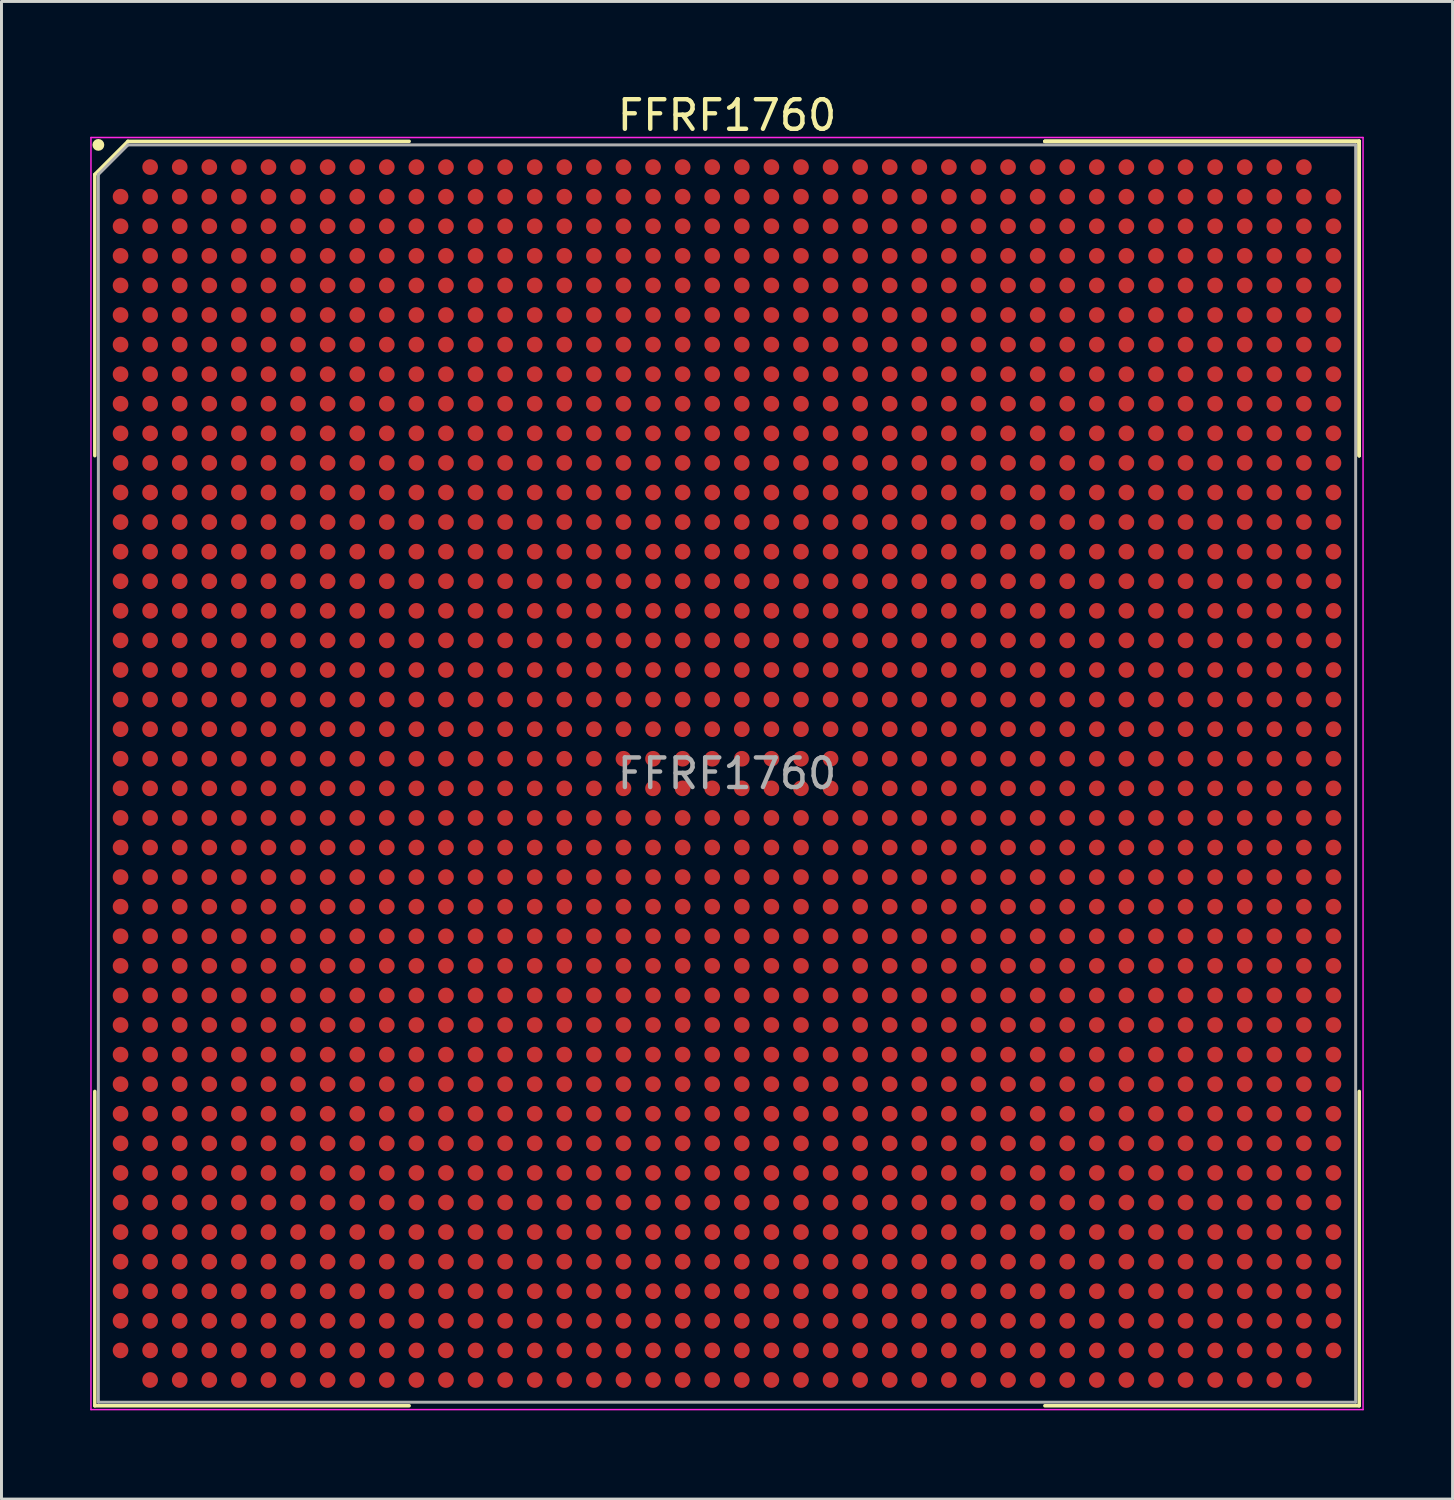
<source format=kicad_pcb>
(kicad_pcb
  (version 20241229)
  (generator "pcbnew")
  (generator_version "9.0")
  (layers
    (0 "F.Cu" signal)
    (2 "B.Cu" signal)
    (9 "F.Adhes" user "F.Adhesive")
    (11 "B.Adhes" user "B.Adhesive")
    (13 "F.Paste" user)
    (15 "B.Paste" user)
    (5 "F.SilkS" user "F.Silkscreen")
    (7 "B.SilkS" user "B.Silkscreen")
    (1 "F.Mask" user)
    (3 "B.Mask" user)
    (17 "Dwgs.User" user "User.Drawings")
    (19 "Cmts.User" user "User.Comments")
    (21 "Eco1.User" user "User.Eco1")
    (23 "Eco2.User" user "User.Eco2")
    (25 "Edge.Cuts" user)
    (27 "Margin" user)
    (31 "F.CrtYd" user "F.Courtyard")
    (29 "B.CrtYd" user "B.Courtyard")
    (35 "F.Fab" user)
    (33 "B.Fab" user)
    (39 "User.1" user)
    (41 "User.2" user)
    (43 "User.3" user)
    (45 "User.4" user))
  (footprint "FFRF1760"
    (layer "F.Cu")
    (at 21.525 23.098)
    (property "Reference" "FFRF1760" (at 0 -22.25 0) (layer "F.SilkS") (effects (font (size 1 1) (thickness 0.15))))
    (attr smd)
    (fp_line (start -21.37 -20.25) (end -21.37 -10.745) (stroke (width 0.12) (type solid)) (layer "F.SilkS"))
    (fp_line (start -21.37 21.37) (end -21.37 10.745) (stroke (width 0.12) (type solid)) (layer "F.SilkS"))
    (fp_line (start -20.25 -21.37) (end -21.37 -20.25) (stroke (width 0.12) (type solid)) (layer "F.SilkS"))
    (fp_line (start -10.745 -21.37) (end -20.25 -21.37) (stroke (width 0.12) (type solid)) (layer "F.SilkS"))
    (fp_line (start -10.745 21.37) (end -21.37 21.37) (stroke (width 0.12) (type solid)) (layer "F.SilkS"))
    (fp_line (start 10.745 -21.37) (end 21.37 -21.37) (stroke (width 0.12) (type solid)) (layer "F.SilkS"))
    (fp_line (start 10.745 -21.37) (end 21.37 -21.37) (stroke (width 0.12) (type solid)) (layer "F.SilkS"))
    (fp_line (start 10.745 -21.37) (end 21.37 -21.37) (stroke (width 0.12) (type solid)) (layer "F.SilkS"))
    (fp_line (start 10.745 21.37) (end 21.37 21.37) (stroke (width 0.12) (type solid)) (layer "F.SilkS"))
    (fp_line (start 21.37 -21.37) (end 21.37 -10.745) (stroke (width 0.12) (type solid)) (layer "F.SilkS"))
    (fp_line (start 21.37 -21.37) (end 21.37 -10.745) (stroke (width 0.12) (type solid)) (layer "F.SilkS"))
    (fp_line (start 21.37 -21.37) (end 21.37 -10.745) (stroke (width 0.12) (type solid)) (layer "F.SilkS"))
    (fp_line (start 21.37 21.37) (end 21.37 10.745) (stroke (width 0.12) (type solid)) (layer "F.SilkS"))
    (fp_circle (center -21.25 -21.25) (end -21.25 -21.15) (stroke (width 0.2) (type solid)) (fill no) (layer "F.SilkS"))
    (fp_line (start -21.5 -21.5) (end 21.5 -21.5) (stroke (width 0.05) (type solid)) (layer "F.CrtYd"))
    (fp_line (start -21.5 21.5) (end -21.5 -21.5) (stroke (width 0.05) (type solid)) (layer "F.CrtYd"))
    (fp_line (start 21.5 -21.5) (end 21.5 21.5) (stroke (width 0.05) (type solid)) (layer "F.CrtYd"))
    (fp_line (start 21.5 21.5) (end -21.5 21.5) (stroke (width 0.05) (type solid)) (layer "F.CrtYd"))
    (fp_line (start -21.25 -20.25) (end -21.25 21.25) (stroke (width 0.1) (type solid)) (layer "F.Fab"))
    (fp_line (start -21.25 21.25) (end 21.25 21.25) (stroke (width 0.1) (type solid)) (layer "F.Fab"))
    (fp_line (start -20.25 -21.25) (end -21.25 -20.25) (stroke (width 0.1) (type solid)) (layer "F.Fab"))
    (fp_line (start 21.25 -21.25) (end -20.25 -21.25) (stroke (width 0.1) (type solid)) (layer "F.Fab"))
    (fp_line (start 21.25 21.25) (end 21.25 -21.25) (stroke (width 0.1) (type solid)) (layer "F.Fab"))
    (fp_text user "${REFERENCE}" (at 0 0 0) (layer "F.Fab") (effects (font (size 1 1) (thickness 0.15))))
    (pad "A2" smd circle (at -19.5 -20.5) (size 0.53 0.53) (layers "F.Cu" "F.Mask" "F.Paste"))
    (pad "A3" smd circle (at -18.5 -20.5) (size 0.53 0.53) (layers "F.Cu" "F.Mask" "F.Paste"))
    (pad "A4" smd circle (at -17.5 -20.5) (size 0.53 0.53) (layers "F.Cu" "F.Mask" "F.Paste"))
    (pad "A5" smd circle (at -16.5 -20.5) (size 0.53 0.53) (layers "F.Cu" "F.Mask" "F.Paste"))
    (pad "A6" smd circle (at -15.5 -20.5) (size 0.53 0.53) (layers "F.Cu" "F.Mask" "F.Paste"))
    (pad "A7" smd circle (at -14.5 -20.5) (size 0.53 0.53) (layers "F.Cu" "F.Mask" "F.Paste"))
    (pad "A8" smd circle (at -13.5 -20.5) (size 0.53 0.53) (layers "F.Cu" "F.Mask" "F.Paste"))
    (pad "A9" smd circle (at -12.5 -20.5) (size 0.53 0.53) (layers "F.Cu" "F.Mask" "F.Paste"))
    (pad "A10" smd circle (at -11.5 -20.5) (size 0.53 0.53) (layers "F.Cu" "F.Mask" "F.Paste"))
    (pad "A11" smd circle (at -10.5 -20.5) (size 0.53 0.53) (layers "F.Cu" "F.Mask" "F.Paste"))
    (pad "A12" smd circle (at -9.5 -20.5) (size 0.53 0.53) (layers "F.Cu" "F.Mask" "F.Paste"))
    (pad "A13" smd circle (at -8.5 -20.5) (size 0.53 0.53) (layers "F.Cu" "F.Mask" "F.Paste"))
    (pad "A14" smd circle (at -7.5 -20.5) (size 0.53 0.53) (layers "F.Cu" "F.Mask" "F.Paste"))
    (pad "A15" smd circle (at -6.5 -20.5) (size 0.53 0.53) (layers "F.Cu" "F.Mask" "F.Paste"))
    (pad "A16" smd circle (at -5.5 -20.5) (size 0.53 0.53) (layers "F.Cu" "F.Mask" "F.Paste"))
    (pad "A17" smd circle (at -4.5 -20.5) (size 0.53 0.53) (layers "F.Cu" "F.Mask" "F.Paste"))
    (pad "A18" smd circle (at -3.5 -20.5) (size 0.53 0.53) (layers "F.Cu" "F.Mask" "F.Paste"))
    (pad "A19" smd circle (at -2.5 -20.5) (size 0.53 0.53) (layers "F.Cu" "F.Mask" "F.Paste"))
    (pad "A20" smd circle (at -1.5 -20.5) (size 0.53 0.53) (layers "F.Cu" "F.Mask" "F.Paste"))
    (pad "A21" smd circle (at -0.5 -20.5) (size 0.53 0.53) (layers "F.Cu" "F.Mask" "F.Paste"))
    (pad "A22" smd circle (at 0.5 -20.5) (size 0.53 0.53) (layers "F.Cu" "F.Mask" "F.Paste"))
    (pad "A23" smd circle (at 1.5 -20.5) (size 0.53 0.53) (layers "F.Cu" "F.Mask" "F.Paste"))
    (pad "A24" smd circle (at 2.5 -20.5) (size 0.53 0.53) (layers "F.Cu" "F.Mask" "F.Paste"))
    (pad "A25" smd circle (at 3.5 -20.5) (size 0.53 0.53) (layers "F.Cu" "F.Mask" "F.Paste"))
    (pad "A26" smd circle (at 4.5 -20.5) (size 0.53 0.53) (layers "F.Cu" "F.Mask" "F.Paste"))
    (pad "A27" smd circle (at 5.5 -20.5) (size 0.53 0.53) (layers "F.Cu" "F.Mask" "F.Paste"))
    (pad "A28" smd circle (at 6.5 -20.5) (size 0.53 0.53) (layers "F.Cu" "F.Mask" "F.Paste"))
    (pad "A29" smd circle (at 7.5 -20.5) (size 0.53 0.53) (layers "F.Cu" "F.Mask" "F.Paste"))
    (pad "A30" smd circle (at 8.5 -20.5) (size 0.53 0.53) (layers "F.Cu" "F.Mask" "F.Paste"))
    (pad "A31" smd circle (at 9.5 -20.5) (size 0.53 0.53) (layers "F.Cu" "F.Mask" "F.Paste"))
    (pad "A32" smd circle (at 10.5 -20.5) (size 0.53 0.53) (layers "F.Cu" "F.Mask" "F.Paste"))
    (pad "A33" smd circle (at 11.5 -20.5) (size 0.53 0.53) (layers "F.Cu" "F.Mask" "F.Paste"))
    (pad "A34" smd circle (at 12.5 -20.5) (size 0.53 0.53) (layers "F.Cu" "F.Mask" "F.Paste"))
    (pad "A35" smd circle (at 13.5 -20.5) (size 0.53 0.53) (layers "F.Cu" "F.Mask" "F.Paste"))
    (pad "A36" smd circle (at 14.5 -20.5) (size 0.53 0.53) (layers "F.Cu" "F.Mask" "F.Paste"))
    (pad "A37" smd circle (at 15.5 -20.5) (size 0.53 0.53) (layers "F.Cu" "F.Mask" "F.Paste"))
    (pad "A38" smd circle (at 16.5 -20.5) (size 0.53 0.53) (layers "F.Cu" "F.Mask" "F.Paste"))
    (pad "A39" smd circle (at 17.5 -20.5) (size 0.53 0.53) (layers "F.Cu" "F.Mask" "F.Paste"))
    (pad "A40" smd circle (at 18.5 -20.5) (size 0.53 0.53) (layers "F.Cu" "F.Mask" "F.Paste"))
    (pad "A41" smd circle (at 19.5 -20.5) (size 0.53 0.53) (layers "F.Cu" "F.Mask" "F.Paste"))
    (pad "AA1" smd circle (at -20.5 -0.5) (size 0.53 0.53) (layers "F.Cu" "F.Mask" "F.Paste"))
    (pad "AA2" smd circle (at -19.5 -0.5) (size 0.53 0.53) (layers "F.Cu" "F.Mask" "F.Paste"))
    (pad "AA3" smd circle (at -18.5 -0.5) (size 0.53 0.53) (layers "F.Cu" "F.Mask" "F.Paste"))
    (pad "AA4" smd circle (at -17.5 -0.5) (size 0.53 0.53) (layers "F.Cu" "F.Mask" "F.Paste"))
    (pad "AA5" smd circle (at -16.5 -0.5) (size 0.53 0.53) (layers "F.Cu" "F.Mask" "F.Paste"))
    (pad "AA6" smd circle (at -15.5 -0.5) (size 0.53 0.53) (layers "F.Cu" "F.Mask" "F.Paste"))
    (pad "AA7" smd circle (at -14.5 -0.5) (size 0.53 0.53) (layers "F.Cu" "F.Mask" "F.Paste"))
    (pad "AA8" smd circle (at -13.5 -0.5) (size 0.53 0.53) (layers "F.Cu" "F.Mask" "F.Paste"))
    (pad "AA9" smd circle (at -12.5 -0.5) (size 0.53 0.53) (layers "F.Cu" "F.Mask" "F.Paste"))
    (pad "AA10" smd circle (at -11.5 -0.5) (size 0.53 0.53) (layers "F.Cu" "F.Mask" "F.Paste"))
    (pad "AA11" smd circle (at -10.5 -0.5) (size 0.53 0.53) (layers "F.Cu" "F.Mask" "F.Paste"))
    (pad "AA12" smd circle (at -9.5 -0.5) (size 0.53 0.53) (layers "F.Cu" "F.Mask" "F.Paste"))
    (pad "AA13" smd circle (at -8.5 -0.5) (size 0.53 0.53) (layers "F.Cu" "F.Mask" "F.Paste"))
    (pad "AA14" smd circle (at -7.5 -0.5) (size 0.53 0.53) (layers "F.Cu" "F.Mask" "F.Paste"))
    (pad "AA15" smd circle (at -6.5 -0.5) (size 0.53 0.53) (layers "F.Cu" "F.Mask" "F.Paste"))
    (pad "AA16" smd circle (at -5.5 -0.5) (size 0.53 0.53) (layers "F.Cu" "F.Mask" "F.Paste"))
    (pad "AA17" smd circle (at -4.5 -0.5) (size 0.53 0.53) (layers "F.Cu" "F.Mask" "F.Paste"))
    (pad "AA18" smd circle (at -3.5 -0.5) (size 0.53 0.53) (layers "F.Cu" "F.Mask" "F.Paste"))
    (pad "AA19" smd circle (at -2.5 -0.5) (size 0.53 0.53) (layers "F.Cu" "F.Mask" "F.Paste"))
    (pad "AA20" smd circle (at -1.5 -0.5) (size 0.53 0.53) (layers "F.Cu" "F.Mask" "F.Paste"))
    (pad "AA21" smd circle (at -0.5 -0.5) (size 0.53 0.53) (layers "F.Cu" "F.Mask" "F.Paste"))
    (pad "AA22" smd circle (at 0.5 -0.5) (size 0.53 0.53) (layers "F.Cu" "F.Mask" "F.Paste"))
    (pad "AA23" smd circle (at 1.5 -0.5) (size 0.53 0.53) (layers "F.Cu" "F.Mask" "F.Paste"))
    (pad "AA24" smd circle (at 2.5 -0.5) (size 0.53 0.53) (layers "F.Cu" "F.Mask" "F.Paste"))
    (pad "AA25" smd circle (at 3.5 -0.5) (size 0.53 0.53) (layers "F.Cu" "F.Mask" "F.Paste"))
    (pad "AA26" smd circle (at 4.5 -0.5) (size 0.53 0.53) (layers "F.Cu" "F.Mask" "F.Paste"))
    (pad "AA27" smd circle (at 5.5 -0.5) (size 0.53 0.53) (layers "F.Cu" "F.Mask" "F.Paste"))
    (pad "AA28" smd circle (at 6.5 -0.5) (size 0.53 0.53) (layers "F.Cu" "F.Mask" "F.Paste"))
    (pad "AA29" smd circle (at 7.5 -0.5) (size 0.53 0.53) (layers "F.Cu" "F.Mask" "F.Paste"))
    (pad "AA30" smd circle (at 8.5 -0.5) (size 0.53 0.53) (layers "F.Cu" "F.Mask" "F.Paste"))
    (pad "AA31" smd circle (at 9.5 -0.5) (size 0.53 0.53) (layers "F.Cu" "F.Mask" "F.Paste"))
    (pad "AA32" smd circle (at 10.5 -0.5) (size 0.53 0.53) (layers "F.Cu" "F.Mask" "F.Paste"))
    (pad "AA33" smd circle (at 11.5 -0.5) (size 0.53 0.53) (layers "F.Cu" "F.Mask" "F.Paste"))
    (pad "AA34" smd circle (at 12.5 -0.5) (size 0.53 0.53) (layers "F.Cu" "F.Mask" "F.Paste"))
    (pad "AA35" smd circle (at 13.5 -0.5) (size 0.53 0.53) (layers "F.Cu" "F.Mask" "F.Paste"))
    (pad "AA36" smd circle (at 14.5 -0.5) (size 0.53 0.53) (layers "F.Cu" "F.Mask" "F.Paste"))
    (pad "AA37" smd circle (at 15.5 -0.5) (size 0.53 0.53) (layers "F.Cu" "F.Mask" "F.Paste"))
    (pad "AA38" smd circle (at 16.5 -0.5) (size 0.53 0.53) (layers "F.Cu" "F.Mask" "F.Paste"))
    (pad "AA39" smd circle (at 17.5 -0.5) (size 0.53 0.53) (layers "F.Cu" "F.Mask" "F.Paste"))
    (pad "AA40" smd circle (at 18.5 -0.5) (size 0.53 0.53) (layers "F.Cu" "F.Mask" "F.Paste"))
    (pad "AA41" smd circle (at 19.5 -0.5) (size 0.53 0.53) (layers "F.Cu" "F.Mask" "F.Paste"))
    (pad "AA42" smd circle (at 20.5 -0.5) (size 0.53 0.53) (layers "F.Cu" "F.Mask" "F.Paste"))
    (pad "AB1" smd circle (at -20.5 0.5) (size 0.53 0.53) (layers "F.Cu" "F.Mask" "F.Paste"))
    (pad "AB2" smd circle (at -19.5 0.5) (size 0.53 0.53) (layers "F.Cu" "F.Mask" "F.Paste"))
    (pad "AB3" smd circle (at -18.5 0.5) (size 0.53 0.53) (layers "F.Cu" "F.Mask" "F.Paste"))
    (pad "AB4" smd circle (at -17.5 0.5) (size 0.53 0.53) (layers "F.Cu" "F.Mask" "F.Paste"))
    (pad "AB5" smd circle (at -16.5 0.5) (size 0.53 0.53) (layers "F.Cu" "F.Mask" "F.Paste"))
    (pad "AB6" smd circle (at -15.5 0.5) (size 0.53 0.53) (layers "F.Cu" "F.Mask" "F.Paste"))
    (pad "AB7" smd circle (at -14.5 0.5) (size 0.53 0.53) (layers "F.Cu" "F.Mask" "F.Paste"))
    (pad "AB8" smd circle (at -13.5 0.5) (size 0.53 0.53) (layers "F.Cu" "F.Mask" "F.Paste"))
    (pad "AB9" smd circle (at -12.5 0.5) (size 0.53 0.53) (layers "F.Cu" "F.Mask" "F.Paste"))
    (pad "AB10" smd circle (at -11.5 0.5) (size 0.53 0.53) (layers "F.Cu" "F.Mask" "F.Paste"))
    (pad "AB11" smd circle (at -10.5 0.5) (size 0.53 0.53) (layers "F.Cu" "F.Mask" "F.Paste"))
    (pad "AB12" smd circle (at -9.5 0.5) (size 0.53 0.53) (layers "F.Cu" "F.Mask" "F.Paste"))
    (pad "AB13" smd circle (at -8.5 0.5) (size 0.53 0.53) (layers "F.Cu" "F.Mask" "F.Paste"))
    (pad "AB14" smd circle (at -7.5 0.5) (size 0.53 0.53) (layers "F.Cu" "F.Mask" "F.Paste"))
    (pad "AB15" smd circle (at -6.5 0.5) (size 0.53 0.53) (layers "F.Cu" "F.Mask" "F.Paste"))
    (pad "AB16" smd circle (at -5.5 0.5) (size 0.53 0.53) (layers "F.Cu" "F.Mask" "F.Paste"))
    (pad "AB17" smd circle (at -4.5 0.5) (size 0.53 0.53) (layers "F.Cu" "F.Mask" "F.Paste"))
    (pad "AB18" smd circle (at -3.5 0.5) (size 0.53 0.53) (layers "F.Cu" "F.Mask" "F.Paste"))
    (pad "AB19" smd circle (at -2.5 0.5) (size 0.53 0.53) (layers "F.Cu" "F.Mask" "F.Paste"))
    (pad "AB20" smd circle (at -1.5 0.5) (size 0.53 0.53) (layers "F.Cu" "F.Mask" "F.Paste"))
    (pad "AB21" smd circle (at -0.5 0.5) (size 0.53 0.53) (layers "F.Cu" "F.Mask" "F.Paste"))
    (pad "AB22" smd circle (at 0.5 0.5) (size 0.53 0.53) (layers "F.Cu" "F.Mask" "F.Paste"))
    (pad "AB23" smd circle (at 1.5 0.5) (size 0.53 0.53) (layers "F.Cu" "F.Mask" "F.Paste"))
    (pad "AB24" smd circle (at 2.5 0.5) (size 0.53 0.53) (layers "F.Cu" "F.Mask" "F.Paste"))
    (pad "AB25" smd circle (at 3.5 0.5) (size 0.53 0.53) (layers "F.Cu" "F.Mask" "F.Paste"))
    (pad "AB26" smd circle (at 4.5 0.5) (size 0.53 0.53) (layers "F.Cu" "F.Mask" "F.Paste"))
    (pad "AB27" smd circle (at 5.5 0.5) (size 0.53 0.53) (layers "F.Cu" "F.Mask" "F.Paste"))
    (pad "AB28" smd circle (at 6.5 0.5) (size 0.53 0.53) (layers "F.Cu" "F.Mask" "F.Paste"))
    (pad "AB29" smd circle (at 7.5 0.5) (size 0.53 0.53) (layers "F.Cu" "F.Mask" "F.Paste"))
    (pad "AB30" smd circle (at 8.5 0.5) (size 0.53 0.53) (layers "F.Cu" "F.Mask" "F.Paste"))
    (pad "AB31" smd circle (at 9.5 0.5) (size 0.53 0.53) (layers "F.Cu" "F.Mask" "F.Paste"))
    (pad "AB32" smd circle (at 10.5 0.5) (size 0.53 0.53) (layers "F.Cu" "F.Mask" "F.Paste"))
    (pad "AB33" smd circle (at 11.5 0.5) (size 0.53 0.53) (layers "F.Cu" "F.Mask" "F.Paste"))
    (pad "AB34" smd circle (at 12.5 0.5) (size 0.53 0.53) (layers "F.Cu" "F.Mask" "F.Paste"))
    (pad "AB35" smd circle (at 13.5 0.5) (size 0.53 0.53) (layers "F.Cu" "F.Mask" "F.Paste"))
    (pad "AB36" smd circle (at 14.5 0.5) (size 0.53 0.53) (layers "F.Cu" "F.Mask" "F.Paste"))
    (pad "AB37" smd circle (at 15.5 0.5) (size 0.53 0.53) (layers "F.Cu" "F.Mask" "F.Paste"))
    (pad "AB38" smd circle (at 16.5 0.5) (size 0.53 0.53) (layers "F.Cu" "F.Mask" "F.Paste"))
    (pad "AB39" smd circle (at 17.5 0.5) (size 0.53 0.53) (layers "F.Cu" "F.Mask" "F.Paste"))
    (pad "AB40" smd circle (at 18.5 0.5) (size 0.53 0.53) (layers "F.Cu" "F.Mask" "F.Paste"))
    (pad "AB41" smd circle (at 19.5 0.5) (size 0.53 0.53) (layers "F.Cu" "F.Mask" "F.Paste"))
    (pad "AB42" smd circle (at 20.5 0.5) (size 0.53 0.53) (layers "F.Cu" "F.Mask" "F.Paste"))
    (pad "AC1" smd circle (at -20.5 1.5) (size 0.53 0.53) (layers "F.Cu" "F.Mask" "F.Paste"))
    (pad "AC2" smd circle (at -19.5 1.5) (size 0.53 0.53) (layers "F.Cu" "F.Mask" "F.Paste"))
    (pad "AC3" smd circle (at -18.5 1.5) (size 0.53 0.53) (layers "F.Cu" "F.Mask" "F.Paste"))
    (pad "AC4" smd circle (at -17.5 1.5) (size 0.53 0.53) (layers "F.Cu" "F.Mask" "F.Paste"))
    (pad "AC5" smd circle (at -16.5 1.5) (size 0.53 0.53) (layers "F.Cu" "F.Mask" "F.Paste"))
    (pad "AC6" smd circle (at -15.5 1.5) (size 0.53 0.53) (layers "F.Cu" "F.Mask" "F.Paste"))
    (pad "AC7" smd circle (at -14.5 1.5) (size 0.53 0.53) (layers "F.Cu" "F.Mask" "F.Paste"))
    (pad "AC8" smd circle (at -13.5 1.5) (size 0.53 0.53) (layers "F.Cu" "F.Mask" "F.Paste"))
    (pad "AC9" smd circle (at -12.5 1.5) (size 0.53 0.53) (layers "F.Cu" "F.Mask" "F.Paste"))
    (pad "AC10" smd circle (at -11.5 1.5) (size 0.53 0.53) (layers "F.Cu" "F.Mask" "F.Paste"))
    (pad "AC11" smd circle (at -10.5 1.5) (size 0.53 0.53) (layers "F.Cu" "F.Mask" "F.Paste"))
    (pad "AC12" smd circle (at -9.5 1.5) (size 0.53 0.53) (layers "F.Cu" "F.Mask" "F.Paste"))
    (pad "AC13" smd circle (at -8.5 1.5) (size 0.53 0.53) (layers "F.Cu" "F.Mask" "F.Paste"))
    (pad "AC14" smd circle (at -7.5 1.5) (size 0.53 0.53) (layers "F.Cu" "F.Mask" "F.Paste"))
    (pad "AC15" smd circle (at -6.5 1.5) (size 0.53 0.53) (layers "F.Cu" "F.Mask" "F.Paste"))
    (pad "AC16" smd circle (at -5.5 1.5) (size 0.53 0.53) (layers "F.Cu" "F.Mask" "F.Paste"))
    (pad "AC17" smd circle (at -4.5 1.5) (size 0.53 0.53) (layers "F.Cu" "F.Mask" "F.Paste"))
    (pad "AC18" smd circle (at -3.5 1.5) (size 0.53 0.53) (layers "F.Cu" "F.Mask" "F.Paste"))
    (pad "AC19" smd circle (at -2.5 1.5) (size 0.53 0.53) (layers "F.Cu" "F.Mask" "F.Paste"))
    (pad "AC20" smd circle (at -1.5 1.5) (size 0.53 0.53) (layers "F.Cu" "F.Mask" "F.Paste"))
    (pad "AC21" smd circle (at -0.5 1.5) (size 0.53 0.53) (layers "F.Cu" "F.Mask" "F.Paste"))
    (pad "AC22" smd circle (at 0.5 1.5) (size 0.53 0.53) (layers "F.Cu" "F.Mask" "F.Paste"))
    (pad "AC23" smd circle (at 1.5 1.5) (size 0.53 0.53) (layers "F.Cu" "F.Mask" "F.Paste"))
    (pad "AC24" smd circle (at 2.5 1.5) (size 0.53 0.53) (layers "F.Cu" "F.Mask" "F.Paste"))
    (pad "AC25" smd circle (at 3.5 1.5) (size 0.53 0.53) (layers "F.Cu" "F.Mask" "F.Paste"))
    (pad "AC26" smd circle (at 4.5 1.5) (size 0.53 0.53) (layers "F.Cu" "F.Mask" "F.Paste"))
    (pad "AC27" smd circle (at 5.5 1.5) (size 0.53 0.53) (layers "F.Cu" "F.Mask" "F.Paste"))
    (pad "AC28" smd circle (at 6.5 1.5) (size 0.53 0.53) (layers "F.Cu" "F.Mask" "F.Paste"))
    (pad "AC29" smd circle (at 7.5 1.5) (size 0.53 0.53) (layers "F.Cu" "F.Mask" "F.Paste"))
    (pad "AC30" smd circle (at 8.5 1.5) (size 0.53 0.53) (layers "F.Cu" "F.Mask" "F.Paste"))
    (pad "AC31" smd circle (at 9.5 1.5) (size 0.53 0.53) (layers "F.Cu" "F.Mask" "F.Paste"))
    (pad "AC32" smd circle (at 10.5 1.5) (size 0.53 0.53) (layers "F.Cu" "F.Mask" "F.Paste"))
    (pad "AC33" smd circle (at 11.5 1.5) (size 0.53 0.53) (layers "F.Cu" "F.Mask" "F.Paste"))
    (pad "AC34" smd circle (at 12.5 1.5) (size 0.53 0.53) (layers "F.Cu" "F.Mask" "F.Paste"))
    (pad "AC35" smd circle (at 13.5 1.5) (size 0.53 0.53) (layers "F.Cu" "F.Mask" "F.Paste"))
    (pad "AC36" smd circle (at 14.5 1.5) (size 0.53 0.53) (layers "F.Cu" "F.Mask" "F.Paste"))
    (pad "AC37" smd circle (at 15.5 1.5) (size 0.53 0.53) (layers "F.Cu" "F.Mask" "F.Paste"))
    (pad "AC38" smd circle (at 16.5 1.5) (size 0.53 0.53) (layers "F.Cu" "F.Mask" "F.Paste"))
    (pad "AC39" smd circle (at 17.5 1.5) (size 0.53 0.53) (layers "F.Cu" "F.Mask" "F.Paste"))
    (pad "AC40" smd circle (at 18.5 1.5) (size 0.53 0.53) (layers "F.Cu" "F.Mask" "F.Paste"))
    (pad "AC41" smd circle (at 19.5 1.5) (size 0.53 0.53) (layers "F.Cu" "F.Mask" "F.Paste"))
    (pad "AC42" smd circle (at 20.5 1.5) (size 0.53 0.53) (layers "F.Cu" "F.Mask" "F.Paste"))
    (pad "AD1" smd circle (at -20.5 2.5) (size 0.53 0.53) (layers "F.Cu" "F.Mask" "F.Paste"))
    (pad "AD2" smd circle (at -19.5 2.5) (size 0.53 0.53) (layers "F.Cu" "F.Mask" "F.Paste"))
    (pad "AD3" smd circle (at -18.5 2.5) (size 0.53 0.53) (layers "F.Cu" "F.Mask" "F.Paste"))
    (pad "AD4" smd circle (at -17.5 2.5) (size 0.53 0.53) (layers "F.Cu" "F.Mask" "F.Paste"))
    (pad "AD5" smd circle (at -16.5 2.5) (size 0.53 0.53) (layers "F.Cu" "F.Mask" "F.Paste"))
    (pad "AD6" smd circle (at -15.5 2.5) (size 0.53 0.53) (layers "F.Cu" "F.Mask" "F.Paste"))
    (pad "AD7" smd circle (at -14.5 2.5) (size 0.53 0.53) (layers "F.Cu" "F.Mask" "F.Paste"))
    (pad "AD8" smd circle (at -13.5 2.5) (size 0.53 0.53) (layers "F.Cu" "F.Mask" "F.Paste"))
    (pad "AD9" smd circle (at -12.5 2.5) (size 0.53 0.53) (layers "F.Cu" "F.Mask" "F.Paste"))
    (pad "AD10" smd circle (at -11.5 2.5) (size 0.53 0.53) (layers "F.Cu" "F.Mask" "F.Paste"))
    (pad "AD11" smd circle (at -10.5 2.5) (size 0.53 0.53) (layers "F.Cu" "F.Mask" "F.Paste"))
    (pad "AD12" smd circle (at -9.5 2.5) (size 0.53 0.53) (layers "F.Cu" "F.Mask" "F.Paste"))
    (pad "AD13" smd circle (at -8.5 2.5) (size 0.53 0.53) (layers "F.Cu" "F.Mask" "F.Paste"))
    (pad "AD14" smd circle (at -7.5 2.5) (size 0.53 0.53) (layers "F.Cu" "F.Mask" "F.Paste"))
    (pad "AD15" smd circle (at -6.5 2.5) (size 0.53 0.53) (layers "F.Cu" "F.Mask" "F.Paste"))
    (pad "AD16" smd circle (at -5.5 2.5) (size 0.53 0.53) (layers "F.Cu" "F.Mask" "F.Paste"))
    (pad "AD17" smd circle (at -4.5 2.5) (size 0.53 0.53) (layers "F.Cu" "F.Mask" "F.Paste"))
    (pad "AD18" smd circle (at -3.5 2.5) (size 0.53 0.53) (layers "F.Cu" "F.Mask" "F.Paste"))
    (pad "AD19" smd circle (at -2.5 2.5) (size 0.53 0.53) (layers "F.Cu" "F.Mask" "F.Paste"))
    (pad "AD20" smd circle (at -1.5 2.5) (size 0.53 0.53) (layers "F.Cu" "F.Mask" "F.Paste"))
    (pad "AD21" smd circle (at -0.5 2.5) (size 0.53 0.53) (layers "F.Cu" "F.Mask" "F.Paste"))
    (pad "AD22" smd circle (at 0.5 2.5) (size 0.53 0.53) (layers "F.Cu" "F.Mask" "F.Paste"))
    (pad "AD23" smd circle (at 1.5 2.5) (size 0.53 0.53) (layers "F.Cu" "F.Mask" "F.Paste"))
    (pad "AD24" smd circle (at 2.5 2.5) (size 0.53 0.53) (layers "F.Cu" "F.Mask" "F.Paste"))
    (pad "AD25" smd circle (at 3.5 2.5) (size 0.53 0.53) (layers "F.Cu" "F.Mask" "F.Paste"))
    (pad "AD26" smd circle (at 4.5 2.5) (size 0.53 0.53) (layers "F.Cu" "F.Mask" "F.Paste"))
    (pad "AD27" smd circle (at 5.5 2.5) (size 0.53 0.53) (layers "F.Cu" "F.Mask" "F.Paste"))
    (pad "AD28" smd circle (at 6.5 2.5) (size 0.53 0.53) (layers "F.Cu" "F.Mask" "F.Paste"))
    (pad "AD29" smd circle (at 7.5 2.5) (size 0.53 0.53) (layers "F.Cu" "F.Mask" "F.Paste"))
    (pad "AD30" smd circle (at 8.5 2.5) (size 0.53 0.53) (layers "F.Cu" "F.Mask" "F.Paste"))
    (pad "AD31" smd circle (at 9.5 2.5) (size 0.53 0.53) (layers "F.Cu" "F.Mask" "F.Paste"))
    (pad "AD32" smd circle (at 10.5 2.5) (size 0.53 0.53) (layers "F.Cu" "F.Mask" "F.Paste"))
    (pad "AD33" smd circle (at 11.5 2.5) (size 0.53 0.53) (layers "F.Cu" "F.Mask" "F.Paste"))
    (pad "AD34" smd circle (at 12.5 2.5) (size 0.53 0.53) (layers "F.Cu" "F.Mask" "F.Paste"))
    (pad "AD35" smd circle (at 13.5 2.5) (size 0.53 0.53) (layers "F.Cu" "F.Mask" "F.Paste"))
    (pad "AD36" smd circle (at 14.5 2.5) (size 0.53 0.53) (layers "F.Cu" "F.Mask" "F.Paste"))
    (pad "AD37" smd circle (at 15.5 2.5) (size 0.53 0.53) (layers "F.Cu" "F.Mask" "F.Paste"))
    (pad "AD38" smd circle (at 16.5 2.5) (size 0.53 0.53) (layers "F.Cu" "F.Mask" "F.Paste"))
    (pad "AD39" smd circle (at 17.5 2.5) (size 0.53 0.53) (layers "F.Cu" "F.Mask" "F.Paste"))
    (pad "AD40" smd circle (at 18.5 2.5) (size 0.53 0.53) (layers "F.Cu" "F.Mask" "F.Paste"))
    (pad "AD41" smd circle (at 19.5 2.5) (size 0.53 0.53) (layers "F.Cu" "F.Mask" "F.Paste"))
    (pad "AD42" smd circle (at 20.5 2.5) (size 0.53 0.53) (layers "F.Cu" "F.Mask" "F.Paste"))
    (pad "AE1" smd circle (at -20.5 3.5) (size 0.53 0.53) (layers "F.Cu" "F.Mask" "F.Paste"))
    (pad "AE2" smd circle (at -19.5 3.5) (size 0.53 0.53) (layers "F.Cu" "F.Mask" "F.Paste"))
    (pad "AE3" smd circle (at -18.5 3.5) (size 0.53 0.53) (layers "F.Cu" "F.Mask" "F.Paste"))
    (pad "AE4" smd circle (at -17.5 3.5) (size 0.53 0.53) (layers "F.Cu" "F.Mask" "F.Paste"))
    (pad "AE5" smd circle (at -16.5 3.5) (size 0.53 0.53) (layers "F.Cu" "F.Mask" "F.Paste"))
    (pad "AE6" smd circle (at -15.5 3.5) (size 0.53 0.53) (layers "F.Cu" "F.Mask" "F.Paste"))
    (pad "AE7" smd circle (at -14.5 3.5) (size 0.53 0.53) (layers "F.Cu" "F.Mask" "F.Paste"))
    (pad "AE8" smd circle (at -13.5 3.5) (size 0.53 0.53) (layers "F.Cu" "F.Mask" "F.Paste"))
    (pad "AE9" smd circle (at -12.5 3.5) (size 0.53 0.53) (layers "F.Cu" "F.Mask" "F.Paste"))
    (pad "AE10" smd circle (at -11.5 3.5) (size 0.53 0.53) (layers "F.Cu" "F.Mask" "F.Paste"))
    (pad "AE11" smd circle (at -10.5 3.5) (size 0.53 0.53) (layers "F.Cu" "F.Mask" "F.Paste"))
    (pad "AE12" smd circle (at -9.5 3.5) (size 0.53 0.53) (layers "F.Cu" "F.Mask" "F.Paste"))
    (pad "AE13" smd circle (at -8.5 3.5) (size 0.53 0.53) (layers "F.Cu" "F.Mask" "F.Paste"))
    (pad "AE14" smd circle (at -7.5 3.5) (size 0.53 0.53) (layers "F.Cu" "F.Mask" "F.Paste"))
    (pad "AE15" smd circle (at -6.5 3.5) (size 0.53 0.53) (layers "F.Cu" "F.Mask" "F.Paste"))
    (pad "AE16" smd circle (at -5.5 3.5) (size 0.53 0.53) (layers "F.Cu" "F.Mask" "F.Paste"))
    (pad "AE17" smd circle (at -4.5 3.5) (size 0.53 0.53) (layers "F.Cu" "F.Mask" "F.Paste"))
    (pad "AE18" smd circle (at -3.5 3.5) (size 0.53 0.53) (layers "F.Cu" "F.Mask" "F.Paste"))
    (pad "AE19" smd circle (at -2.5 3.5) (size 0.53 0.53) (layers "F.Cu" "F.Mask" "F.Paste"))
    (pad "AE20" smd circle (at -1.5 3.5) (size 0.53 0.53) (layers "F.Cu" "F.Mask" "F.Paste"))
    (pad "AE21" smd circle (at -0.5 3.5) (size 0.53 0.53) (layers "F.Cu" "F.Mask" "F.Paste"))
    (pad "AE22" smd circle (at 0.5 3.5) (size 0.53 0.53) (layers "F.Cu" "F.Mask" "F.Paste"))
    (pad "AE23" smd circle (at 1.5 3.5) (size 0.53 0.53) (layers "F.Cu" "F.Mask" "F.Paste"))
    (pad "AE24" smd circle (at 2.5 3.5) (size 0.53 0.53) (layers "F.Cu" "F.Mask" "F.Paste"))
    (pad "AE25" smd circle (at 3.5 3.5) (size 0.53 0.53) (layers "F.Cu" "F.Mask" "F.Paste"))
    (pad "AE26" smd circle (at 4.5 3.5) (size 0.53 0.53) (layers "F.Cu" "F.Mask" "F.Paste"))
    (pad "AE27" smd circle (at 5.5 3.5) (size 0.53 0.53) (layers "F.Cu" "F.Mask" "F.Paste"))
    (pad "AE28" smd circle (at 6.5 3.5) (size 0.53 0.53) (layers "F.Cu" "F.Mask" "F.Paste"))
    (pad "AE29" smd circle (at 7.5 3.5) (size 0.53 0.53) (layers "F.Cu" "F.Mask" "F.Paste"))
    (pad "AE30" smd circle (at 8.5 3.5) (size 0.53 0.53) (layers "F.Cu" "F.Mask" "F.Paste"))
    (pad "AE31" smd circle (at 9.5 3.5) (size 0.53 0.53) (layers "F.Cu" "F.Mask" "F.Paste"))
    (pad "AE32" smd circle (at 10.5 3.5) (size 0.53 0.53) (layers "F.Cu" "F.Mask" "F.Paste"))
    (pad "AE33" smd circle (at 11.5 3.5) (size 0.53 0.53) (layers "F.Cu" "F.Mask" "F.Paste"))
    (pad "AE34" smd circle (at 12.5 3.5) (size 0.53 0.53) (layers "F.Cu" "F.Mask" "F.Paste"))
    (pad "AE35" smd circle (at 13.5 3.5) (size 0.53 0.53) (layers "F.Cu" "F.Mask" "F.Paste"))
    (pad "AE36" smd circle (at 14.5 3.5) (size 0.53 0.53) (layers "F.Cu" "F.Mask" "F.Paste"))
    (pad "AE37" smd circle (at 15.5 3.5) (size 0.53 0.53) (layers "F.Cu" "F.Mask" "F.Paste"))
    (pad "AE38" smd circle (at 16.5 3.5) (size 0.53 0.53) (layers "F.Cu" "F.Mask" "F.Paste"))
    (pad "AE39" smd circle (at 17.5 3.5) (size 0.53 0.53) (layers "F.Cu" "F.Mask" "F.Paste"))
    (pad "AE40" smd circle (at 18.5 3.5) (size 0.53 0.53) (layers "F.Cu" "F.Mask" "F.Paste"))
    (pad "AE41" smd circle (at 19.5 3.5) (size 0.53 0.53) (layers "F.Cu" "F.Mask" "F.Paste"))
    (pad "AE42" smd circle (at 20.5 3.5) (size 0.53 0.53) (layers "F.Cu" "F.Mask" "F.Paste"))
    (pad "AF1" smd circle (at -20.5 4.5) (size 0.53 0.53) (layers "F.Cu" "F.Mask" "F.Paste"))
    (pad "AF2" smd circle (at -19.5 4.5) (size 0.53 0.53) (layers "F.Cu" "F.Mask" "F.Paste"))
    (pad "AF3" smd circle (at -18.5 4.5) (size 0.53 0.53) (layers "F.Cu" "F.Mask" "F.Paste"))
    (pad "AF4" smd circle (at -17.5 4.5) (size 0.53 0.53) (layers "F.Cu" "F.Mask" "F.Paste"))
    (pad "AF5" smd circle (at -16.5 4.5) (size 0.53 0.53) (layers "F.Cu" "F.Mask" "F.Paste"))
    (pad "AF6" smd circle (at -15.5 4.5) (size 0.53 0.53) (layers "F.Cu" "F.Mask" "F.Paste"))
    (pad "AF7" smd circle (at -14.5 4.5) (size 0.53 0.53) (layers "F.Cu" "F.Mask" "F.Paste"))
    (pad "AF8" smd circle (at -13.5 4.5) (size 0.53 0.53) (layers "F.Cu" "F.Mask" "F.Paste"))
    (pad "AF9" smd circle (at -12.5 4.5) (size 0.53 0.53) (layers "F.Cu" "F.Mask" "F.Paste"))
    (pad "AF10" smd circle (at -11.5 4.5) (size 0.53 0.53) (layers "F.Cu" "F.Mask" "F.Paste"))
    (pad "AF11" smd circle (at -10.5 4.5) (size 0.53 0.53) (layers "F.Cu" "F.Mask" "F.Paste"))
    (pad "AF12" smd circle (at -9.5 4.5) (size 0.53 0.53) (layers "F.Cu" "F.Mask" "F.Paste"))
    (pad "AF13" smd circle (at -8.5 4.5) (size 0.53 0.53) (layers "F.Cu" "F.Mask" "F.Paste"))
    (pad "AF14" smd circle (at -7.5 4.5) (size 0.53 0.53) (layers "F.Cu" "F.Mask" "F.Paste"))
    (pad "AF15" smd circle (at -6.5 4.5) (size 0.53 0.53) (layers "F.Cu" "F.Mask" "F.Paste"))
    (pad "AF16" smd circle (at -5.5 4.5) (size 0.53 0.53) (layers "F.Cu" "F.Mask" "F.Paste"))
    (pad "AF17" smd circle (at -4.5 4.5) (size 0.53 0.53) (layers "F.Cu" "F.Mask" "F.Paste"))
    (pad "AF18" smd circle (at -3.5 4.5) (size 0.53 0.53) (layers "F.Cu" "F.Mask" "F.Paste"))
    (pad "AF19" smd circle (at -2.5 4.5) (size 0.53 0.53) (layers "F.Cu" "F.Mask" "F.Paste"))
    (pad "AF20" smd circle (at -1.5 4.5) (size 0.53 0.53) (layers "F.Cu" "F.Mask" "F.Paste"))
    (pad "AF21" smd circle (at -0.5 4.5) (size 0.53 0.53) (layers "F.Cu" "F.Mask" "F.Paste"))
    (pad "AF22" smd circle (at 0.5 4.5) (size 0.53 0.53) (layers "F.Cu" "F.Mask" "F.Paste"))
    (pad "AF23" smd circle (at 1.5 4.5) (size 0.53 0.53) (layers "F.Cu" "F.Mask" "F.Paste"))
    (pad "AF24" smd circle (at 2.5 4.5) (size 0.53 0.53) (layers "F.Cu" "F.Mask" "F.Paste"))
    (pad "AF25" smd circle (at 3.5 4.5) (size 0.53 0.53) (layers "F.Cu" "F.Mask" "F.Paste"))
    (pad "AF26" smd circle (at 4.5 4.5) (size 0.53 0.53) (layers "F.Cu" "F.Mask" "F.Paste"))
    (pad "AF27" smd circle (at 5.5 4.5) (size 0.53 0.53) (layers "F.Cu" "F.Mask" "F.Paste"))
    (pad "AF28" smd circle (at 6.5 4.5) (size 0.53 0.53) (layers "F.Cu" "F.Mask" "F.Paste"))
    (pad "AF29" smd circle (at 7.5 4.5) (size 0.53 0.53) (layers "F.Cu" "F.Mask" "F.Paste"))
    (pad "AF30" smd circle (at 8.5 4.5) (size 0.53 0.53) (layers "F.Cu" "F.Mask" "F.Paste"))
    (pad "AF31" smd circle (at 9.5 4.5) (size 0.53 0.53) (layers "F.Cu" "F.Mask" "F.Paste"))
    (pad "AF32" smd circle (at 10.5 4.5) (size 0.53 0.53) (layers "F.Cu" "F.Mask" "F.Paste"))
    (pad "AF33" smd circle (at 11.5 4.5) (size 0.53 0.53) (layers "F.Cu" "F.Mask" "F.Paste"))
    (pad "AF34" smd circle (at 12.5 4.5) (size 0.53 0.53) (layers "F.Cu" "F.Mask" "F.Paste"))
    (pad "AF35" smd circle (at 13.5 4.5) (size 0.53 0.53) (layers "F.Cu" "F.Mask" "F.Paste"))
    (pad "AF36" smd circle (at 14.5 4.5) (size 0.53 0.53) (layers "F.Cu" "F.Mask" "F.Paste"))
    (pad "AF37" smd circle (at 15.5 4.5) (size 0.53 0.53) (layers "F.Cu" "F.Mask" "F.Paste"))
    (pad "AF38" smd circle (at 16.5 4.5) (size 0.53 0.53) (layers "F.Cu" "F.Mask" "F.Paste"))
    (pad "AF39" smd circle (at 17.5 4.5) (size 0.53 0.53) (layers "F.Cu" "F.Mask" "F.Paste"))
    (pad "AF40" smd circle (at 18.5 4.5) (size 0.53 0.53) (layers "F.Cu" "F.Mask" "F.Paste"))
    (pad "AF41" smd circle (at 19.5 4.5) (size 0.53 0.53) (layers "F.Cu" "F.Mask" "F.Paste"))
    (pad "AF42" smd circle (at 20.5 4.5) (size 0.53 0.53) (layers "F.Cu" "F.Mask" "F.Paste"))
    (pad "AG1" smd circle (at -20.5 5.5) (size 0.53 0.53) (layers "F.Cu" "F.Mask" "F.Paste"))
    (pad "AG2" smd circle (at -19.5 5.5) (size 0.53 0.53) (layers "F.Cu" "F.Mask" "F.Paste"))
    (pad "AG3" smd circle (at -18.5 5.5) (size 0.53 0.53) (layers "F.Cu" "F.Mask" "F.Paste"))
    (pad "AG4" smd circle (at -17.5 5.5) (size 0.53 0.53) (layers "F.Cu" "F.Mask" "F.Paste"))
    (pad "AG5" smd circle (at -16.5 5.5) (size 0.53 0.53) (layers "F.Cu" "F.Mask" "F.Paste"))
    (pad "AG6" smd circle (at -15.5 5.5) (size 0.53 0.53) (layers "F.Cu" "F.Mask" "F.Paste"))
    (pad "AG7" smd circle (at -14.5 5.5) (size 0.53 0.53) (layers "F.Cu" "F.Mask" "F.Paste"))
    (pad "AG8" smd circle (at -13.5 5.5) (size 0.53 0.53) (layers "F.Cu" "F.Mask" "F.Paste"))
    (pad "AG9" smd circle (at -12.5 5.5) (size 0.53 0.53) (layers "F.Cu" "F.Mask" "F.Paste"))
    (pad "AG10" smd circle (at -11.5 5.5) (size 0.53 0.53) (layers "F.Cu" "F.Mask" "F.Paste"))
    (pad "AG11" smd circle (at -10.5 5.5) (size 0.53 0.53) (layers "F.Cu" "F.Mask" "F.Paste"))
    (pad "AG12" smd circle (at -9.5 5.5) (size 0.53 0.53) (layers "F.Cu" "F.Mask" "F.Paste"))
    (pad "AG13" smd circle (at -8.5 5.5) (size 0.53 0.53) (layers "F.Cu" "F.Mask" "F.Paste"))
    (pad "AG14" smd circle (at -7.5 5.5) (size 0.53 0.53) (layers "F.Cu" "F.Mask" "F.Paste"))
    (pad "AG15" smd circle (at -6.5 5.5) (size 0.53 0.53) (layers "F.Cu" "F.Mask" "F.Paste"))
    (pad "AG16" smd circle (at -5.5 5.5) (size 0.53 0.53) (layers "F.Cu" "F.Mask" "F.Paste"))
    (pad "AG17" smd circle (at -4.5 5.5) (size 0.53 0.53) (layers "F.Cu" "F.Mask" "F.Paste"))
    (pad "AG18" smd circle (at -3.5 5.5) (size 0.53 0.53) (layers "F.Cu" "F.Mask" "F.Paste"))
    (pad "AG19" smd circle (at -2.5 5.5) (size 0.53 0.53) (layers "F.Cu" "F.Mask" "F.Paste"))
    (pad "AG20" smd circle (at -1.5 5.5) (size 0.53 0.53) (layers "F.Cu" "F.Mask" "F.Paste"))
    (pad "AG21" smd circle (at -0.5 5.5) (size 0.53 0.53) (layers "F.Cu" "F.Mask" "F.Paste"))
    (pad "AG22" smd circle (at 0.5 5.5) (size 0.53 0.53) (layers "F.Cu" "F.Mask" "F.Paste"))
    (pad "AG23" smd circle (at 1.5 5.5) (size 0.53 0.53) (layers "F.Cu" "F.Mask" "F.Paste"))
    (pad "AG24" smd circle (at 2.5 5.5) (size 0.53 0.53) (layers "F.Cu" "F.Mask" "F.Paste"))
    (pad "AG25" smd circle (at 3.5 5.5) (size 0.53 0.53) (layers "F.Cu" "F.Mask" "F.Paste"))
    (pad "AG26" smd circle (at 4.5 5.5) (size 0.53 0.53) (layers "F.Cu" "F.Mask" "F.Paste"))
    (pad "AG27" smd circle (at 5.5 5.5) (size 0.53 0.53) (layers "F.Cu" "F.Mask" "F.Paste"))
    (pad "AG28" smd circle (at 6.5 5.5) (size 0.53 0.53) (layers "F.Cu" "F.Mask" "F.Paste"))
    (pad "AG29" smd circle (at 7.5 5.5) (size 0.53 0.53) (layers "F.Cu" "F.Mask" "F.Paste"))
    (pad "AG30" smd circle (at 8.5 5.5) (size 0.53 0.53) (layers "F.Cu" "F.Mask" "F.Paste"))
    (pad "AG31" smd circle (at 9.5 5.5) (size 0.53 0.53) (layers "F.Cu" "F.Mask" "F.Paste"))
    (pad "AG32" smd circle (at 10.5 5.5) (size 0.53 0.53) (layers "F.Cu" "F.Mask" "F.Paste"))
    (pad "AG33" smd circle (at 11.5 5.5) (size 0.53 0.53) (layers "F.Cu" "F.Mask" "F.Paste"))
    (pad "AG34" smd circle (at 12.5 5.5) (size 0.53 0.53) (layers "F.Cu" "F.Mask" "F.Paste"))
    (pad "AG35" smd circle (at 13.5 5.5) (size 0.53 0.53) (layers "F.Cu" "F.Mask" "F.Paste"))
    (pad "AG36" smd circle (at 14.5 5.5) (size 0.53 0.53) (layers "F.Cu" "F.Mask" "F.Paste"))
    (pad "AG37" smd circle (at 15.5 5.5) (size 0.53 0.53) (layers "F.Cu" "F.Mask" "F.Paste"))
    (pad "AG38" smd circle (at 16.5 5.5) (size 0.53 0.53) (layers "F.Cu" "F.Mask" "F.Paste"))
    (pad "AG39" smd circle (at 17.5 5.5) (size 0.53 0.53) (layers "F.Cu" "F.Mask" "F.Paste"))
    (pad "AG40" smd circle (at 18.5 5.5) (size 0.53 0.53) (layers "F.Cu" "F.Mask" "F.Paste"))
    (pad "AG41" smd circle (at 19.5 5.5) (size 0.53 0.53) (layers "F.Cu" "F.Mask" "F.Paste"))
    (pad "AG42" smd circle (at 20.5 5.5) (size 0.53 0.53) (layers "F.Cu" "F.Mask" "F.Paste"))
    (pad "AH1" smd circle (at -20.5 6.5) (size 0.53 0.53) (layers "F.Cu" "F.Mask" "F.Paste"))
    (pad "AH2" smd circle (at -19.5 6.5) (size 0.53 0.53) (layers "F.Cu" "F.Mask" "F.Paste"))
    (pad "AH3" smd circle (at -18.5 6.5) (size 0.53 0.53) (layers "F.Cu" "F.Mask" "F.Paste"))
    (pad "AH4" smd circle (at -17.5 6.5) (size 0.53 0.53) (layers "F.Cu" "F.Mask" "F.Paste"))
    (pad "AH5" smd circle (at -16.5 6.5) (size 0.53 0.53) (layers "F.Cu" "F.Mask" "F.Paste"))
    (pad "AH6" smd circle (at -15.5 6.5) (size 0.53 0.53) (layers "F.Cu" "F.Mask" "F.Paste"))
    (pad "AH7" smd circle (at -14.5 6.5) (size 0.53 0.53) (layers "F.Cu" "F.Mask" "F.Paste"))
    (pad "AH8" smd circle (at -13.5 6.5) (size 0.53 0.53) (layers "F.Cu" "F.Mask" "F.Paste"))
    (pad "AH9" smd circle (at -12.5 6.5) (size 0.53 0.53) (layers "F.Cu" "F.Mask" "F.Paste"))
    (pad "AH10" smd circle (at -11.5 6.5) (size 0.53 0.53) (layers "F.Cu" "F.Mask" "F.Paste"))
    (pad "AH11" smd circle (at -10.5 6.5) (size 0.53 0.53) (layers "F.Cu" "F.Mask" "F.Paste"))
    (pad "AH12" smd circle (at -9.5 6.5) (size 0.53 0.53) (layers "F.Cu" "F.Mask" "F.Paste"))
    (pad "AH13" smd circle (at -8.5 6.5) (size 0.53 0.53) (layers "F.Cu" "F.Mask" "F.Paste"))
    (pad "AH14" smd circle (at -7.5 6.5) (size 0.53 0.53) (layers "F.Cu" "F.Mask" "F.Paste"))
    (pad "AH15" smd circle (at -6.5 6.5) (size 0.53 0.53) (layers "F.Cu" "F.Mask" "F.Paste"))
    (pad "AH16" smd circle (at -5.5 6.5) (size 0.53 0.53) (layers "F.Cu" "F.Mask" "F.Paste"))
    (pad "AH17" smd circle (at -4.5 6.5) (size 0.53 0.53) (layers "F.Cu" "F.Mask" "F.Paste"))
    (pad "AH18" smd circle (at -3.5 6.5) (size 0.53 0.53) (layers "F.Cu" "F.Mask" "F.Paste"))
    (pad "AH19" smd circle (at -2.5 6.5) (size 0.53 0.53) (layers "F.Cu" "F.Mask" "F.Paste"))
    (pad "AH20" smd circle (at -1.5 6.5) (size 0.53 0.53) (layers "F.Cu" "F.Mask" "F.Paste"))
    (pad "AH21" smd circle (at -0.5 6.5) (size 0.53 0.53) (layers "F.Cu" "F.Mask" "F.Paste"))
    (pad "AH22" smd circle (at 0.5 6.5) (size 0.53 0.53) (layers "F.Cu" "F.Mask" "F.Paste"))
    (pad "AH23" smd circle (at 1.5 6.5) (size 0.53 0.53) (layers "F.Cu" "F.Mask" "F.Paste"))
    (pad "AH24" smd circle (at 2.5 6.5) (size 0.53 0.53) (layers "F.Cu" "F.Mask" "F.Paste"))
    (pad "AH25" smd circle (at 3.5 6.5) (size 0.53 0.53) (layers "F.Cu" "F.Mask" "F.Paste"))
    (pad "AH26" smd circle (at 4.5 6.5) (size 0.53 0.53) (layers "F.Cu" "F.Mask" "F.Paste"))
    (pad "AH27" smd circle (at 5.5 6.5) (size 0.53 0.53) (layers "F.Cu" "F.Mask" "F.Paste"))
    (pad "AH28" smd circle (at 6.5 6.5) (size 0.53 0.53) (layers "F.Cu" "F.Mask" "F.Paste"))
    (pad "AH29" smd circle (at 7.5 6.5) (size 0.53 0.53) (layers "F.Cu" "F.Mask" "F.Paste"))
    (pad "AH30" smd circle (at 8.5 6.5) (size 0.53 0.53) (layers "F.Cu" "F.Mask" "F.Paste"))
    (pad "AH31" smd circle (at 9.5 6.5) (size 0.53 0.53) (layers "F.Cu" "F.Mask" "F.Paste"))
    (pad "AH32" smd circle (at 10.5 6.5) (size 0.53 0.53) (layers "F.Cu" "F.Mask" "F.Paste"))
    (pad "AH33" smd circle (at 11.5 6.5) (size 0.53 0.53) (layers "F.Cu" "F.Mask" "F.Paste"))
    (pad "AH34" smd circle (at 12.5 6.5) (size 0.53 0.53) (layers "F.Cu" "F.Mask" "F.Paste"))
    (pad "AH35" smd circle (at 13.5 6.5) (size 0.53 0.53) (layers "F.Cu" "F.Mask" "F.Paste"))
    (pad "AH36" smd circle (at 14.5 6.5) (size 0.53 0.53) (layers "F.Cu" "F.Mask" "F.Paste"))
    (pad "AH37" smd circle (at 15.5 6.5) (size 0.53 0.53) (layers "F.Cu" "F.Mask" "F.Paste"))
    (pad "AH38" smd circle (at 16.5 6.5) (size 0.53 0.53) (layers "F.Cu" "F.Mask" "F.Paste"))
    (pad "AH39" smd circle (at 17.5 6.5) (size 0.53 0.53) (layers "F.Cu" "F.Mask" "F.Paste"))
    (pad "AH40" smd circle (at 18.5 6.5) (size 0.53 0.53) (layers "F.Cu" "F.Mask" "F.Paste"))
    (pad "AH41" smd circle (at 19.5 6.5) (size 0.53 0.53) (layers "F.Cu" "F.Mask" "F.Paste"))
    (pad "AH42" smd circle (at 20.5 6.5) (size 0.53 0.53) (layers "F.Cu" "F.Mask" "F.Paste"))
    (pad "AJ1" smd circle (at -20.5 7.5) (size 0.53 0.53) (layers "F.Cu" "F.Mask" "F.Paste"))
    (pad "AJ2" smd circle (at -19.5 7.5) (size 0.53 0.53) (layers "F.Cu" "F.Mask" "F.Paste"))
    (pad "AJ3" smd circle (at -18.5 7.5) (size 0.53 0.53) (layers "F.Cu" "F.Mask" "F.Paste"))
    (pad "AJ4" smd circle (at -17.5 7.5) (size 0.53 0.53) (layers "F.Cu" "F.Mask" "F.Paste"))
    (pad "AJ5" smd circle (at -16.5 7.5) (size 0.53 0.53) (layers "F.Cu" "F.Mask" "F.Paste"))
    (pad "AJ6" smd circle (at -15.5 7.5) (size 0.53 0.53) (layers "F.Cu" "F.Mask" "F.Paste"))
    (pad "AJ7" smd circle (at -14.5 7.5) (size 0.53 0.53) (layers "F.Cu" "F.Mask" "F.Paste"))
    (pad "AJ8" smd circle (at -13.5 7.5) (size 0.53 0.53) (layers "F.Cu" "F.Mask" "F.Paste"))
    (pad "AJ9" smd circle (at -12.5 7.5) (size 0.53 0.53) (layers "F.Cu" "F.Mask" "F.Paste"))
    (pad "AJ10" smd circle (at -11.5 7.5) (size 0.53 0.53) (layers "F.Cu" "F.Mask" "F.Paste"))
    (pad "AJ11" smd circle (at -10.5 7.5) (size 0.53 0.53) (layers "F.Cu" "F.Mask" "F.Paste"))
    (pad "AJ12" smd circle (at -9.5 7.5) (size 0.53 0.53) (layers "F.Cu" "F.Mask" "F.Paste"))
    (pad "AJ13" smd circle (at -8.5 7.5) (size 0.53 0.53) (layers "F.Cu" "F.Mask" "F.Paste"))
    (pad "AJ14" smd circle (at -7.5 7.5) (size 0.53 0.53) (layers "F.Cu" "F.Mask" "F.Paste"))
    (pad "AJ15" smd circle (at -6.5 7.5) (size 0.53 0.53) (layers "F.Cu" "F.Mask" "F.Paste"))
    (pad "AJ16" smd circle (at -5.5 7.5) (size 0.53 0.53) (layers "F.Cu" "F.Mask" "F.Paste"))
    (pad "AJ17" smd circle (at -4.5 7.5) (size 0.53 0.53) (layers "F.Cu" "F.Mask" "F.Paste"))
    (pad "AJ18" smd circle (at -3.5 7.5) (size 0.53 0.53) (layers "F.Cu" "F.Mask" "F.Paste"))
    (pad "AJ19" smd circle (at -2.5 7.5) (size 0.53 0.53) (layers "F.Cu" "F.Mask" "F.Paste"))
    (pad "AJ20" smd circle (at -1.5 7.5) (size 0.53 0.53) (layers "F.Cu" "F.Mask" "F.Paste"))
    (pad "AJ21" smd circle (at -0.5 7.5) (size 0.53 0.53) (layers "F.Cu" "F.Mask" "F.Paste"))
    (pad "AJ22" smd circle (at 0.5 7.5) (size 0.53 0.53) (layers "F.Cu" "F.Mask" "F.Paste"))
    (pad "AJ23" smd circle (at 1.5 7.5) (size 0.53 0.53) (layers "F.Cu" "F.Mask" "F.Paste"))
    (pad "AJ24" smd circle (at 2.5 7.5) (size 0.53 0.53) (layers "F.Cu" "F.Mask" "F.Paste"))
    (pad "AJ25" smd circle (at 3.5 7.5) (size 0.53 0.53) (layers "F.Cu" "F.Mask" "F.Paste"))
    (pad "AJ26" smd circle (at 4.5 7.5) (size 0.53 0.53) (layers "F.Cu" "F.Mask" "F.Paste"))
    (pad "AJ27" smd circle (at 5.5 7.5) (size 0.53 0.53) (layers "F.Cu" "F.Mask" "F.Paste"))
    (pad "AJ28" smd circle (at 6.5 7.5) (size 0.53 0.53) (layers "F.Cu" "F.Mask" "F.Paste"))
    (pad "AJ29" smd circle (at 7.5 7.5) (size 0.53 0.53) (layers "F.Cu" "F.Mask" "F.Paste"))
    (pad "AJ30" smd circle (at 8.5 7.5) (size 0.53 0.53) (layers "F.Cu" "F.Mask" "F.Paste"))
    (pad "AJ31" smd circle (at 9.5 7.5) (size 0.53 0.53) (layers "F.Cu" "F.Mask" "F.Paste"))
    (pad "AJ32" smd circle (at 10.5 7.5) (size 0.53 0.53) (layers "F.Cu" "F.Mask" "F.Paste"))
    (pad "AJ33" smd circle (at 11.5 7.5) (size 0.53 0.53) (layers "F.Cu" "F.Mask" "F.Paste"))
    (pad "AJ34" smd circle (at 12.5 7.5) (size 0.53 0.53) (layers "F.Cu" "F.Mask" "F.Paste"))
    (pad "AJ35" smd circle (at 13.5 7.5) (size 0.53 0.53) (layers "F.Cu" "F.Mask" "F.Paste"))
    (pad "AJ36" smd circle (at 14.5 7.5) (size 0.53 0.53) (layers "F.Cu" "F.Mask" "F.Paste"))
    (pad "AJ37" smd circle (at 15.5 7.5) (size 0.53 0.53) (layers "F.Cu" "F.Mask" "F.Paste"))
    (pad "AJ38" smd circle (at 16.5 7.5) (size 0.53 0.53) (layers "F.Cu" "F.Mask" "F.Paste"))
    (pad "AJ39" smd circle (at 17.5 7.5) (size 0.53 0.53) (layers "F.Cu" "F.Mask" "F.Paste"))
    (pad "AJ40" smd circle (at 18.5 7.5) (size 0.53 0.53) (layers "F.Cu" "F.Mask" "F.Paste"))
    (pad "AJ41" smd circle (at 19.5 7.5) (size 0.53 0.53) (layers "F.Cu" "F.Mask" "F.Paste"))
    (pad "AJ42" smd circle (at 20.5 7.5) (size 0.53 0.53) (layers "F.Cu" "F.Mask" "F.Paste"))
    (pad "AK1" smd circle (at -20.5 8.5) (size 0.53 0.53) (layers "F.Cu" "F.Mask" "F.Paste"))
    (pad "AK2" smd circle (at -19.5 8.5) (size 0.53 0.53) (layers "F.Cu" "F.Mask" "F.Paste"))
    (pad "AK3" smd circle (at -18.5 8.5) (size 0.53 0.53) (layers "F.Cu" "F.Mask" "F.Paste"))
    (pad "AK4" smd circle (at -17.5 8.5) (size 0.53 0.53) (layers "F.Cu" "F.Mask" "F.Paste"))
    (pad "AK5" smd circle (at -16.5 8.5) (size 0.53 0.53) (layers "F.Cu" "F.Mask" "F.Paste"))
    (pad "AK6" smd circle (at -15.5 8.5) (size 0.53 0.53) (layers "F.Cu" "F.Mask" "F.Paste"))
    (pad "AK7" smd circle (at -14.5 8.5) (size 0.53 0.53) (layers "F.Cu" "F.Mask" "F.Paste"))
    (pad "AK8" smd circle (at -13.5 8.5) (size 0.53 0.53) (layers "F.Cu" "F.Mask" "F.Paste"))
    (pad "AK9" smd circle (at -12.5 8.5) (size 0.53 0.53) (layers "F.Cu" "F.Mask" "F.Paste"))
    (pad "AK10" smd circle (at -11.5 8.5) (size 0.53 0.53) (layers "F.Cu" "F.Mask" "F.Paste"))
    (pad "AK11" smd circle (at -10.5 8.5) (size 0.53 0.53) (layers "F.Cu" "F.Mask" "F.Paste"))
    (pad "AK12" smd circle (at -9.5 8.5) (size 0.53 0.53) (layers "F.Cu" "F.Mask" "F.Paste"))
    (pad "AK13" smd circle (at -8.5 8.5) (size 0.53 0.53) (layers "F.Cu" "F.Mask" "F.Paste"))
    (pad "AK14" smd circle (at -7.5 8.5) (size 0.53 0.53) (layers "F.Cu" "F.Mask" "F.Paste"))
    (pad "AK15" smd circle (at -6.5 8.5) (size 0.53 0.53) (layers "F.Cu" "F.Mask" "F.Paste"))
    (pad "AK16" smd circle (at -5.5 8.5) (size 0.53 0.53) (layers "F.Cu" "F.Mask" "F.Paste"))
    (pad "AK17" smd circle (at -4.5 8.5) (size 0.53 0.53) (layers "F.Cu" "F.Mask" "F.Paste"))
    (pad "AK18" smd circle (at -3.5 8.5) (size 0.53 0.53) (layers "F.Cu" "F.Mask" "F.Paste"))
    (pad "AK19" smd circle (at -2.5 8.5) (size 0.53 0.53) (layers "F.Cu" "F.Mask" "F.Paste"))
    (pad "AK20" smd circle (at -1.5 8.5) (size 0.53 0.53) (layers "F.Cu" "F.Mask" "F.Paste"))
    (pad "AK21" smd circle (at -0.5 8.5) (size 0.53 0.53) (layers "F.Cu" "F.Mask" "F.Paste"))
    (pad "AK22" smd circle (at 0.5 8.5) (size 0.53 0.53) (layers "F.Cu" "F.Mask" "F.Paste"))
    (pad "AK23" smd circle (at 1.5 8.5) (size 0.53 0.53) (layers "F.Cu" "F.Mask" "F.Paste"))
    (pad "AK24" smd circle (at 2.5 8.5) (size 0.53 0.53) (layers "F.Cu" "F.Mask" "F.Paste"))
    (pad "AK25" smd circle (at 3.5 8.5) (size 0.53 0.53) (layers "F.Cu" "F.Mask" "F.Paste"))
    (pad "AK26" smd circle (at 4.5 8.5) (size 0.53 0.53) (layers "F.Cu" "F.Mask" "F.Paste"))
    (pad "AK27" smd circle (at 5.5 8.5) (size 0.53 0.53) (layers "F.Cu" "F.Mask" "F.Paste"))
    (pad "AK28" smd circle (at 6.5 8.5) (size 0.53 0.53) (layers "F.Cu" "F.Mask" "F.Paste"))
    (pad "AK29" smd circle (at 7.5 8.5) (size 0.53 0.53) (layers "F.Cu" "F.Mask" "F.Paste"))
    (pad "AK30" smd circle (at 8.5 8.5) (size 0.53 0.53) (layers "F.Cu" "F.Mask" "F.Paste"))
    (pad "AK31" smd circle (at 9.5 8.5) (size 0.53 0.53) (layers "F.Cu" "F.Mask" "F.Paste"))
    (pad "AK32" smd circle (at 10.5 8.5) (size 0.53 0.53) (layers "F.Cu" "F.Mask" "F.Paste"))
    (pad "AK33" smd circle (at 11.5 8.5) (size 0.53 0.53) (layers "F.Cu" "F.Mask" "F.Paste"))
    (pad "AK34" smd circle (at 12.5 8.5) (size 0.53 0.53) (layers "F.Cu" "F.Mask" "F.Paste"))
    (pad "AK35" smd circle (at 13.5 8.5) (size 0.53 0.53) (layers "F.Cu" "F.Mask" "F.Paste"))
    (pad "AK36" smd circle (at 14.5 8.5) (size 0.53 0.53) (layers "F.Cu" "F.Mask" "F.Paste"))
    (pad "AK37" smd circle (at 15.5 8.5) (size 0.53 0.53) (layers "F.Cu" "F.Mask" "F.Paste"))
    (pad "AK38" smd circle (at 16.5 8.5) (size 0.53 0.53) (layers "F.Cu" "F.Mask" "F.Paste"))
    (pad "AK39" smd circle (at 17.5 8.5) (size 0.53 0.53) (layers "F.Cu" "F.Mask" "F.Paste"))
    (pad "AK40" smd circle (at 18.5 8.5) (size 0.53 0.53) (layers "F.Cu" "F.Mask" "F.Paste"))
    (pad "AK41" smd circle (at 19.5 8.5) (size 0.53 0.53) (layers "F.Cu" "F.Mask" "F.Paste"))
    (pad "AK42" smd circle (at 20.5 8.5) (size 0.53 0.53) (layers "F.Cu" "F.Mask" "F.Paste"))
    (pad "AL1" smd circle (at -20.5 9.5) (size 0.53 0.53) (layers "F.Cu" "F.Mask" "F.Paste"))
    (pad "AL2" smd circle (at -19.5 9.5) (size 0.53 0.53) (layers "F.Cu" "F.Mask" "F.Paste"))
    (pad "AL3" smd circle (at -18.5 9.5) (size 0.53 0.53) (layers "F.Cu" "F.Mask" "F.Paste"))
    (pad "AL4" smd circle (at -17.5 9.5) (size 0.53 0.53) (layers "F.Cu" "F.Mask" "F.Paste"))
    (pad "AL5" smd circle (at -16.5 9.5) (size 0.53 0.53) (layers "F.Cu" "F.Mask" "F.Paste"))
    (pad "AL6" smd circle (at -15.5 9.5) (size 0.53 0.53) (layers "F.Cu" "F.Mask" "F.Paste"))
    (pad "AL7" smd circle (at -14.5 9.5) (size 0.53 0.53) (layers "F.Cu" "F.Mask" "F.Paste"))
    (pad "AL8" smd circle (at -13.5 9.5) (size 0.53 0.53) (layers "F.Cu" "F.Mask" "F.Paste"))
    (pad "AL9" smd circle (at -12.5 9.5) (size 0.53 0.53) (layers "F.Cu" "F.Mask" "F.Paste"))
    (pad "AL10" smd circle (at -11.5 9.5) (size 0.53 0.53) (layers "F.Cu" "F.Mask" "F.Paste"))
    (pad "AL11" smd circle (at -10.5 9.5) (size 0.53 0.53) (layers "F.Cu" "F.Mask" "F.Paste"))
    (pad "AL12" smd circle (at -9.5 9.5) (size 0.53 0.53) (layers "F.Cu" "F.Mask" "F.Paste"))
    (pad "AL13" smd circle (at -8.5 9.5) (size 0.53 0.53) (layers "F.Cu" "F.Mask" "F.Paste"))
    (pad "AL14" smd circle (at -7.5 9.5) (size 0.53 0.53) (layers "F.Cu" "F.Mask" "F.Paste"))
    (pad "AL15" smd circle (at -6.5 9.5) (size 0.53 0.53) (layers "F.Cu" "F.Mask" "F.Paste"))
    (pad "AL16" smd circle (at -5.5 9.5) (size 0.53 0.53) (layers "F.Cu" "F.Mask" "F.Paste"))
    (pad "AL17" smd circle (at -4.5 9.5) (size 0.53 0.53) (layers "F.Cu" "F.Mask" "F.Paste"))
    (pad "AL18" smd circle (at -3.5 9.5) (size 0.53 0.53) (layers "F.Cu" "F.Mask" "F.Paste"))
    (pad "AL19" smd circle (at -2.5 9.5) (size 0.53 0.53) (layers "F.Cu" "F.Mask" "F.Paste"))
    (pad "AL20" smd circle (at -1.5 9.5) (size 0.53 0.53) (layers "F.Cu" "F.Mask" "F.Paste"))
    (pad "AL21" smd circle (at -0.5 9.5) (size 0.53 0.53) (layers "F.Cu" "F.Mask" "F.Paste"))
    (pad "AL22" smd circle (at 0.5 9.5) (size 0.53 0.53) (layers "F.Cu" "F.Mask" "F.Paste"))
    (pad "AL23" smd circle (at 1.5 9.5) (size 0.53 0.53) (layers "F.Cu" "F.Mask" "F.Paste"))
    (pad "AL24" smd circle (at 2.5 9.5) (size 0.53 0.53) (layers "F.Cu" "F.Mask" "F.Paste"))
    (pad "AL25" smd circle (at 3.5 9.5) (size 0.53 0.53) (layers "F.Cu" "F.Mask" "F.Paste"))
    (pad "AL26" smd circle (at 4.5 9.5) (size 0.53 0.53) (layers "F.Cu" "F.Mask" "F.Paste"))
    (pad "AL27" smd circle (at 5.5 9.5) (size 0.53 0.53) (layers "F.Cu" "F.Mask" "F.Paste"))
    (pad "AL28" smd circle (at 6.5 9.5) (size 0.53 0.53) (layers "F.Cu" "F.Mask" "F.Paste"))
    (pad "AL29" smd circle (at 7.5 9.5) (size 0.53 0.53) (layers "F.Cu" "F.Mask" "F.Paste"))
    (pad "AL30" smd circle (at 8.5 9.5) (size 0.53 0.53) (layers "F.Cu" "F.Mask" "F.Paste"))
    (pad "AL31" smd circle (at 9.5 9.5) (size 0.53 0.53) (layers "F.Cu" "F.Mask" "F.Paste"))
    (pad "AL32" smd circle (at 10.5 9.5) (size 0.53 0.53) (layers "F.Cu" "F.Mask" "F.Paste"))
    (pad "AL33" smd circle (at 11.5 9.5) (size 0.53 0.53) (layers "F.Cu" "F.Mask" "F.Paste"))
    (pad "AL34" smd circle (at 12.5 9.5) (size 0.53 0.53) (layers "F.Cu" "F.Mask" "F.Paste"))
    (pad "AL35" smd circle (at 13.5 9.5) (size 0.53 0.53) (layers "F.Cu" "F.Mask" "F.Paste"))
    (pad "AL36" smd circle (at 14.5 9.5) (size 0.53 0.53) (layers "F.Cu" "F.Mask" "F.Paste"))
    (pad "AL37" smd circle (at 15.5 9.5) (size 0.53 0.53) (layers "F.Cu" "F.Mask" "F.Paste"))
    (pad "AL38" smd circle (at 16.5 9.5) (size 0.53 0.53) (layers "F.Cu" "F.Mask" "F.Paste"))
    (pad "AL39" smd circle (at 17.5 9.5) (size 0.53 0.53) (layers "F.Cu" "F.Mask" "F.Paste"))
    (pad "AL40" smd circle (at 18.5 9.5) (size 0.53 0.53) (layers "F.Cu" "F.Mask" "F.Paste"))
    (pad "AL41" smd circle (at 19.5 9.5) (size 0.53 0.53) (layers "F.Cu" "F.Mask" "F.Paste"))
    (pad "AL42" smd circle (at 20.5 9.5) (size 0.53 0.53) (layers "F.Cu" "F.Mask" "F.Paste"))
    (pad "AM1" smd circle (at -20.5 10.5) (size 0.53 0.53) (layers "F.Cu" "F.Mask" "F.Paste"))
    (pad "AM2" smd circle (at -19.5 10.5) (size 0.53 0.53) (layers "F.Cu" "F.Mask" "F.Paste"))
    (pad "AM3" smd circle (at -18.5 10.5) (size 0.53 0.53) (layers "F.Cu" "F.Mask" "F.Paste"))
    (pad "AM4" smd circle (at -17.5 10.5) (size 0.53 0.53) (layers "F.Cu" "F.Mask" "F.Paste"))
    (pad "AM5" smd circle (at -16.5 10.5) (size 0.53 0.53) (layers "F.Cu" "F.Mask" "F.Paste"))
    (pad "AM6" smd circle (at -15.5 10.5) (size 0.53 0.53) (layers "F.Cu" "F.Mask" "F.Paste"))
    (pad "AM7" smd circle (at -14.5 10.5) (size 0.53 0.53) (layers "F.Cu" "F.Mask" "F.Paste"))
    (pad "AM8" smd circle (at -13.5 10.5) (size 0.53 0.53) (layers "F.Cu" "F.Mask" "F.Paste"))
    (pad "AM9" smd circle (at -12.5 10.5) (size 0.53 0.53) (layers "F.Cu" "F.Mask" "F.Paste"))
    (pad "AM10" smd circle (at -11.5 10.5) (size 0.53 0.53) (layers "F.Cu" "F.Mask" "F.Paste"))
    (pad "AM11" smd circle (at -10.5 10.5) (size 0.53 0.53) (layers "F.Cu" "F.Mask" "F.Paste"))
    (pad "AM12" smd circle (at -9.5 10.5) (size 0.53 0.53) (layers "F.Cu" "F.Mask" "F.Paste"))
    (pad "AM13" smd circle (at -8.5 10.5) (size 0.53 0.53) (layers "F.Cu" "F.Mask" "F.Paste"))
    (pad "AM14" smd circle (at -7.5 10.5) (size 0.53 0.53) (layers "F.Cu" "F.Mask" "F.Paste"))
    (pad "AM15" smd circle (at -6.5 10.5) (size 0.53 0.53) (layers "F.Cu" "F.Mask" "F.Paste"))
    (pad "AM16" smd circle (at -5.5 10.5) (size 0.53 0.53) (layers "F.Cu" "F.Mask" "F.Paste"))
    (pad "AM17" smd circle (at -4.5 10.5) (size 0.53 0.53) (layers "F.Cu" "F.Mask" "F.Paste"))
    (pad "AM18" smd circle (at -3.5 10.5) (size 0.53 0.53) (layers "F.Cu" "F.Mask" "F.Paste"))
    (pad "AM19" smd circle (at -2.5 10.5) (size 0.53 0.53) (layers "F.Cu" "F.Mask" "F.Paste"))
    (pad "AM20" smd circle (at -1.5 10.5) (size 0.53 0.53) (layers "F.Cu" "F.Mask" "F.Paste"))
    (pad "AM21" smd circle (at -0.5 10.5) (size 0.53 0.53) (layers "F.Cu" "F.Mask" "F.Paste"))
    (pad "AM22" smd circle (at 0.5 10.5) (size 0.53 0.53) (layers "F.Cu" "F.Mask" "F.Paste"))
    (pad "AM23" smd circle (at 1.5 10.5) (size 0.53 0.53) (layers "F.Cu" "F.Mask" "F.Paste"))
    (pad "AM24" smd circle (at 2.5 10.5) (size 0.53 0.53) (layers "F.Cu" "F.Mask" "F.Paste"))
    (pad "AM25" smd circle (at 3.5 10.5) (size 0.53 0.53) (layers "F.Cu" "F.Mask" "F.Paste"))
    (pad "AM26" smd circle (at 4.5 10.5) (size 0.53 0.53) (layers "F.Cu" "F.Mask" "F.Paste"))
    (pad "AM27" smd circle (at 5.5 10.5) (size 0.53 0.53) (layers "F.Cu" "F.Mask" "F.Paste"))
    (pad "AM28" smd circle (at 6.5 10.5) (size 0.53 0.53) (layers "F.Cu" "F.Mask" "F.Paste"))
    (pad "AM29" smd circle (at 7.5 10.5) (size 0.53 0.53) (layers "F.Cu" "F.Mask" "F.Paste"))
    (pad "AM30" smd circle (at 8.5 10.5) (size 0.53 0.53) (layers "F.Cu" "F.Mask" "F.Paste"))
    (pad "AM31" smd circle (at 9.5 10.5) (size 0.53 0.53) (layers "F.Cu" "F.Mask" "F.Paste"))
    (pad "AM32" smd circle (at 10.5 10.5) (size 0.53 0.53) (layers "F.Cu" "F.Mask" "F.Paste"))
    (pad "AM33" smd circle (at 11.5 10.5) (size 0.53 0.53) (layers "F.Cu" "F.Mask" "F.Paste"))
    (pad "AM34" smd circle (at 12.5 10.5) (size 0.53 0.53) (layers "F.Cu" "F.Mask" "F.Paste"))
    (pad "AM35" smd circle (at 13.5 10.5) (size 0.53 0.53) (layers "F.Cu" "F.Mask" "F.Paste"))
    (pad "AM36" smd circle (at 14.5 10.5) (size 0.53 0.53) (layers "F.Cu" "F.Mask" "F.Paste"))
    (pad "AM37" smd circle (at 15.5 10.5) (size 0.53 0.53) (layers "F.Cu" "F.Mask" "F.Paste"))
    (pad "AM38" smd circle (at 16.5 10.5) (size 0.53 0.53) (layers "F.Cu" "F.Mask" "F.Paste"))
    (pad "AM39" smd circle (at 17.5 10.5) (size 0.53 0.53) (layers "F.Cu" "F.Mask" "F.Paste"))
    (pad "AM40" smd circle (at 18.5 10.5) (size 0.53 0.53) (layers "F.Cu" "F.Mask" "F.Paste"))
    (pad "AM41" smd circle (at 19.5 10.5) (size 0.53 0.53) (layers "F.Cu" "F.Mask" "F.Paste"))
    (pad "AM42" smd circle (at 20.5 10.5) (size 0.53 0.53) (layers "F.Cu" "F.Mask" "F.Paste"))
    (pad "AN1" smd circle (at -20.5 11.5) (size 0.53 0.53) (layers "F.Cu" "F.Mask" "F.Paste"))
    (pad "AN2" smd circle (at -19.5 11.5) (size 0.53 0.53) (layers "F.Cu" "F.Mask" "F.Paste"))
    (pad "AN3" smd circle (at -18.5 11.5) (size 0.53 0.53) (layers "F.Cu" "F.Mask" "F.Paste"))
    (pad "AN4" smd circle (at -17.5 11.5) (size 0.53 0.53) (layers "F.Cu" "F.Mask" "F.Paste"))
    (pad "AN5" smd circle (at -16.5 11.5) (size 0.53 0.53) (layers "F.Cu" "F.Mask" "F.Paste"))
    (pad "AN6" smd circle (at -15.5 11.5) (size 0.53 0.53) (layers "F.Cu" "F.Mask" "F.Paste"))
    (pad "AN7" smd circle (at -14.5 11.5) (size 0.53 0.53) (layers "F.Cu" "F.Mask" "F.Paste"))
    (pad "AN8" smd circle (at -13.5 11.5) (size 0.53 0.53) (layers "F.Cu" "F.Mask" "F.Paste"))
    (pad "AN9" smd circle (at -12.5 11.5) (size 0.53 0.53) (layers "F.Cu" "F.Mask" "F.Paste"))
    (pad "AN10" smd circle (at -11.5 11.5) (size 0.53 0.53) (layers "F.Cu" "F.Mask" "F.Paste"))
    (pad "AN11" smd circle (at -10.5 11.5) (size 0.53 0.53) (layers "F.Cu" "F.Mask" "F.Paste"))
    (pad "AN12" smd circle (at -9.5 11.5) (size 0.53 0.53) (layers "F.Cu" "F.Mask" "F.Paste"))
    (pad "AN13" smd circle (at -8.5 11.5) (size 0.53 0.53) (layers "F.Cu" "F.Mask" "F.Paste"))
    (pad "AN14" smd circle (at -7.5 11.5) (size 0.53 0.53) (layers "F.Cu" "F.Mask" "F.Paste"))
    (pad "AN15" smd circle (at -6.5 11.5) (size 0.53 0.53) (layers "F.Cu" "F.Mask" "F.Paste"))
    (pad "AN16" smd circle (at -5.5 11.5) (size 0.53 0.53) (layers "F.Cu" "F.Mask" "F.Paste"))
    (pad "AN17" smd circle (at -4.5 11.5) (size 0.53 0.53) (layers "F.Cu" "F.Mask" "F.Paste"))
    (pad "AN18" smd circle (at -3.5 11.5) (size 0.53 0.53) (layers "F.Cu" "F.Mask" "F.Paste"))
    (pad "AN19" smd circle (at -2.5 11.5) (size 0.53 0.53) (layers "F.Cu" "F.Mask" "F.Paste"))
    (pad "AN20" smd circle (at -1.5 11.5) (size 0.53 0.53) (layers "F.Cu" "F.Mask" "F.Paste"))
    (pad "AN21" smd circle (at -0.5 11.5) (size 0.53 0.53) (layers "F.Cu" "F.Mask" "F.Paste"))
    (pad "AN22" smd circle (at 0.5 11.5) (size 0.53 0.53) (layers "F.Cu" "F.Mask" "F.Paste"))
    (pad "AN23" smd circle (at 1.5 11.5) (size 0.53 0.53) (layers "F.Cu" "F.Mask" "F.Paste"))
    (pad "AN24" smd circle (at 2.5 11.5) (size 0.53 0.53) (layers "F.Cu" "F.Mask" "F.Paste"))
    (pad "AN25" smd circle (at 3.5 11.5) (size 0.53 0.53) (layers "F.Cu" "F.Mask" "F.Paste"))
    (pad "AN26" smd circle (at 4.5 11.5) (size 0.53 0.53) (layers "F.Cu" "F.Mask" "F.Paste"))
    (pad "AN27" smd circle (at 5.5 11.5) (size 0.53 0.53) (layers "F.Cu" "F.Mask" "F.Paste"))
    (pad "AN28" smd circle (at 6.5 11.5) (size 0.53 0.53) (layers "F.Cu" "F.Mask" "F.Paste"))
    (pad "AN29" smd circle (at 7.5 11.5) (size 0.53 0.53) (layers "F.Cu" "F.Mask" "F.Paste"))
    (pad "AN30" smd circle (at 8.5 11.5) (size 0.53 0.53) (layers "F.Cu" "F.Mask" "F.Paste"))
    (pad "AN31" smd circle (at 9.5 11.5) (size 0.53 0.53) (layers "F.Cu" "F.Mask" "F.Paste"))
    (pad "AN32" smd circle (at 10.5 11.5) (size 0.53 0.53) (layers "F.Cu" "F.Mask" "F.Paste"))
    (pad "AN33" smd circle (at 11.5 11.5) (size 0.53 0.53) (layers "F.Cu" "F.Mask" "F.Paste"))
    (pad "AN34" smd circle (at 12.5 11.5) (size 0.53 0.53) (layers "F.Cu" "F.Mask" "F.Paste"))
    (pad "AN35" smd circle (at 13.5 11.5) (size 0.53 0.53) (layers "F.Cu" "F.Mask" "F.Paste"))
    (pad "AN36" smd circle (at 14.5 11.5) (size 0.53 0.53) (layers "F.Cu" "F.Mask" "F.Paste"))
    (pad "AN37" smd circle (at 15.5 11.5) (size 0.53 0.53) (layers "F.Cu" "F.Mask" "F.Paste"))
    (pad "AN38" smd circle (at 16.5 11.5) (size 0.53 0.53) (layers "F.Cu" "F.Mask" "F.Paste"))
    (pad "AN39" smd circle (at 17.5 11.5) (size 0.53 0.53) (layers "F.Cu" "F.Mask" "F.Paste"))
    (pad "AN40" smd circle (at 18.5 11.5) (size 0.53 0.53) (layers "F.Cu" "F.Mask" "F.Paste"))
    (pad "AN41" smd circle (at 19.5 11.5) (size 0.53 0.53) (layers "F.Cu" "F.Mask" "F.Paste"))
    (pad "AN42" smd circle (at 20.5 11.5) (size 0.53 0.53) (layers "F.Cu" "F.Mask" "F.Paste"))
    (pad "AP1" smd circle (at -20.5 12.5) (size 0.53 0.53) (layers "F.Cu" "F.Mask" "F.Paste"))
    (pad "AP2" smd circle (at -19.5 12.5) (size 0.53 0.53) (layers "F.Cu" "F.Mask" "F.Paste"))
    (pad "AP3" smd circle (at -18.5 12.5) (size 0.53 0.53) (layers "F.Cu" "F.Mask" "F.Paste"))
    (pad "AP4" smd circle (at -17.5 12.5) (size 0.53 0.53) (layers "F.Cu" "F.Mask" "F.Paste"))
    (pad "AP5" smd circle (at -16.5 12.5) (size 0.53 0.53) (layers "F.Cu" "F.Mask" "F.Paste"))
    (pad "AP6" smd circle (at -15.5 12.5) (size 0.53 0.53) (layers "F.Cu" "F.Mask" "F.Paste"))
    (pad "AP7" smd circle (at -14.5 12.5) (size 0.53 0.53) (layers "F.Cu" "F.Mask" "F.Paste"))
    (pad "AP8" smd circle (at -13.5 12.5) (size 0.53 0.53) (layers "F.Cu" "F.Mask" "F.Paste"))
    (pad "AP9" smd circle (at -12.5 12.5) (size 0.53 0.53) (layers "F.Cu" "F.Mask" "F.Paste"))
    (pad "AP10" smd circle (at -11.5 12.5) (size 0.53 0.53) (layers "F.Cu" "F.Mask" "F.Paste"))
    (pad "AP11" smd circle (at -10.5 12.5) (size 0.53 0.53) (layers "F.Cu" "F.Mask" "F.Paste"))
    (pad "AP12" smd circle (at -9.5 12.5) (size 0.53 0.53) (layers "F.Cu" "F.Mask" "F.Paste"))
    (pad "AP13" smd circle (at -8.5 12.5) (size 0.53 0.53) (layers "F.Cu" "F.Mask" "F.Paste"))
    (pad "AP14" smd circle (at -7.5 12.5) (size 0.53 0.53) (layers "F.Cu" "F.Mask" "F.Paste"))
    (pad "AP15" smd circle (at -6.5 12.5) (size 0.53 0.53) (layers "F.Cu" "F.Mask" "F.Paste"))
    (pad "AP16" smd circle (at -5.5 12.5) (size 0.53 0.53) (layers "F.Cu" "F.Mask" "F.Paste"))
    (pad "AP17" smd circle (at -4.5 12.5) (size 0.53 0.53) (layers "F.Cu" "F.Mask" "F.Paste"))
    (pad "AP18" smd circle (at -3.5 12.5) (size 0.53 0.53) (layers "F.Cu" "F.Mask" "F.Paste"))
    (pad "AP19" smd circle (at -2.5 12.5) (size 0.53 0.53) (layers "F.Cu" "F.Mask" "F.Paste"))
    (pad "AP20" smd circle (at -1.5 12.5) (size 0.53 0.53) (layers "F.Cu" "F.Mask" "F.Paste"))
    (pad "AP21" smd circle (at -0.5 12.5) (size 0.53 0.53) (layers "F.Cu" "F.Mask" "F.Paste"))
    (pad "AP22" smd circle (at 0.5 12.5) (size 0.53 0.53) (layers "F.Cu" "F.Mask" "F.Paste"))
    (pad "AP23" smd circle (at 1.5 12.5) (size 0.53 0.53) (layers "F.Cu" "F.Mask" "F.Paste"))
    (pad "AP24" smd circle (at 2.5 12.5) (size 0.53 0.53) (layers "F.Cu" "F.Mask" "F.Paste"))
    (pad "AP25" smd circle (at 3.5 12.5) (size 0.53 0.53) (layers "F.Cu" "F.Mask" "F.Paste"))
    (pad "AP26" smd circle (at 4.5 12.5) (size 0.53 0.53) (layers "F.Cu" "F.Mask" "F.Paste"))
    (pad "AP27" smd circle (at 5.5 12.5) (size 0.53 0.53) (layers "F.Cu" "F.Mask" "F.Paste"))
    (pad "AP28" smd circle (at 6.5 12.5) (size 0.53 0.53) (layers "F.Cu" "F.Mask" "F.Paste"))
    (pad "AP29" smd circle (at 7.5 12.5) (size 0.53 0.53) (layers "F.Cu" "F.Mask" "F.Paste"))
    (pad "AP30" smd circle (at 8.5 12.5) (size 0.53 0.53) (layers "F.Cu" "F.Mask" "F.Paste"))
    (pad "AP31" smd circle (at 9.5 12.5) (size 0.53 0.53) (layers "F.Cu" "F.Mask" "F.Paste"))
    (pad "AP32" smd circle (at 10.5 12.5) (size 0.53 0.53) (layers "F.Cu" "F.Mask" "F.Paste"))
    (pad "AP33" smd circle (at 11.5 12.5) (size 0.53 0.53) (layers "F.Cu" "F.Mask" "F.Paste"))
    (pad "AP34" smd circle (at 12.5 12.5) (size 0.53 0.53) (layers "F.Cu" "F.Mask" "F.Paste"))
    (pad "AP35" smd circle (at 13.5 12.5) (size 0.53 0.53) (layers "F.Cu" "F.Mask" "F.Paste"))
    (pad "AP36" smd circle (at 14.5 12.5) (size 0.53 0.53) (layers "F.Cu" "F.Mask" "F.Paste"))
    (pad "AP37" smd circle (at 15.5 12.5) (size 0.53 0.53) (layers "F.Cu" "F.Mask" "F.Paste"))
    (pad "AP38" smd circle (at 16.5 12.5) (size 0.53 0.53) (layers "F.Cu" "F.Mask" "F.Paste"))
    (pad "AP39" smd circle (at 17.5 12.5) (size 0.53 0.53) (layers "F.Cu" "F.Mask" "F.Paste"))
    (pad "AP40" smd circle (at 18.5 12.5) (size 0.53 0.53) (layers "F.Cu" "F.Mask" "F.Paste"))
    (pad "AP41" smd circle (at 19.5 12.5) (size 0.53 0.53) (layers "F.Cu" "F.Mask" "F.Paste"))
    (pad "AP42" smd circle (at 20.5 12.5) (size 0.53 0.53) (layers "F.Cu" "F.Mask" "F.Paste"))
    (pad "AR1" smd circle (at -20.5 13.5) (size 0.53 0.53) (layers "F.Cu" "F.Mask" "F.Paste"))
    (pad "AR2" smd circle (at -19.5 13.5) (size 0.53 0.53) (layers "F.Cu" "F.Mask" "F.Paste"))
    (pad "AR3" smd circle (at -18.5 13.5) (size 0.53 0.53) (layers "F.Cu" "F.Mask" "F.Paste"))
    (pad "AR4" smd circle (at -17.5 13.5) (size 0.53 0.53) (layers "F.Cu" "F.Mask" "F.Paste"))
    (pad "AR5" smd circle (at -16.5 13.5) (size 0.53 0.53) (layers "F.Cu" "F.Mask" "F.Paste"))
    (pad "AR6" smd circle (at -15.5 13.5) (size 0.53 0.53) (layers "F.Cu" "F.Mask" "F.Paste"))
    (pad "AR7" smd circle (at -14.5 13.5) (size 0.53 0.53) (layers "F.Cu" "F.Mask" "F.Paste"))
    (pad "AR8" smd circle (at -13.5 13.5) (size 0.53 0.53) (layers "F.Cu" "F.Mask" "F.Paste"))
    (pad "AR9" smd circle (at -12.5 13.5) (size 0.53 0.53) (layers "F.Cu" "F.Mask" "F.Paste"))
    (pad "AR10" smd circle (at -11.5 13.5) (size 0.53 0.53) (layers "F.Cu" "F.Mask" "F.Paste"))
    (pad "AR11" smd circle (at -10.5 13.5) (size 0.53 0.53) (layers "F.Cu" "F.Mask" "F.Paste"))
    (pad "AR12" smd circle (at -9.5 13.5) (size 0.53 0.53) (layers "F.Cu" "F.Mask" "F.Paste"))
    (pad "AR13" smd circle (at -8.5 13.5) (size 0.53 0.53) (layers "F.Cu" "F.Mask" "F.Paste"))
    (pad "AR14" smd circle (at -7.5 13.5) (size 0.53 0.53) (layers "F.Cu" "F.Mask" "F.Paste"))
    (pad "AR15" smd circle (at -6.5 13.5) (size 0.53 0.53) (layers "F.Cu" "F.Mask" "F.Paste"))
    (pad "AR16" smd circle (at -5.5 13.5) (size 0.53 0.53) (layers "F.Cu" "F.Mask" "F.Paste"))
    (pad "AR17" smd circle (at -4.5 13.5) (size 0.53 0.53) (layers "F.Cu" "F.Mask" "F.Paste"))
    (pad "AR18" smd circle (at -3.5 13.5) (size 0.53 0.53) (layers "F.Cu" "F.Mask" "F.Paste"))
    (pad "AR19" smd circle (at -2.5 13.5) (size 0.53 0.53) (layers "F.Cu" "F.Mask" "F.Paste"))
    (pad "AR20" smd circle (at -1.5 13.5) (size 0.53 0.53) (layers "F.Cu" "F.Mask" "F.Paste"))
    (pad "AR21" smd circle (at -0.5 13.5) (size 0.53 0.53) (layers "F.Cu" "F.Mask" "F.Paste"))
    (pad "AR22" smd circle (at 0.5 13.5) (size 0.53 0.53) (layers "F.Cu" "F.Mask" "F.Paste"))
    (pad "AR23" smd circle (at 1.5 13.5) (size 0.53 0.53) (layers "F.Cu" "F.Mask" "F.Paste"))
    (pad "AR24" smd circle (at 2.5 13.5) (size 0.53 0.53) (layers "F.Cu" "F.Mask" "F.Paste"))
    (pad "AR25" smd circle (at 3.5 13.5) (size 0.53 0.53) (layers "F.Cu" "F.Mask" "F.Paste"))
    (pad "AR26" smd circle (at 4.5 13.5) (size 0.53 0.53) (layers "F.Cu" "F.Mask" "F.Paste"))
    (pad "AR27" smd circle (at 5.5 13.5) (size 0.53 0.53) (layers "F.Cu" "F.Mask" "F.Paste"))
    (pad "AR28" smd circle (at 6.5 13.5) (size 0.53 0.53) (layers "F.Cu" "F.Mask" "F.Paste"))
    (pad "AR29" smd circle (at 7.5 13.5) (size 0.53 0.53) (layers "F.Cu" "F.Mask" "F.Paste"))
    (pad "AR30" smd circle (at 8.5 13.5) (size 0.53 0.53) (layers "F.Cu" "F.Mask" "F.Paste"))
    (pad "AR31" smd circle (at 9.5 13.5) (size 0.53 0.53) (layers "F.Cu" "F.Mask" "F.Paste"))
    (pad "AR32" smd circle (at 10.5 13.5) (size 0.53 0.53) (layers "F.Cu" "F.Mask" "F.Paste"))
    (pad "AR33" smd circle (at 11.5 13.5) (size 0.53 0.53) (layers "F.Cu" "F.Mask" "F.Paste"))
    (pad "AR34" smd circle (at 12.5 13.5) (size 0.53 0.53) (layers "F.Cu" "F.Mask" "F.Paste"))
    (pad "AR35" smd circle (at 13.5 13.5) (size 0.53 0.53) (layers "F.Cu" "F.Mask" "F.Paste"))
    (pad "AR36" smd circle (at 14.5 13.5) (size 0.53 0.53) (layers "F.Cu" "F.Mask" "F.Paste"))
    (pad "AR37" smd circle (at 15.5 13.5) (size 0.53 0.53) (layers "F.Cu" "F.Mask" "F.Paste"))
    (pad "AR38" smd circle (at 16.5 13.5) (size 0.53 0.53) (layers "F.Cu" "F.Mask" "F.Paste"))
    (pad "AR39" smd circle (at 17.5 13.5) (size 0.53 0.53) (layers "F.Cu" "F.Mask" "F.Paste"))
    (pad "AR40" smd circle (at 18.5 13.5) (size 0.53 0.53) (layers "F.Cu" "F.Mask" "F.Paste"))
    (pad "AR41" smd circle (at 19.5 13.5) (size 0.53 0.53) (layers "F.Cu" "F.Mask" "F.Paste"))
    (pad "AR42" smd circle (at 20.5 13.5) (size 0.53 0.53) (layers "F.Cu" "F.Mask" "F.Paste"))
    (pad "AT1" smd circle (at -20.5 14.5) (size 0.53 0.53) (layers "F.Cu" "F.Mask" "F.Paste"))
    (pad "AT2" smd circle (at -19.5 14.5) (size 0.53 0.53) (layers "F.Cu" "F.Mask" "F.Paste"))
    (pad "AT3" smd circle (at -18.5 14.5) (size 0.53 0.53) (layers "F.Cu" "F.Mask" "F.Paste"))
    (pad "AT4" smd circle (at -17.5 14.5) (size 0.53 0.53) (layers "F.Cu" "F.Mask" "F.Paste"))
    (pad "AT5" smd circle (at -16.5 14.5) (size 0.53 0.53) (layers "F.Cu" "F.Mask" "F.Paste"))
    (pad "AT6" smd circle (at -15.5 14.5) (size 0.53 0.53) (layers "F.Cu" "F.Mask" "F.Paste"))
    (pad "AT7" smd circle (at -14.5 14.5) (size 0.53 0.53) (layers "F.Cu" "F.Mask" "F.Paste"))
    (pad "AT8" smd circle (at -13.5 14.5) (size 0.53 0.53) (layers "F.Cu" "F.Mask" "F.Paste"))
    (pad "AT9" smd circle (at -12.5 14.5) (size 0.53 0.53) (layers "F.Cu" "F.Mask" "F.Paste"))
    (pad "AT10" smd circle (at -11.5 14.5) (size 0.53 0.53) (layers "F.Cu" "F.Mask" "F.Paste"))
    (pad "AT11" smd circle (at -10.5 14.5) (size 0.53 0.53) (layers "F.Cu" "F.Mask" "F.Paste"))
    (pad "AT12" smd circle (at -9.5 14.5) (size 0.53 0.53) (layers "F.Cu" "F.Mask" "F.Paste"))
    (pad "AT13" smd circle (at -8.5 14.5) (size 0.53 0.53) (layers "F.Cu" "F.Mask" "F.Paste"))
    (pad "AT14" smd circle (at -7.5 14.5) (size 0.53 0.53) (layers "F.Cu" "F.Mask" "F.Paste"))
    (pad "AT15" smd circle (at -6.5 14.5) (size 0.53 0.53) (layers "F.Cu" "F.Mask" "F.Paste"))
    (pad "AT16" smd circle (at -5.5 14.5) (size 0.53 0.53) (layers "F.Cu" "F.Mask" "F.Paste"))
    (pad "AT17" smd circle (at -4.5 14.5) (size 0.53 0.53) (layers "F.Cu" "F.Mask" "F.Paste"))
    (pad "AT18" smd circle (at -3.5 14.5) (size 0.53 0.53) (layers "F.Cu" "F.Mask" "F.Paste"))
    (pad "AT19" smd circle (at -2.5 14.5) (size 0.53 0.53) (layers "F.Cu" "F.Mask" "F.Paste"))
    (pad "AT20" smd circle (at -1.5 14.5) (size 0.53 0.53) (layers "F.Cu" "F.Mask" "F.Paste"))
    (pad "AT21" smd circle (at -0.5 14.5) (size 0.53 0.53) (layers "F.Cu" "F.Mask" "F.Paste"))
    (pad "AT22" smd circle (at 0.5 14.5) (size 0.53 0.53) (layers "F.Cu" "F.Mask" "F.Paste"))
    (pad "AT23" smd circle (at 1.5 14.5) (size 0.53 0.53) (layers "F.Cu" "F.Mask" "F.Paste"))
    (pad "AT24" smd circle (at 2.5 14.5) (size 0.53 0.53) (layers "F.Cu" "F.Mask" "F.Paste"))
    (pad "AT25" smd circle (at 3.5 14.5) (size 0.53 0.53) (layers "F.Cu" "F.Mask" "F.Paste"))
    (pad "AT26" smd circle (at 4.5 14.5) (size 0.53 0.53) (layers "F.Cu" "F.Mask" "F.Paste"))
    (pad "AT27" smd circle (at 5.5 14.5) (size 0.53 0.53) (layers "F.Cu" "F.Mask" "F.Paste"))
    (pad "AT28" smd circle (at 6.5 14.5) (size 0.53 0.53) (layers "F.Cu" "F.Mask" "F.Paste"))
    (pad "AT29" smd circle (at 7.5 14.5) (size 0.53 0.53) (layers "F.Cu" "F.Mask" "F.Paste"))
    (pad "AT30" smd circle (at 8.5 14.5) (size 0.53 0.53) (layers "F.Cu" "F.Mask" "F.Paste"))
    (pad "AT31" smd circle (at 9.5 14.5) (size 0.53 0.53) (layers "F.Cu" "F.Mask" "F.Paste"))
    (pad "AT32" smd circle (at 10.5 14.5) (size 0.53 0.53) (layers "F.Cu" "F.Mask" "F.Paste"))
    (pad "AT33" smd circle (at 11.5 14.5) (size 0.53 0.53) (layers "F.Cu" "F.Mask" "F.Paste"))
    (pad "AT34" smd circle (at 12.5 14.5) (size 0.53 0.53) (layers "F.Cu" "F.Mask" "F.Paste"))
    (pad "AT35" smd circle (at 13.5 14.5) (size 0.53 0.53) (layers "F.Cu" "F.Mask" "F.Paste"))
    (pad "AT36" smd circle (at 14.5 14.5) (size 0.53 0.53) (layers "F.Cu" "F.Mask" "F.Paste"))
    (pad "AT37" smd circle (at 15.5 14.5) (size 0.53 0.53) (layers "F.Cu" "F.Mask" "F.Paste"))
    (pad "AT38" smd circle (at 16.5 14.5) (size 0.53 0.53) (layers "F.Cu" "F.Mask" "F.Paste"))
    (pad "AT39" smd circle (at 17.5 14.5) (size 0.53 0.53) (layers "F.Cu" "F.Mask" "F.Paste"))
    (pad "AT40" smd circle (at 18.5 14.5) (size 0.53 0.53) (layers "F.Cu" "F.Mask" "F.Paste"))
    (pad "AT41" smd circle (at 19.5 14.5) (size 0.53 0.53) (layers "F.Cu" "F.Mask" "F.Paste"))
    (pad "AT42" smd circle (at 20.5 14.5) (size 0.53 0.53) (layers "F.Cu" "F.Mask" "F.Paste"))
    (pad "AU1" smd circle (at -20.5 15.5) (size 0.53 0.53) (layers "F.Cu" "F.Mask" "F.Paste"))
    (pad "AU2" smd circle (at -19.5 15.5) (size 0.53 0.53) (layers "F.Cu" "F.Mask" "F.Paste"))
    (pad "AU3" smd circle (at -18.5 15.5) (size 0.53 0.53) (layers "F.Cu" "F.Mask" "F.Paste"))
    (pad "AU4" smd circle (at -17.5 15.5) (size 0.53 0.53) (layers "F.Cu" "F.Mask" "F.Paste"))
    (pad "AU5" smd circle (at -16.5 15.5) (size 0.53 0.53) (layers "F.Cu" "F.Mask" "F.Paste"))
    (pad "AU6" smd circle (at -15.5 15.5) (size 0.53 0.53) (layers "F.Cu" "F.Mask" "F.Paste"))
    (pad "AU7" smd circle (at -14.5 15.5) (size 0.53 0.53) (layers "F.Cu" "F.Mask" "F.Paste"))
    (pad "AU8" smd circle (at -13.5 15.5) (size 0.53 0.53) (layers "F.Cu" "F.Mask" "F.Paste"))
    (pad "AU9" smd circle (at -12.5 15.5) (size 0.53 0.53) (layers "F.Cu" "F.Mask" "F.Paste"))
    (pad "AU10" smd circle (at -11.5 15.5) (size 0.53 0.53) (layers "F.Cu" "F.Mask" "F.Paste"))
    (pad "AU11" smd circle (at -10.5 15.5) (size 0.53 0.53) (layers "F.Cu" "F.Mask" "F.Paste"))
    (pad "AU12" smd circle (at -9.5 15.5) (size 0.53 0.53) (layers "F.Cu" "F.Mask" "F.Paste"))
    (pad "AU13" smd circle (at -8.5 15.5) (size 0.53 0.53) (layers "F.Cu" "F.Mask" "F.Paste"))
    (pad "AU14" smd circle (at -7.5 15.5) (size 0.53 0.53) (layers "F.Cu" "F.Mask" "F.Paste"))
    (pad "AU15" smd circle (at -6.5 15.5) (size 0.53 0.53) (layers "F.Cu" "F.Mask" "F.Paste"))
    (pad "AU16" smd circle (at -5.5 15.5) (size 0.53 0.53) (layers "F.Cu" "F.Mask" "F.Paste"))
    (pad "AU17" smd circle (at -4.5 15.5) (size 0.53 0.53) (layers "F.Cu" "F.Mask" "F.Paste"))
    (pad "AU18" smd circle (at -3.5 15.5) (size 0.53 0.53) (layers "F.Cu" "F.Mask" "F.Paste"))
    (pad "AU19" smd circle (at -2.5 15.5) (size 0.53 0.53) (layers "F.Cu" "F.Mask" "F.Paste"))
    (pad "AU20" smd circle (at -1.5 15.5) (size 0.53 0.53) (layers "F.Cu" "F.Mask" "F.Paste"))
    (pad "AU21" smd circle (at -0.5 15.5) (size 0.53 0.53) (layers "F.Cu" "F.Mask" "F.Paste"))
    (pad "AU22" smd circle (at 0.5 15.5) (size 0.53 0.53) (layers "F.Cu" "F.Mask" "F.Paste"))
    (pad "AU23" smd circle (at 1.5 15.5) (size 0.53 0.53) (layers "F.Cu" "F.Mask" "F.Paste"))
    (pad "AU24" smd circle (at 2.5 15.5) (size 0.53 0.53) (layers "F.Cu" "F.Mask" "F.Paste"))
    (pad "AU25" smd circle (at 3.5 15.5) (size 0.53 0.53) (layers "F.Cu" "F.Mask" "F.Paste"))
    (pad "AU26" smd circle (at 4.5 15.5) (size 0.53 0.53) (layers "F.Cu" "F.Mask" "F.Paste"))
    (pad "AU27" smd circle (at 5.5 15.5) (size 0.53 0.53) (layers "F.Cu" "F.Mask" "F.Paste"))
    (pad "AU28" smd circle (at 6.5 15.5) (size 0.53 0.53) (layers "F.Cu" "F.Mask" "F.Paste"))
    (pad "AU29" smd circle (at 7.5 15.5) (size 0.53 0.53) (layers "F.Cu" "F.Mask" "F.Paste"))
    (pad "AU30" smd circle (at 8.5 15.5) (size 0.53 0.53) (layers "F.Cu" "F.Mask" "F.Paste"))
    (pad "AU31" smd circle (at 9.5 15.5) (size 0.53 0.53) (layers "F.Cu" "F.Mask" "F.Paste"))
    (pad "AU32" smd circle (at 10.5 15.5) (size 0.53 0.53) (layers "F.Cu" "F.Mask" "F.Paste"))
    (pad "AU33" smd circle (at 11.5 15.5) (size 0.53 0.53) (layers "F.Cu" "F.Mask" "F.Paste"))
    (pad "AU34" smd circle (at 12.5 15.5) (size 0.53 0.53) (layers "F.Cu" "F.Mask" "F.Paste"))
    (pad "AU35" smd circle (at 13.5 15.5) (size 0.53 0.53) (layers "F.Cu" "F.Mask" "F.Paste"))
    (pad "AU36" smd circle (at 14.5 15.5) (size 0.53 0.53) (layers "F.Cu" "F.Mask" "F.Paste"))
    (pad "AU37" smd circle (at 15.5 15.5) (size 0.53 0.53) (layers "F.Cu" "F.Mask" "F.Paste"))
    (pad "AU38" smd circle (at 16.5 15.5) (size 0.53 0.53) (layers "F.Cu" "F.Mask" "F.Paste"))
    (pad "AU39" smd circle (at 17.5 15.5) (size 0.53 0.53) (layers "F.Cu" "F.Mask" "F.Paste"))
    (pad "AU40" smd circle (at 18.5 15.5) (size 0.53 0.53) (layers "F.Cu" "F.Mask" "F.Paste"))
    (pad "AU41" smd circle (at 19.5 15.5) (size 0.53 0.53) (layers "F.Cu" "F.Mask" "F.Paste"))
    (pad "AU42" smd circle (at 20.5 15.5) (size 0.53 0.53) (layers "F.Cu" "F.Mask" "F.Paste"))
    (pad "AV1" smd circle (at -20.5 16.5) (size 0.53 0.53) (layers "F.Cu" "F.Mask" "F.Paste"))
    (pad "AV2" smd circle (at -19.5 16.5) (size 0.53 0.53) (layers "F.Cu" "F.Mask" "F.Paste"))
    (pad "AV3" smd circle (at -18.5 16.5) (size 0.53 0.53) (layers "F.Cu" "F.Mask" "F.Paste"))
    (pad "AV4" smd circle (at -17.5 16.5) (size 0.53 0.53) (layers "F.Cu" "F.Mask" "F.Paste"))
    (pad "AV5" smd circle (at -16.5 16.5) (size 0.53 0.53) (layers "F.Cu" "F.Mask" "F.Paste"))
    (pad "AV6" smd circle (at -15.5 16.5) (size 0.53 0.53) (layers "F.Cu" "F.Mask" "F.Paste"))
    (pad "AV7" smd circle (at -14.5 16.5) (size 0.53 0.53) (layers "F.Cu" "F.Mask" "F.Paste"))
    (pad "AV8" smd circle (at -13.5 16.5) (size 0.53 0.53) (layers "F.Cu" "F.Mask" "F.Paste"))
    (pad "AV9" smd circle (at -12.5 16.5) (size 0.53 0.53) (layers "F.Cu" "F.Mask" "F.Paste"))
    (pad "AV10" smd circle (at -11.5 16.5) (size 0.53 0.53) (layers "F.Cu" "F.Mask" "F.Paste"))
    (pad "AV11" smd circle (at -10.5 16.5) (size 0.53 0.53) (layers "F.Cu" "F.Mask" "F.Paste"))
    (pad "AV12" smd circle (at -9.5 16.5) (size 0.53 0.53) (layers "F.Cu" "F.Mask" "F.Paste"))
    (pad "AV13" smd circle (at -8.5 16.5) (size 0.53 0.53) (layers "F.Cu" "F.Mask" "F.Paste"))
    (pad "AV14" smd circle (at -7.5 16.5) (size 0.53 0.53) (layers "F.Cu" "F.Mask" "F.Paste"))
    (pad "AV15" smd circle (at -6.5 16.5) (size 0.53 0.53) (layers "F.Cu" "F.Mask" "F.Paste"))
    (pad "AV16" smd circle (at -5.5 16.5) (size 0.53 0.53) (layers "F.Cu" "F.Mask" "F.Paste"))
    (pad "AV17" smd circle (at -4.5 16.5) (size 0.53 0.53) (layers "F.Cu" "F.Mask" "F.Paste"))
    (pad "AV18" smd circle (at -3.5 16.5) (size 0.53 0.53) (layers "F.Cu" "F.Mask" "F.Paste"))
    (pad "AV19" smd circle (at -2.5 16.5) (size 0.53 0.53) (layers "F.Cu" "F.Mask" "F.Paste"))
    (pad "AV20" smd circle (at -1.5 16.5) (size 0.53 0.53) (layers "F.Cu" "F.Mask" "F.Paste"))
    (pad "AV21" smd circle (at -0.5 16.5) (size 0.53 0.53) (layers "F.Cu" "F.Mask" "F.Paste"))
    (pad "AV22" smd circle (at 0.5 16.5) (size 0.53 0.53) (layers "F.Cu" "F.Mask" "F.Paste"))
    (pad "AV23" smd circle (at 1.5 16.5) (size 0.53 0.53) (layers "F.Cu" "F.Mask" "F.Paste"))
    (pad "AV24" smd circle (at 2.5 16.5) (size 0.53 0.53) (layers "F.Cu" "F.Mask" "F.Paste"))
    (pad "AV25" smd circle (at 3.5 16.5) (size 0.53 0.53) (layers "F.Cu" "F.Mask" "F.Paste"))
    (pad "AV26" smd circle (at 4.5 16.5) (size 0.53 0.53) (layers "F.Cu" "F.Mask" "F.Paste"))
    (pad "AV27" smd circle (at 5.5 16.5) (size 0.53 0.53) (layers "F.Cu" "F.Mask" "F.Paste"))
    (pad "AV28" smd circle (at 6.5 16.5) (size 0.53 0.53) (layers "F.Cu" "F.Mask" "F.Paste"))
    (pad "AV29" smd circle (at 7.5 16.5) (size 0.53 0.53) (layers "F.Cu" "F.Mask" "F.Paste"))
    (pad "AV30" smd circle (at 8.5 16.5) (size 0.53 0.53) (layers "F.Cu" "F.Mask" "F.Paste"))
    (pad "AV31" smd circle (at 9.5 16.5) (size 0.53 0.53) (layers "F.Cu" "F.Mask" "F.Paste"))
    (pad "AV32" smd circle (at 10.5 16.5) (size 0.53 0.53) (layers "F.Cu" "F.Mask" "F.Paste"))
    (pad "AV33" smd circle (at 11.5 16.5) (size 0.53 0.53) (layers "F.Cu" "F.Mask" "F.Paste"))
    (pad "AV34" smd circle (at 12.5 16.5) (size 0.53 0.53) (layers "F.Cu" "F.Mask" "F.Paste"))
    (pad "AV35" smd circle (at 13.5 16.5) (size 0.53 0.53) (layers "F.Cu" "F.Mask" "F.Paste"))
    (pad "AV36" smd circle (at 14.5 16.5) (size 0.53 0.53) (layers "F.Cu" "F.Mask" "F.Paste"))
    (pad "AV37" smd circle (at 15.5 16.5) (size 0.53 0.53) (layers "F.Cu" "F.Mask" "F.Paste"))
    (pad "AV38" smd circle (at 16.5 16.5) (size 0.53 0.53) (layers "F.Cu" "F.Mask" "F.Paste"))
    (pad "AV39" smd circle (at 17.5 16.5) (size 0.53 0.53) (layers "F.Cu" "F.Mask" "F.Paste"))
    (pad "AV40" smd circle (at 18.5 16.5) (size 0.53 0.53) (layers "F.Cu" "F.Mask" "F.Paste"))
    (pad "AV41" smd circle (at 19.5 16.5) (size 0.53 0.53) (layers "F.Cu" "F.Mask" "F.Paste"))
    (pad "AV42" smd circle (at 20.5 16.5) (size 0.53 0.53) (layers "F.Cu" "F.Mask" "F.Paste"))
    (pad "AW1" smd circle (at -20.5 17.5) (size 0.53 0.53) (layers "F.Cu" "F.Mask" "F.Paste"))
    (pad "AW2" smd circle (at -19.5 17.5) (size 0.53 0.53) (layers "F.Cu" "F.Mask" "F.Paste"))
    (pad "AW3" smd circle (at -18.5 17.5) (size 0.53 0.53) (layers "F.Cu" "F.Mask" "F.Paste"))
    (pad "AW4" smd circle (at -17.5 17.5) (size 0.53 0.53) (layers "F.Cu" "F.Mask" "F.Paste"))
    (pad "AW5" smd circle (at -16.5 17.5) (size 0.53 0.53) (layers "F.Cu" "F.Mask" "F.Paste"))
    (pad "AW6" smd circle (at -15.5 17.5) (size 0.53 0.53) (layers "F.Cu" "F.Mask" "F.Paste"))
    (pad "AW7" smd circle (at -14.5 17.5) (size 0.53 0.53) (layers "F.Cu" "F.Mask" "F.Paste"))
    (pad "AW8" smd circle (at -13.5 17.5) (size 0.53 0.53) (layers "F.Cu" "F.Mask" "F.Paste"))
    (pad "AW9" smd circle (at -12.5 17.5) (size 0.53 0.53) (layers "F.Cu" "F.Mask" "F.Paste"))
    (pad "AW10" smd circle (at -11.5 17.5) (size 0.53 0.53) (layers "F.Cu" "F.Mask" "F.Paste"))
    (pad "AW11" smd circle (at -10.5 17.5) (size 0.53 0.53) (layers "F.Cu" "F.Mask" "F.Paste"))
    (pad "AW12" smd circle (at -9.5 17.5) (size 0.53 0.53) (layers "F.Cu" "F.Mask" "F.Paste"))
    (pad "AW13" smd circle (at -8.5 17.5) (size 0.53 0.53) (layers "F.Cu" "F.Mask" "F.Paste"))
    (pad "AW14" smd circle (at -7.5 17.5) (size 0.53 0.53) (layers "F.Cu" "F.Mask" "F.Paste"))
    (pad "AW15" smd circle (at -6.5 17.5) (size 0.53 0.53) (layers "F.Cu" "F.Mask" "F.Paste"))
    (pad "AW16" smd circle (at -5.5 17.5) (size 0.53 0.53) (layers "F.Cu" "F.Mask" "F.Paste"))
    (pad "AW17" smd circle (at -4.5 17.5) (size 0.53 0.53) (layers "F.Cu" "F.Mask" "F.Paste"))
    (pad "AW18" smd circle (at -3.5 17.5) (size 0.53 0.53) (layers "F.Cu" "F.Mask" "F.Paste"))
    (pad "AW19" smd circle (at -2.5 17.5) (size 0.53 0.53) (layers "F.Cu" "F.Mask" "F.Paste"))
    (pad "AW20" smd circle (at -1.5 17.5) (size 0.53 0.53) (layers "F.Cu" "F.Mask" "F.Paste"))
    (pad "AW21" smd circle (at -0.5 17.5) (size 0.53 0.53) (layers "F.Cu" "F.Mask" "F.Paste"))
    (pad "AW22" smd circle (at 0.5 17.5) (size 0.53 0.53) (layers "F.Cu" "F.Mask" "F.Paste"))
    (pad "AW23" smd circle (at 1.5 17.5) (size 0.53 0.53) (layers "F.Cu" "F.Mask" "F.Paste"))
    (pad "AW24" smd circle (at 2.5 17.5) (size 0.53 0.53) (layers "F.Cu" "F.Mask" "F.Paste"))
    (pad "AW25" smd circle (at 3.5 17.5) (size 0.53 0.53) (layers "F.Cu" "F.Mask" "F.Paste"))
    (pad "AW26" smd circle (at 4.5 17.5) (size 0.53 0.53) (layers "F.Cu" "F.Mask" "F.Paste"))
    (pad "AW27" smd circle (at 5.5 17.5) (size 0.53 0.53) (layers "F.Cu" "F.Mask" "F.Paste"))
    (pad "AW28" smd circle (at 6.5 17.5) (size 0.53 0.53) (layers "F.Cu" "F.Mask" "F.Paste"))
    (pad "AW29" smd circle (at 7.5 17.5) (size 0.53 0.53) (layers "F.Cu" "F.Mask" "F.Paste"))
    (pad "AW30" smd circle (at 8.5 17.5) (size 0.53 0.53) (layers "F.Cu" "F.Mask" "F.Paste"))
    (pad "AW31" smd circle (at 9.5 17.5) (size 0.53 0.53) (layers "F.Cu" "F.Mask" "F.Paste"))
    (pad "AW32" smd circle (at 10.5 17.5) (size 0.53 0.53) (layers "F.Cu" "F.Mask" "F.Paste"))
    (pad "AW33" smd circle (at 11.5 17.5) (size 0.53 0.53) (layers "F.Cu" "F.Mask" "F.Paste"))
    (pad "AW34" smd circle (at 12.5 17.5) (size 0.53 0.53) (layers "F.Cu" "F.Mask" "F.Paste"))
    (pad "AW35" smd circle (at 13.5 17.5) (size 0.53 0.53) (layers "F.Cu" "F.Mask" "F.Paste"))
    (pad "AW36" smd circle (at 14.5 17.5) (size 0.53 0.53) (layers "F.Cu" "F.Mask" "F.Paste"))
    (pad "AW37" smd circle (at 15.5 17.5) (size 0.53 0.53) (layers "F.Cu" "F.Mask" "F.Paste"))
    (pad "AW38" smd circle (at 16.5 17.5) (size 0.53 0.53) (layers "F.Cu" "F.Mask" "F.Paste"))
    (pad "AW39" smd circle (at 17.5 17.5) (size 0.53 0.53) (layers "F.Cu" "F.Mask" "F.Paste"))
    (pad "AW40" smd circle (at 18.5 17.5) (size 0.53 0.53) (layers "F.Cu" "F.Mask" "F.Paste"))
    (pad "AW41" smd circle (at 19.5 17.5) (size 0.53 0.53) (layers "F.Cu" "F.Mask" "F.Paste"))
    (pad "AW42" smd circle (at 20.5 17.5) (size 0.53 0.53) (layers "F.Cu" "F.Mask" "F.Paste"))
    (pad "AY1" smd circle (at -20.5 18.5) (size 0.53 0.53) (layers "F.Cu" "F.Mask" "F.Paste"))
    (pad "AY2" smd circle (at -19.5 18.5) (size 0.53 0.53) (layers "F.Cu" "F.Mask" "F.Paste"))
    (pad "AY3" smd circle (at -18.5 18.5) (size 0.53 0.53) (layers "F.Cu" "F.Mask" "F.Paste"))
    (pad "AY4" smd circle (at -17.5 18.5) (size 0.53 0.53) (layers "F.Cu" "F.Mask" "F.Paste"))
    (pad "AY5" smd circle (at -16.5 18.5) (size 0.53 0.53) (layers "F.Cu" "F.Mask" "F.Paste"))
    (pad "AY6" smd circle (at -15.5 18.5) (size 0.53 0.53) (layers "F.Cu" "F.Mask" "F.Paste"))
    (pad "AY7" smd circle (at -14.5 18.5) (size 0.53 0.53) (layers "F.Cu" "F.Mask" "F.Paste"))
    (pad "AY8" smd circle (at -13.5 18.5) (size 0.53 0.53) (layers "F.Cu" "F.Mask" "F.Paste"))
    (pad "AY9" smd circle (at -12.5 18.5) (size 0.53 0.53) (layers "F.Cu" "F.Mask" "F.Paste"))
    (pad "AY10" smd circle (at -11.5 18.5) (size 0.53 0.53) (layers "F.Cu" "F.Mask" "F.Paste"))
    (pad "AY11" smd circle (at -10.5 18.5) (size 0.53 0.53) (layers "F.Cu" "F.Mask" "F.Paste"))
    (pad "AY12" smd circle (at -9.5 18.5) (size 0.53 0.53) (layers "F.Cu" "F.Mask" "F.Paste"))
    (pad "AY13" smd circle (at -8.5 18.5) (size 0.53 0.53) (layers "F.Cu" "F.Mask" "F.Paste"))
    (pad "AY14" smd circle (at -7.5 18.5) (size 0.53 0.53) (layers "F.Cu" "F.Mask" "F.Paste"))
    (pad "AY15" smd circle (at -6.5 18.5) (size 0.53 0.53) (layers "F.Cu" "F.Mask" "F.Paste"))
    (pad "AY16" smd circle (at -5.5 18.5) (size 0.53 0.53) (layers "F.Cu" "F.Mask" "F.Paste"))
    (pad "AY17" smd circle (at -4.5 18.5) (size 0.53 0.53) (layers "F.Cu" "F.Mask" "F.Paste"))
    (pad "AY18" smd circle (at -3.5 18.5) (size 0.53 0.53) (layers "F.Cu" "F.Mask" "F.Paste"))
    (pad "AY19" smd circle (at -2.5 18.5) (size 0.53 0.53) (layers "F.Cu" "F.Mask" "F.Paste"))
    (pad "AY20" smd circle (at -1.5 18.5) (size 0.53 0.53) (layers "F.Cu" "F.Mask" "F.Paste"))
    (pad "AY21" smd circle (at -0.5 18.5) (size 0.53 0.53) (layers "F.Cu" "F.Mask" "F.Paste"))
    (pad "AY22" smd circle (at 0.5 18.5) (size 0.53 0.53) (layers "F.Cu" "F.Mask" "F.Paste"))
    (pad "AY23" smd circle (at 1.5 18.5) (size 0.53 0.53) (layers "F.Cu" "F.Mask" "F.Paste"))
    (pad "AY24" smd circle (at 2.5 18.5) (size 0.53 0.53) (layers "F.Cu" "F.Mask" "F.Paste"))
    (pad "AY25" smd circle (at 3.5 18.5) (size 0.53 0.53) (layers "F.Cu" "F.Mask" "F.Paste"))
    (pad "AY26" smd circle (at 4.5 18.5) (size 0.53 0.53) (layers "F.Cu" "F.Mask" "F.Paste"))
    (pad "AY27" smd circle (at 5.5 18.5) (size 0.53 0.53) (layers "F.Cu" "F.Mask" "F.Paste"))
    (pad "AY28" smd circle (at 6.5 18.5) (size 0.53 0.53) (layers "F.Cu" "F.Mask" "F.Paste"))
    (pad "AY29" smd circle (at 7.5 18.5) (size 0.53 0.53) (layers "F.Cu" "F.Mask" "F.Paste"))
    (pad "AY30" smd circle (at 8.5 18.5) (size 0.53 0.53) (layers "F.Cu" "F.Mask" "F.Paste"))
    (pad "AY31" smd circle (at 9.5 18.5) (size 0.53 0.53) (layers "F.Cu" "F.Mask" "F.Paste"))
    (pad "AY32" smd circle (at 10.5 18.5) (size 0.53 0.53) (layers "F.Cu" "F.Mask" "F.Paste"))
    (pad "AY33" smd circle (at 11.5 18.5) (size 0.53 0.53) (layers "F.Cu" "F.Mask" "F.Paste"))
    (pad "AY34" smd circle (at 12.5 18.5) (size 0.53 0.53) (layers "F.Cu" "F.Mask" "F.Paste"))
    (pad "AY35" smd circle (at 13.5 18.5) (size 0.53 0.53) (layers "F.Cu" "F.Mask" "F.Paste"))
    (pad "AY36" smd circle (at 14.5 18.5) (size 0.53 0.53) (layers "F.Cu" "F.Mask" "F.Paste"))
    (pad "AY37" smd circle (at 15.5 18.5) (size 0.53 0.53) (layers "F.Cu" "F.Mask" "F.Paste"))
    (pad "AY38" smd circle (at 16.5 18.5) (size 0.53 0.53) (layers "F.Cu" "F.Mask" "F.Paste"))
    (pad "AY39" smd circle (at 17.5 18.5) (size 0.53 0.53) (layers "F.Cu" "F.Mask" "F.Paste"))
    (pad "AY40" smd circle (at 18.5 18.5) (size 0.53 0.53) (layers "F.Cu" "F.Mask" "F.Paste"))
    (pad "AY41" smd circle (at 19.5 18.5) (size 0.53 0.53) (layers "F.Cu" "F.Mask" "F.Paste"))
    (pad "AY42" smd circle (at 20.5 18.5) (size 0.53 0.53) (layers "F.Cu" "F.Mask" "F.Paste"))
    (pad "B1" smd circle (at -20.5 -19.5) (size 0.53 0.53) (layers "F.Cu" "F.Mask" "F.Paste"))
    (pad "B2" smd circle (at -19.5 -19.5) (size 0.53 0.53) (layers "F.Cu" "F.Mask" "F.Paste"))
    (pad "B3" smd circle (at -18.5 -19.5) (size 0.53 0.53) (layers "F.Cu" "F.Mask" "F.Paste"))
    (pad "B4" smd circle (at -17.5 -19.5) (size 0.53 0.53) (layers "F.Cu" "F.Mask" "F.Paste"))
    (pad "B5" smd circle (at -16.5 -19.5) (size 0.53 0.53) (layers "F.Cu" "F.Mask" "F.Paste"))
    (pad "B6" smd circle (at -15.5 -19.5) (size 0.53 0.53) (layers "F.Cu" "F.Mask" "F.Paste"))
    (pad "B7" smd circle (at -14.5 -19.5) (size 0.53 0.53) (layers "F.Cu" "F.Mask" "F.Paste"))
    (pad "B8" smd circle (at -13.5 -19.5) (size 0.53 0.53) (layers "F.Cu" "F.Mask" "F.Paste"))
    (pad "B9" smd circle (at -12.5 -19.5) (size 0.53 0.53) (layers "F.Cu" "F.Mask" "F.Paste"))
    (pad "B10" smd circle (at -11.5 -19.5) (size 0.53 0.53) (layers "F.Cu" "F.Mask" "F.Paste"))
    (pad "B11" smd circle (at -10.5 -19.5) (size 0.53 0.53) (layers "F.Cu" "F.Mask" "F.Paste"))
    (pad "B12" smd circle (at -9.5 -19.5) (size 0.53 0.53) (layers "F.Cu" "F.Mask" "F.Paste"))
    (pad "B13" smd circle (at -8.5 -19.5) (size 0.53 0.53) (layers "F.Cu" "F.Mask" "F.Paste"))
    (pad "B14" smd circle (at -7.5 -19.5) (size 0.53 0.53) (layers "F.Cu" "F.Mask" "F.Paste"))
    (pad "B15" smd circle (at -6.5 -19.5) (size 0.53 0.53) (layers "F.Cu" "F.Mask" "F.Paste"))
    (pad "B16" smd circle (at -5.5 -19.5) (size 0.53 0.53) (layers "F.Cu" "F.Mask" "F.Paste"))
    (pad "B17" smd circle (at -4.5 -19.5) (size 0.53 0.53) (layers "F.Cu" "F.Mask" "F.Paste"))
    (pad "B18" smd circle (at -3.5 -19.5) (size 0.53 0.53) (layers "F.Cu" "F.Mask" "F.Paste"))
    (pad "B19" smd circle (at -2.5 -19.5) (size 0.53 0.53) (layers "F.Cu" "F.Mask" "F.Paste"))
    (pad "B20" smd circle (at -1.5 -19.5) (size 0.53 0.53) (layers "F.Cu" "F.Mask" "F.Paste"))
    (pad "B21" smd circle (at -0.5 -19.5) (size 0.53 0.53) (layers "F.Cu" "F.Mask" "F.Paste"))
    (pad "B22" smd circle (at 0.5 -19.5) (size 0.53 0.53) (layers "F.Cu" "F.Mask" "F.Paste"))
    (pad "B23" smd circle (at 1.5 -19.5) (size 0.53 0.53) (layers "F.Cu" "F.Mask" "F.Paste"))
    (pad "B24" smd circle (at 2.5 -19.5) (size 0.53 0.53) (layers "F.Cu" "F.Mask" "F.Paste"))
    (pad "B25" smd circle (at 3.5 -19.5) (size 0.53 0.53) (layers "F.Cu" "F.Mask" "F.Paste"))
    (pad "B26" smd circle (at 4.5 -19.5) (size 0.53 0.53) (layers "F.Cu" "F.Mask" "F.Paste"))
    (pad "B27" smd circle (at 5.5 -19.5) (size 0.53 0.53) (layers "F.Cu" "F.Mask" "F.Paste"))
    (pad "B28" smd circle (at 6.5 -19.5) (size 0.53 0.53) (layers "F.Cu" "F.Mask" "F.Paste"))
    (pad "B29" smd circle (at 7.5 -19.5) (size 0.53 0.53) (layers "F.Cu" "F.Mask" "F.Paste"))
    (pad "B30" smd circle (at 8.5 -19.5) (size 0.53 0.53) (layers "F.Cu" "F.Mask" "F.Paste"))
    (pad "B31" smd circle (at 9.5 -19.5) (size 0.53 0.53) (layers "F.Cu" "F.Mask" "F.Paste"))
    (pad "B32" smd circle (at 10.5 -19.5) (size 0.53 0.53) (layers "F.Cu" "F.Mask" "F.Paste"))
    (pad "B33" smd circle (at 11.5 -19.5) (size 0.53 0.53) (layers "F.Cu" "F.Mask" "F.Paste"))
    (pad "B34" smd circle (at 12.5 -19.5) (size 0.53 0.53) (layers "F.Cu" "F.Mask" "F.Paste"))
    (pad "B35" smd circle (at 13.5 -19.5) (size 0.53 0.53) (layers "F.Cu" "F.Mask" "F.Paste"))
    (pad "B36" smd circle (at 14.5 -19.5) (size 0.53 0.53) (layers "F.Cu" "F.Mask" "F.Paste"))
    (pad "B37" smd circle (at 15.5 -19.5) (size 0.53 0.53) (layers "F.Cu" "F.Mask" "F.Paste"))
    (pad "B38" smd circle (at 16.5 -19.5) (size 0.53 0.53) (layers "F.Cu" "F.Mask" "F.Paste"))
    (pad "B39" smd circle (at 17.5 -19.5) (size 0.53 0.53) (layers "F.Cu" "F.Mask" "F.Paste"))
    (pad "B40" smd circle (at 18.5 -19.5) (size 0.53 0.53) (layers "F.Cu" "F.Mask" "F.Paste"))
    (pad "B41" smd circle (at 19.5 -19.5) (size 0.53 0.53) (layers "F.Cu" "F.Mask" "F.Paste"))
    (pad "B42" smd circle (at 20.5 -19.5) (size 0.53 0.53) (layers "F.Cu" "F.Mask" "F.Paste"))
    (pad "BA1" smd circle (at -20.5 19.5) (size 0.53 0.53) (layers "F.Cu" "F.Mask" "F.Paste"))
    (pad "BA2" smd circle (at -19.5 19.5) (size 0.53 0.53) (layers "F.Cu" "F.Mask" "F.Paste"))
    (pad "BA3" smd circle (at -18.5 19.5) (size 0.53 0.53) (layers "F.Cu" "F.Mask" "F.Paste"))
    (pad "BA4" smd circle (at -17.5 19.5) (size 0.53 0.53) (layers "F.Cu" "F.Mask" "F.Paste"))
    (pad "BA5" smd circle (at -16.5 19.5) (size 0.53 0.53) (layers "F.Cu" "F.Mask" "F.Paste"))
    (pad "BA6" smd circle (at -15.5 19.5) (size 0.53 0.53) (layers "F.Cu" "F.Mask" "F.Paste"))
    (pad "BA7" smd circle (at -14.5 19.5) (size 0.53 0.53) (layers "F.Cu" "F.Mask" "F.Paste"))
    (pad "BA8" smd circle (at -13.5 19.5) (size 0.53 0.53) (layers "F.Cu" "F.Mask" "F.Paste"))
    (pad "BA9" smd circle (at -12.5 19.5) (size 0.53 0.53) (layers "F.Cu" "F.Mask" "F.Paste"))
    (pad "BA10" smd circle (at -11.5 19.5) (size 0.53 0.53) (layers "F.Cu" "F.Mask" "F.Paste"))
    (pad "BA11" smd circle (at -10.5 19.5) (size 0.53 0.53) (layers "F.Cu" "F.Mask" "F.Paste"))
    (pad "BA12" smd circle (at -9.5 19.5) (size 0.53 0.53) (layers "F.Cu" "F.Mask" "F.Paste"))
    (pad "BA13" smd circle (at -8.5 19.5) (size 0.53 0.53) (layers "F.Cu" "F.Mask" "F.Paste"))
    (pad "BA14" smd circle (at -7.5 19.5) (size 0.53 0.53) (layers "F.Cu" "F.Mask" "F.Paste"))
    (pad "BA15" smd circle (at -6.5 19.5) (size 0.53 0.53) (layers "F.Cu" "F.Mask" "F.Paste"))
    (pad "BA16" smd circle (at -5.5 19.5) (size 0.53 0.53) (layers "F.Cu" "F.Mask" "F.Paste"))
    (pad "BA17" smd circle (at -4.5 19.5) (size 0.53 0.53) (layers "F.Cu" "F.Mask" "F.Paste"))
    (pad "BA18" smd circle (at -3.5 19.5) (size 0.53 0.53) (layers "F.Cu" "F.Mask" "F.Paste"))
    (pad "BA19" smd circle (at -2.5 19.5) (size 0.53 0.53) (layers "F.Cu" "F.Mask" "F.Paste"))
    (pad "BA20" smd circle (at -1.5 19.5) (size 0.53 0.53) (layers "F.Cu" "F.Mask" "F.Paste"))
    (pad "BA21" smd circle (at -0.5 19.5) (size 0.53 0.53) (layers "F.Cu" "F.Mask" "F.Paste"))
    (pad "BA22" smd circle (at 0.5 19.5) (size 0.53 0.53) (layers "F.Cu" "F.Mask" "F.Paste"))
    (pad "BA23" smd circle (at 1.5 19.5) (size 0.53 0.53) (layers "F.Cu" "F.Mask" "F.Paste"))
    (pad "BA24" smd circle (at 2.5 19.5) (size 0.53 0.53) (layers "F.Cu" "F.Mask" "F.Paste"))
    (pad "BA25" smd circle (at 3.5 19.5) (size 0.53 0.53) (layers "F.Cu" "F.Mask" "F.Paste"))
    (pad "BA26" smd circle (at 4.5 19.5) (size 0.53 0.53) (layers "F.Cu" "F.Mask" "F.Paste"))
    (pad "BA27" smd circle (at 5.5 19.5) (size 0.53 0.53) (layers "F.Cu" "F.Mask" "F.Paste"))
    (pad "BA28" smd circle (at 6.5 19.5) (size 0.53 0.53) (layers "F.Cu" "F.Mask" "F.Paste"))
    (pad "BA29" smd circle (at 7.5 19.5) (size 0.53 0.53) (layers "F.Cu" "F.Mask" "F.Paste"))
    (pad "BA30" smd circle (at 8.5 19.5) (size 0.53 0.53) (layers "F.Cu" "F.Mask" "F.Paste"))
    (pad "BA31" smd circle (at 9.5 19.5) (size 0.53 0.53) (layers "F.Cu" "F.Mask" "F.Paste"))
    (pad "BA32" smd circle (at 10.5 19.5) (size 0.53 0.53) (layers "F.Cu" "F.Mask" "F.Paste"))
    (pad "BA33" smd circle (at 11.5 19.5) (size 0.53 0.53) (layers "F.Cu" "F.Mask" "F.Paste"))
    (pad "BA34" smd circle (at 12.5 19.5) (size 0.53 0.53) (layers "F.Cu" "F.Mask" "F.Paste"))
    (pad "BA35" smd circle (at 13.5 19.5) (size 0.53 0.53) (layers "F.Cu" "F.Mask" "F.Paste"))
    (pad "BA36" smd circle (at 14.5 19.5) (size 0.53 0.53) (layers "F.Cu" "F.Mask" "F.Paste"))
    (pad "BA37" smd circle (at 15.5 19.5) (size 0.53 0.53) (layers "F.Cu" "F.Mask" "F.Paste"))
    (pad "BA38" smd circle (at 16.5 19.5) (size 0.53 0.53) (layers "F.Cu" "F.Mask" "F.Paste"))
    (pad "BA39" smd circle (at 17.5 19.5) (size 0.53 0.53) (layers "F.Cu" "F.Mask" "F.Paste"))
    (pad "BA40" smd circle (at 18.5 19.5) (size 0.53 0.53) (layers "F.Cu" "F.Mask" "F.Paste"))
    (pad "BA41" smd circle (at 19.5 19.5) (size 0.53 0.53) (layers "F.Cu" "F.Mask" "F.Paste"))
    (pad "BA42" smd circle (at 20.5 19.5) (size 0.53 0.53) (layers "F.Cu" "F.Mask" "F.Paste"))
    (pad "BB2" smd circle (at -19.5 20.5) (size 0.53 0.53) (layers "F.Cu" "F.Mask" "F.Paste"))
    (pad "BB3" smd circle (at -18.5 20.5) (size 0.53 0.53) (layers "F.Cu" "F.Mask" "F.Paste"))
    (pad "BB4" smd circle (at -17.5 20.5) (size 0.53 0.53) (layers "F.Cu" "F.Mask" "F.Paste"))
    (pad "BB5" smd circle (at -16.5 20.5) (size 0.53 0.53) (layers "F.Cu" "F.Mask" "F.Paste"))
    (pad "BB6" smd circle (at -15.5 20.5) (size 0.53 0.53) (layers "F.Cu" "F.Mask" "F.Paste"))
    (pad "BB7" smd circle (at -14.5 20.5) (size 0.53 0.53) (layers "F.Cu" "F.Mask" "F.Paste"))
    (pad "BB8" smd circle (at -13.5 20.5) (size 0.53 0.53) (layers "F.Cu" "F.Mask" "F.Paste"))
    (pad "BB9" smd circle (at -12.5 20.5) (size 0.53 0.53) (layers "F.Cu" "F.Mask" "F.Paste"))
    (pad "BB10" smd circle (at -11.5 20.5) (size 0.53 0.53) (layers "F.Cu" "F.Mask" "F.Paste"))
    (pad "BB11" smd circle (at -10.5 20.5) (size 0.53 0.53) (layers "F.Cu" "F.Mask" "F.Paste"))
    (pad "BB12" smd circle (at -9.5 20.5) (size 0.53 0.53) (layers "F.Cu" "F.Mask" "F.Paste"))
    (pad "BB13" smd circle (at -8.5 20.5) (size 0.53 0.53) (layers "F.Cu" "F.Mask" "F.Paste"))
    (pad "BB14" smd circle (at -7.5 20.5) (size 0.53 0.53) (layers "F.Cu" "F.Mask" "F.Paste"))
    (pad "BB15" smd circle (at -6.5 20.5) (size 0.53 0.53) (layers "F.Cu" "F.Mask" "F.Paste"))
    (pad "BB16" smd circle (at -5.5 20.5) (size 0.53 0.53) (layers "F.Cu" "F.Mask" "F.Paste"))
    (pad "BB17" smd circle (at -4.5 20.5) (size 0.53 0.53) (layers "F.Cu" "F.Mask" "F.Paste"))
    (pad "BB18" smd circle (at -3.5 20.5) (size 0.53 0.53) (layers "F.Cu" "F.Mask" "F.Paste"))
    (pad "BB19" smd circle (at -2.5 20.5) (size 0.53 0.53) (layers "F.Cu" "F.Mask" "F.Paste"))
    (pad "BB20" smd circle (at -1.5 20.5) (size 0.53 0.53) (layers "F.Cu" "F.Mask" "F.Paste"))
    (pad "BB21" smd circle (at -0.5 20.5) (size 0.53 0.53) (layers "F.Cu" "F.Mask" "F.Paste"))
    (pad "BB22" smd circle (at 0.5 20.5) (size 0.53 0.53) (layers "F.Cu" "F.Mask" "F.Paste"))
    (pad "BB23" smd circle (at 1.5 20.5) (size 0.53 0.53) (layers "F.Cu" "F.Mask" "F.Paste"))
    (pad "BB24" smd circle (at 2.5 20.5) (size 0.53 0.53) (layers "F.Cu" "F.Mask" "F.Paste"))
    (pad "BB25" smd circle (at 3.5 20.5) (size 0.53 0.53) (layers "F.Cu" "F.Mask" "F.Paste"))
    (pad "BB26" smd circle (at 4.5 20.5) (size 0.53 0.53) (layers "F.Cu" "F.Mask" "F.Paste"))
    (pad "BB27" smd circle (at 5.5 20.5) (size 0.53 0.53) (layers "F.Cu" "F.Mask" "F.Paste"))
    (pad "BB28" smd circle (at 6.5 20.5) (size 0.53 0.53) (layers "F.Cu" "F.Mask" "F.Paste"))
    (pad "BB29" smd circle (at 7.5 20.5) (size 0.53 0.53) (layers "F.Cu" "F.Mask" "F.Paste"))
    (pad "BB30" smd circle (at 8.5 20.5) (size 0.53 0.53) (layers "F.Cu" "F.Mask" "F.Paste"))
    (pad "BB31" smd circle (at 9.5 20.5) (size 0.53 0.53) (layers "F.Cu" "F.Mask" "F.Paste"))
    (pad "BB32" smd circle (at 10.5 20.5) (size 0.53 0.53) (layers "F.Cu" "F.Mask" "F.Paste"))
    (pad "BB33" smd circle (at 11.5 20.5) (size 0.53 0.53) (layers "F.Cu" "F.Mask" "F.Paste"))
    (pad "BB34" smd circle (at 12.5 20.5) (size 0.53 0.53) (layers "F.Cu" "F.Mask" "F.Paste"))
    (pad "BB35" smd circle (at 13.5 20.5) (size 0.53 0.53) (layers "F.Cu" "F.Mask" "F.Paste"))
    (pad "BB36" smd circle (at 14.5 20.5) (size 0.53 0.53) (layers "F.Cu" "F.Mask" "F.Paste"))
    (pad "BB37" smd circle (at 15.5 20.5) (size 0.53 0.53) (layers "F.Cu" "F.Mask" "F.Paste"))
    (pad "BB38" smd circle (at 16.5 20.5) (size 0.53 0.53) (layers "F.Cu" "F.Mask" "F.Paste"))
    (pad "BB39" smd circle (at 17.5 20.5) (size 0.53 0.53) (layers "F.Cu" "F.Mask" "F.Paste"))
    (pad "BB40" smd circle (at 18.5 20.5) (size 0.53 0.53) (layers "F.Cu" "F.Mask" "F.Paste"))
    (pad "BB41" smd circle (at 19.5 20.5) (size 0.53 0.53) (layers "F.Cu" "F.Mask" "F.Paste"))
    (pad "C1" smd circle (at -20.5 -18.5) (size 0.53 0.53) (layers "F.Cu" "F.Mask" "F.Paste"))
    (pad "C2" smd circle (at -19.5 -18.5) (size 0.53 0.53) (layers "F.Cu" "F.Mask" "F.Paste"))
    (pad "C3" smd circle (at -18.5 -18.5) (size 0.53 0.53) (layers "F.Cu" "F.Mask" "F.Paste"))
    (pad "C4" smd circle (at -17.5 -18.5) (size 0.53 0.53) (layers "F.Cu" "F.Mask" "F.Paste"))
    (pad "C5" smd circle (at -16.5 -18.5) (size 0.53 0.53) (layers "F.Cu" "F.Mask" "F.Paste"))
    (pad "C6" smd circle (at -15.5 -18.5) (size 0.53 0.53) (layers "F.Cu" "F.Mask" "F.Paste"))
    (pad "C7" smd circle (at -14.5 -18.5) (size 0.53 0.53) (layers "F.Cu" "F.Mask" "F.Paste"))
    (pad "C8" smd circle (at -13.5 -18.5) (size 0.53 0.53) (layers "F.Cu" "F.Mask" "F.Paste"))
    (pad "C9" smd circle (at -12.5 -18.5) (size 0.53 0.53) (layers "F.Cu" "F.Mask" "F.Paste"))
    (pad "C10" smd circle (at -11.5 -18.5) (size 0.53 0.53) (layers "F.Cu" "F.Mask" "F.Paste"))
    (pad "C11" smd circle (at -10.5 -18.5) (size 0.53 0.53) (layers "F.Cu" "F.Mask" "F.Paste"))
    (pad "C12" smd circle (at -9.5 -18.5) (size 0.53 0.53) (layers "F.Cu" "F.Mask" "F.Paste"))
    (pad "C13" smd circle (at -8.5 -18.5) (size 0.53 0.53) (layers "F.Cu" "F.Mask" "F.Paste"))
    (pad "C14" smd circle (at -7.5 -18.5) (size 0.53 0.53) (layers "F.Cu" "F.Mask" "F.Paste"))
    (pad "C15" smd circle (at -6.5 -18.5) (size 0.53 0.53) (layers "F.Cu" "F.Mask" "F.Paste"))
    (pad "C16" smd circle (at -5.5 -18.5) (size 0.53 0.53) (layers "F.Cu" "F.Mask" "F.Paste"))
    (pad "C17" smd circle (at -4.5 -18.5) (size 0.53 0.53) (layers "F.Cu" "F.Mask" "F.Paste"))
    (pad "C18" smd circle (at -3.5 -18.5) (size 0.53 0.53) (layers "F.Cu" "F.Mask" "F.Paste"))
    (pad "C19" smd circle (at -2.5 -18.5) (size 0.53 0.53) (layers "F.Cu" "F.Mask" "F.Paste"))
    (pad "C20" smd circle (at -1.5 -18.5) (size 0.53 0.53) (layers "F.Cu" "F.Mask" "F.Paste"))
    (pad "C21" smd circle (at -0.5 -18.5) (size 0.53 0.53) (layers "F.Cu" "F.Mask" "F.Paste"))
    (pad "C22" smd circle (at 0.5 -18.5) (size 0.53 0.53) (layers "F.Cu" "F.Mask" "F.Paste"))
    (pad "C23" smd circle (at 1.5 -18.5) (size 0.53 0.53) (layers "F.Cu" "F.Mask" "F.Paste"))
    (pad "C24" smd circle (at 2.5 -18.5) (size 0.53 0.53) (layers "F.Cu" "F.Mask" "F.Paste"))
    (pad "C25" smd circle (at 3.5 -18.5) (size 0.53 0.53) (layers "F.Cu" "F.Mask" "F.Paste"))
    (pad "C26" smd circle (at 4.5 -18.5) (size 0.53 0.53) (layers "F.Cu" "F.Mask" "F.Paste"))
    (pad "C27" smd circle (at 5.5 -18.5) (size 0.53 0.53) (layers "F.Cu" "F.Mask" "F.Paste"))
    (pad "C28" smd circle (at 6.5 -18.5) (size 0.53 0.53) (layers "F.Cu" "F.Mask" "F.Paste"))
    (pad "C29" smd circle (at 7.5 -18.5) (size 0.53 0.53) (layers "F.Cu" "F.Mask" "F.Paste"))
    (pad "C30" smd circle (at 8.5 -18.5) (size 0.53 0.53) (layers "F.Cu" "F.Mask" "F.Paste"))
    (pad "C31" smd circle (at 9.5 -18.5) (size 0.53 0.53) (layers "F.Cu" "F.Mask" "F.Paste"))
    (pad "C32" smd circle (at 10.5 -18.5) (size 0.53 0.53) (layers "F.Cu" "F.Mask" "F.Paste"))
    (pad "C33" smd circle (at 11.5 -18.5) (size 0.53 0.53) (layers "F.Cu" "F.Mask" "F.Paste"))
    (pad "C34" smd circle (at 12.5 -18.5) (size 0.53 0.53) (layers "F.Cu" "F.Mask" "F.Paste"))
    (pad "C35" smd circle (at 13.5 -18.5) (size 0.53 0.53) (layers "F.Cu" "F.Mask" "F.Paste"))
    (pad "C36" smd circle (at 14.5 -18.5) (size 0.53 0.53) (layers "F.Cu" "F.Mask" "F.Paste"))
    (pad "C37" smd circle (at 15.5 -18.5) (size 0.53 0.53) (layers "F.Cu" "F.Mask" "F.Paste"))
    (pad "C38" smd circle (at 16.5 -18.5) (size 0.53 0.53) (layers "F.Cu" "F.Mask" "F.Paste"))
    (pad "C39" smd circle (at 17.5 -18.5) (size 0.53 0.53) (layers "F.Cu" "F.Mask" "F.Paste"))
    (pad "C40" smd circle (at 18.5 -18.5) (size 0.53 0.53) (layers "F.Cu" "F.Mask" "F.Paste"))
    (pad "C41" smd circle (at 19.5 -18.5) (size 0.53 0.53) (layers "F.Cu" "F.Mask" "F.Paste"))
    (pad "C42" smd circle (at 20.5 -18.5) (size 0.53 0.53) (layers "F.Cu" "F.Mask" "F.Paste"))
    (pad "D1" smd circle (at -20.5 -17.5) (size 0.53 0.53) (layers "F.Cu" "F.Mask" "F.Paste"))
    (pad "D2" smd circle (at -19.5 -17.5) (size 0.53 0.53) (layers "F.Cu" "F.Mask" "F.Paste"))
    (pad "D3" smd circle (at -18.5 -17.5) (size 0.53 0.53) (layers "F.Cu" "F.Mask" "F.Paste"))
    (pad "D4" smd circle (at -17.5 -17.5) (size 0.53 0.53) (layers "F.Cu" "F.Mask" "F.Paste"))
    (pad "D5" smd circle (at -16.5 -17.5) (size 0.53 0.53) (layers "F.Cu" "F.Mask" "F.Paste"))
    (pad "D6" smd circle (at -15.5 -17.5) (size 0.53 0.53) (layers "F.Cu" "F.Mask" "F.Paste"))
    (pad "D7" smd circle (at -14.5 -17.5) (size 0.53 0.53) (layers "F.Cu" "F.Mask" "F.Paste"))
    (pad "D8" smd circle (at -13.5 -17.5) (size 0.53 0.53) (layers "F.Cu" "F.Mask" "F.Paste"))
    (pad "D9" smd circle (at -12.5 -17.5) (size 0.53 0.53) (layers "F.Cu" "F.Mask" "F.Paste"))
    (pad "D10" smd circle (at -11.5 -17.5) (size 0.53 0.53) (layers "F.Cu" "F.Mask" "F.Paste"))
    (pad "D11" smd circle (at -10.5 -17.5) (size 0.53 0.53) (layers "F.Cu" "F.Mask" "F.Paste"))
    (pad "D12" smd circle (at -9.5 -17.5) (size 0.53 0.53) (layers "F.Cu" "F.Mask" "F.Paste"))
    (pad "D13" smd circle (at -8.5 -17.5) (size 0.53 0.53) (layers "F.Cu" "F.Mask" "F.Paste"))
    (pad "D14" smd circle (at -7.5 -17.5) (size 0.53 0.53) (layers "F.Cu" "F.Mask" "F.Paste"))
    (pad "D15" smd circle (at -6.5 -17.5) (size 0.53 0.53) (layers "F.Cu" "F.Mask" "F.Paste"))
    (pad "D16" smd circle (at -5.5 -17.5) (size 0.53 0.53) (layers "F.Cu" "F.Mask" "F.Paste"))
    (pad "D17" smd circle (at -4.5 -17.5) (size 0.53 0.53) (layers "F.Cu" "F.Mask" "F.Paste"))
    (pad "D18" smd circle (at -3.5 -17.5) (size 0.53 0.53) (layers "F.Cu" "F.Mask" "F.Paste"))
    (pad "D19" smd circle (at -2.5 -17.5) (size 0.53 0.53) (layers "F.Cu" "F.Mask" "F.Paste"))
    (pad "D20" smd circle (at -1.5 -17.5) (size 0.53 0.53) (layers "F.Cu" "F.Mask" "F.Paste"))
    (pad "D21" smd circle (at -0.5 -17.5) (size 0.53 0.53) (layers "F.Cu" "F.Mask" "F.Paste"))
    (pad "D22" smd circle (at 0.5 -17.5) (size 0.53 0.53) (layers "F.Cu" "F.Mask" "F.Paste"))
    (pad "D23" smd circle (at 1.5 -17.5) (size 0.53 0.53) (layers "F.Cu" "F.Mask" "F.Paste"))
    (pad "D24" smd circle (at 2.5 -17.5) (size 0.53 0.53) (layers "F.Cu" "F.Mask" "F.Paste"))
    (pad "D25" smd circle (at 3.5 -17.5) (size 0.53 0.53) (layers "F.Cu" "F.Mask" "F.Paste"))
    (pad "D26" smd circle (at 4.5 -17.5) (size 0.53 0.53) (layers "F.Cu" "F.Mask" "F.Paste"))
    (pad "D27" smd circle (at 5.5 -17.5) (size 0.53 0.53) (layers "F.Cu" "F.Mask" "F.Paste"))
    (pad "D28" smd circle (at 6.5 -17.5) (size 0.53 0.53) (layers "F.Cu" "F.Mask" "F.Paste"))
    (pad "D29" smd circle (at 7.5 -17.5) (size 0.53 0.53) (layers "F.Cu" "F.Mask" "F.Paste"))
    (pad "D30" smd circle (at 8.5 -17.5) (size 0.53 0.53) (layers "F.Cu" "F.Mask" "F.Paste"))
    (pad "D31" smd circle (at 9.5 -17.5) (size 0.53 0.53) (layers "F.Cu" "F.Mask" "F.Paste"))
    (pad "D32" smd circle (at 10.5 -17.5) (size 0.53 0.53) (layers "F.Cu" "F.Mask" "F.Paste"))
    (pad "D33" smd circle (at 11.5 -17.5) (size 0.53 0.53) (layers "F.Cu" "F.Mask" "F.Paste"))
    (pad "D34" smd circle (at 12.5 -17.5) (size 0.53 0.53) (layers "F.Cu" "F.Mask" "F.Paste"))
    (pad "D35" smd circle (at 13.5 -17.5) (size 0.53 0.53) (layers "F.Cu" "F.Mask" "F.Paste"))
    (pad "D36" smd circle (at 14.5 -17.5) (size 0.53 0.53) (layers "F.Cu" "F.Mask" "F.Paste"))
    (pad "D37" smd circle (at 15.5 -17.5) (size 0.53 0.53) (layers "F.Cu" "F.Mask" "F.Paste"))
    (pad "D38" smd circle (at 16.5 -17.5) (size 0.53 0.53) (layers "F.Cu" "F.Mask" "F.Paste"))
    (pad "D39" smd circle (at 17.5 -17.5) (size 0.53 0.53) (layers "F.Cu" "F.Mask" "F.Paste"))
    (pad "D40" smd circle (at 18.5 -17.5) (size 0.53 0.53) (layers "F.Cu" "F.Mask" "F.Paste"))
    (pad "D41" smd circle (at 19.5 -17.5) (size 0.53 0.53) (layers "F.Cu" "F.Mask" "F.Paste"))
    (pad "D42" smd circle (at 20.5 -17.5) (size 0.53 0.53) (layers "F.Cu" "F.Mask" "F.Paste"))
    (pad "E1" smd circle (at -20.5 -16.5) (size 0.53 0.53) (layers "F.Cu" "F.Mask" "F.Paste"))
    (pad "E2" smd circle (at -19.5 -16.5) (size 0.53 0.53) (layers "F.Cu" "F.Mask" "F.Paste"))
    (pad "E3" smd circle (at -18.5 -16.5) (size 0.53 0.53) (layers "F.Cu" "F.Mask" "F.Paste"))
    (pad "E4" smd circle (at -17.5 -16.5) (size 0.53 0.53) (layers "F.Cu" "F.Mask" "F.Paste"))
    (pad "E5" smd circle (at -16.5 -16.5) (size 0.53 0.53) (layers "F.Cu" "F.Mask" "F.Paste"))
    (pad "E6" smd circle (at -15.5 -16.5) (size 0.53 0.53) (layers "F.Cu" "F.Mask" "F.Paste"))
    (pad "E7" smd circle (at -14.5 -16.5) (size 0.53 0.53) (layers "F.Cu" "F.Mask" "F.Paste"))
    (pad "E8" smd circle (at -13.5 -16.5) (size 0.53 0.53) (layers "F.Cu" "F.Mask" "F.Paste"))
    (pad "E9" smd circle (at -12.5 -16.5) (size 0.53 0.53) (layers "F.Cu" "F.Mask" "F.Paste"))
    (pad "E10" smd circle (at -11.5 -16.5) (size 0.53 0.53) (layers "F.Cu" "F.Mask" "F.Paste"))
    (pad "E11" smd circle (at -10.5 -16.5) (size 0.53 0.53) (layers "F.Cu" "F.Mask" "F.Paste"))
    (pad "E12" smd circle (at -9.5 -16.5) (size 0.53 0.53) (layers "F.Cu" "F.Mask" "F.Paste"))
    (pad "E13" smd circle (at -8.5 -16.5) (size 0.53 0.53) (layers "F.Cu" "F.Mask" "F.Paste"))
    (pad "E14" smd circle (at -7.5 -16.5) (size 0.53 0.53) (layers "F.Cu" "F.Mask" "F.Paste"))
    (pad "E15" smd circle (at -6.5 -16.5) (size 0.53 0.53) (layers "F.Cu" "F.Mask" "F.Paste"))
    (pad "E16" smd circle (at -5.5 -16.5) (size 0.53 0.53) (layers "F.Cu" "F.Mask" "F.Paste"))
    (pad "E17" smd circle (at -4.5 -16.5) (size 0.53 0.53) (layers "F.Cu" "F.Mask" "F.Paste"))
    (pad "E18" smd circle (at -3.5 -16.5) (size 0.53 0.53) (layers "F.Cu" "F.Mask" "F.Paste"))
    (pad "E19" smd circle (at -2.5 -16.5) (size 0.53 0.53) (layers "F.Cu" "F.Mask" "F.Paste"))
    (pad "E20" smd circle (at -1.5 -16.5) (size 0.53 0.53) (layers "F.Cu" "F.Mask" "F.Paste"))
    (pad "E21" smd circle (at -0.5 -16.5) (size 0.53 0.53) (layers "F.Cu" "F.Mask" "F.Paste"))
    (pad "E22" smd circle (at 0.5 -16.5) (size 0.53 0.53) (layers "F.Cu" "F.Mask" "F.Paste"))
    (pad "E23" smd circle (at 1.5 -16.5) (size 0.53 0.53) (layers "F.Cu" "F.Mask" "F.Paste"))
    (pad "E24" smd circle (at 2.5 -16.5) (size 0.53 0.53) (layers "F.Cu" "F.Mask" "F.Paste"))
    (pad "E25" smd circle (at 3.5 -16.5) (size 0.53 0.53) (layers "F.Cu" "F.Mask" "F.Paste"))
    (pad "E26" smd circle (at 4.5 -16.5) (size 0.53 0.53) (layers "F.Cu" "F.Mask" "F.Paste"))
    (pad "E27" smd circle (at 5.5 -16.5) (size 0.53 0.53) (layers "F.Cu" "F.Mask" "F.Paste"))
    (pad "E28" smd circle (at 6.5 -16.5) (size 0.53 0.53) (layers "F.Cu" "F.Mask" "F.Paste"))
    (pad "E29" smd circle (at 7.5 -16.5) (size 0.53 0.53) (layers "F.Cu" "F.Mask" "F.Paste"))
    (pad "E30" smd circle (at 8.5 -16.5) (size 0.53 0.53) (layers "F.Cu" "F.Mask" "F.Paste"))
    (pad "E31" smd circle (at 9.5 -16.5) (size 0.53 0.53) (layers "F.Cu" "F.Mask" "F.Paste"))
    (pad "E32" smd circle (at 10.5 -16.5) (size 0.53 0.53) (layers "F.Cu" "F.Mask" "F.Paste"))
    (pad "E33" smd circle (at 11.5 -16.5) (size 0.53 0.53) (layers "F.Cu" "F.Mask" "F.Paste"))
    (pad "E34" smd circle (at 12.5 -16.5) (size 0.53 0.53) (layers "F.Cu" "F.Mask" "F.Paste"))
    (pad "E35" smd circle (at 13.5 -16.5) (size 0.53 0.53) (layers "F.Cu" "F.Mask" "F.Paste"))
    (pad "E36" smd circle (at 14.5 -16.5) (size 0.53 0.53) (layers "F.Cu" "F.Mask" "F.Paste"))
    (pad "E37" smd circle (at 15.5 -16.5) (size 0.53 0.53) (layers "F.Cu" "F.Mask" "F.Paste"))
    (pad "E38" smd circle (at 16.5 -16.5) (size 0.53 0.53) (layers "F.Cu" "F.Mask" "F.Paste"))
    (pad "E39" smd circle (at 17.5 -16.5) (size 0.53 0.53) (layers "F.Cu" "F.Mask" "F.Paste"))
    (pad "E40" smd circle (at 18.5 -16.5) (size 0.53 0.53) (layers "F.Cu" "F.Mask" "F.Paste"))
    (pad "E41" smd circle (at 19.5 -16.5) (size 0.53 0.53) (layers "F.Cu" "F.Mask" "F.Paste"))
    (pad "E42" smd circle (at 20.5 -16.5) (size 0.53 0.53) (layers "F.Cu" "F.Mask" "F.Paste"))
    (pad "F1" smd circle (at -20.5 -15.5) (size 0.53 0.53) (layers "F.Cu" "F.Mask" "F.Paste"))
    (pad "F2" smd circle (at -19.5 -15.5) (size 0.53 0.53) (layers "F.Cu" "F.Mask" "F.Paste"))
    (pad "F3" smd circle (at -18.5 -15.5) (size 0.53 0.53) (layers "F.Cu" "F.Mask" "F.Paste"))
    (pad "F4" smd circle (at -17.5 -15.5) (size 0.53 0.53) (layers "F.Cu" "F.Mask" "F.Paste"))
    (pad "F5" smd circle (at -16.5 -15.5) (size 0.53 0.53) (layers "F.Cu" "F.Mask" "F.Paste"))
    (pad "F6" smd circle (at -15.5 -15.5) (size 0.53 0.53) (layers "F.Cu" "F.Mask" "F.Paste"))
    (pad "F7" smd circle (at -14.5 -15.5) (size 0.53 0.53) (layers "F.Cu" "F.Mask" "F.Paste"))
    (pad "F8" smd circle (at -13.5 -15.5) (size 0.53 0.53) (layers "F.Cu" "F.Mask" "F.Paste"))
    (pad "F9" smd circle (at -12.5 -15.5) (size 0.53 0.53) (layers "F.Cu" "F.Mask" "F.Paste"))
    (pad "F10" smd circle (at -11.5 -15.5) (size 0.53 0.53) (layers "F.Cu" "F.Mask" "F.Paste"))
    (pad "F11" smd circle (at -10.5 -15.5) (size 0.53 0.53) (layers "F.Cu" "F.Mask" "F.Paste"))
    (pad "F12" smd circle (at -9.5 -15.5) (size 0.53 0.53) (layers "F.Cu" "F.Mask" "F.Paste"))
    (pad "F13" smd circle (at -8.5 -15.5) (size 0.53 0.53) (layers "F.Cu" "F.Mask" "F.Paste"))
    (pad "F14" smd circle (at -7.5 -15.5) (size 0.53 0.53) (layers "F.Cu" "F.Mask" "F.Paste"))
    (pad "F15" smd circle (at -6.5 -15.5) (size 0.53 0.53) (layers "F.Cu" "F.Mask" "F.Paste"))
    (pad "F16" smd circle (at -5.5 -15.5) (size 0.53 0.53) (layers "F.Cu" "F.Mask" "F.Paste"))
    (pad "F17" smd circle (at -4.5 -15.5) (size 0.53 0.53) (layers "F.Cu" "F.Mask" "F.Paste"))
    (pad "F18" smd circle (at -3.5 -15.5) (size 0.53 0.53) (layers "F.Cu" "F.Mask" "F.Paste"))
    (pad "F19" smd circle (at -2.5 -15.5) (size 0.53 0.53) (layers "F.Cu" "F.Mask" "F.Paste"))
    (pad "F20" smd circle (at -1.5 -15.5) (size 0.53 0.53) (layers "F.Cu" "F.Mask" "F.Paste"))
    (pad "F21" smd circle (at -0.5 -15.5) (size 0.53 0.53) (layers "F.Cu" "F.Mask" "F.Paste"))
    (pad "F22" smd circle (at 0.5 -15.5) (size 0.53 0.53) (layers "F.Cu" "F.Mask" "F.Paste"))
    (pad "F23" smd circle (at 1.5 -15.5) (size 0.53 0.53) (layers "F.Cu" "F.Mask" "F.Paste"))
    (pad "F24" smd circle (at 2.5 -15.5) (size 0.53 0.53) (layers "F.Cu" "F.Mask" "F.Paste"))
    (pad "F25" smd circle (at 3.5 -15.5) (size 0.53 0.53) (layers "F.Cu" "F.Mask" "F.Paste"))
    (pad "F26" smd circle (at 4.5 -15.5) (size 0.53 0.53) (layers "F.Cu" "F.Mask" "F.Paste"))
    (pad "F27" smd circle (at 5.5 -15.5) (size 0.53 0.53) (layers "F.Cu" "F.Mask" "F.Paste"))
    (pad "F28" smd circle (at 6.5 -15.5) (size 0.53 0.53) (layers "F.Cu" "F.Mask" "F.Paste"))
    (pad "F29" smd circle (at 7.5 -15.5) (size 0.53 0.53) (layers "F.Cu" "F.Mask" "F.Paste"))
    (pad "F30" smd circle (at 8.5 -15.5) (size 0.53 0.53) (layers "F.Cu" "F.Mask" "F.Paste"))
    (pad "F31" smd circle (at 9.5 -15.5) (size 0.53 0.53) (layers "F.Cu" "F.Mask" "F.Paste"))
    (pad "F32" smd circle (at 10.5 -15.5) (size 0.53 0.53) (layers "F.Cu" "F.Mask" "F.Paste"))
    (pad "F33" smd circle (at 11.5 -15.5) (size 0.53 0.53) (layers "F.Cu" "F.Mask" "F.Paste"))
    (pad "F34" smd circle (at 12.5 -15.5) (size 0.53 0.53) (layers "F.Cu" "F.Mask" "F.Paste"))
    (pad "F35" smd circle (at 13.5 -15.5) (size 0.53 0.53) (layers "F.Cu" "F.Mask" "F.Paste"))
    (pad "F36" smd circle (at 14.5 -15.5) (size 0.53 0.53) (layers "F.Cu" "F.Mask" "F.Paste"))
    (pad "F37" smd circle (at 15.5 -15.5) (size 0.53 0.53) (layers "F.Cu" "F.Mask" "F.Paste"))
    (pad "F38" smd circle (at 16.5 -15.5) (size 0.53 0.53) (layers "F.Cu" "F.Mask" "F.Paste"))
    (pad "F39" smd circle (at 17.5 -15.5) (size 0.53 0.53) (layers "F.Cu" "F.Mask" "F.Paste"))
    (pad "F40" smd circle (at 18.5 -15.5) (size 0.53 0.53) (layers "F.Cu" "F.Mask" "F.Paste"))
    (pad "F41" smd circle (at 19.5 -15.5) (size 0.53 0.53) (layers "F.Cu" "F.Mask" "F.Paste"))
    (pad "F42" smd circle (at 20.5 -15.5) (size 0.53 0.53) (layers "F.Cu" "F.Mask" "F.Paste"))
    (pad "G1" smd circle (at -20.5 -14.5) (size 0.53 0.53) (layers "F.Cu" "F.Mask" "F.Paste"))
    (pad "G2" smd circle (at -19.5 -14.5) (size 0.53 0.53) (layers "F.Cu" "F.Mask" "F.Paste"))
    (pad "G3" smd circle (at -18.5 -14.5) (size 0.53 0.53) (layers "F.Cu" "F.Mask" "F.Paste"))
    (pad "G4" smd circle (at -17.5 -14.5) (size 0.53 0.53) (layers "F.Cu" "F.Mask" "F.Paste"))
    (pad "G5" smd circle (at -16.5 -14.5) (size 0.53 0.53) (layers "F.Cu" "F.Mask" "F.Paste"))
    (pad "G6" smd circle (at -15.5 -14.5) (size 0.53 0.53) (layers "F.Cu" "F.Mask" "F.Paste"))
    (pad "G7" smd circle (at -14.5 -14.5) (size 0.53 0.53) (layers "F.Cu" "F.Mask" "F.Paste"))
    (pad "G8" smd circle (at -13.5 -14.5) (size 0.53 0.53) (layers "F.Cu" "F.Mask" "F.Paste"))
    (pad "G9" smd circle (at -12.5 -14.5) (size 0.53 0.53) (layers "F.Cu" "F.Mask" "F.Paste"))
    (pad "G10" smd circle (at -11.5 -14.5) (size 0.53 0.53) (layers "F.Cu" "F.Mask" "F.Paste"))
    (pad "G11" smd circle (at -10.5 -14.5) (size 0.53 0.53) (layers "F.Cu" "F.Mask" "F.Paste"))
    (pad "G12" smd circle (at -9.5 -14.5) (size 0.53 0.53) (layers "F.Cu" "F.Mask" "F.Paste"))
    (pad "G13" smd circle (at -8.5 -14.5) (size 0.53 0.53) (layers "F.Cu" "F.Mask" "F.Paste"))
    (pad "G14" smd circle (at -7.5 -14.5) (size 0.53 0.53) (layers "F.Cu" "F.Mask" "F.Paste"))
    (pad "G15" smd circle (at -6.5 -14.5) (size 0.53 0.53) (layers "F.Cu" "F.Mask" "F.Paste"))
    (pad "G16" smd circle (at -5.5 -14.5) (size 0.53 0.53) (layers "F.Cu" "F.Mask" "F.Paste"))
    (pad "G17" smd circle (at -4.5 -14.5) (size 0.53 0.53) (layers "F.Cu" "F.Mask" "F.Paste"))
    (pad "G18" smd circle (at -3.5 -14.5) (size 0.53 0.53) (layers "F.Cu" "F.Mask" "F.Paste"))
    (pad "G19" smd circle (at -2.5 -14.5) (size 0.53 0.53) (layers "F.Cu" "F.Mask" "F.Paste"))
    (pad "G20" smd circle (at -1.5 -14.5) (size 0.53 0.53) (layers "F.Cu" "F.Mask" "F.Paste"))
    (pad "G21" smd circle (at -0.5 -14.5) (size 0.53 0.53) (layers "F.Cu" "F.Mask" "F.Paste"))
    (pad "G22" smd circle (at 0.5 -14.5) (size 0.53 0.53) (layers "F.Cu" "F.Mask" "F.Paste"))
    (pad "G23" smd circle (at 1.5 -14.5) (size 0.53 0.53) (layers "F.Cu" "F.Mask" "F.Paste"))
    (pad "G24" smd circle (at 2.5 -14.5) (size 0.53 0.53) (layers "F.Cu" "F.Mask" "F.Paste"))
    (pad "G25" smd circle (at 3.5 -14.5) (size 0.53 0.53) (layers "F.Cu" "F.Mask" "F.Paste"))
    (pad "G26" smd circle (at 4.5 -14.5) (size 0.53 0.53) (layers "F.Cu" "F.Mask" "F.Paste"))
    (pad "G27" smd circle (at 5.5 -14.5) (size 0.53 0.53) (layers "F.Cu" "F.Mask" "F.Paste"))
    (pad "G28" smd circle (at 6.5 -14.5) (size 0.53 0.53) (layers "F.Cu" "F.Mask" "F.Paste"))
    (pad "G29" smd circle (at 7.5 -14.5) (size 0.53 0.53) (layers "F.Cu" "F.Mask" "F.Paste"))
    (pad "G30" smd circle (at 8.5 -14.5) (size 0.53 0.53) (layers "F.Cu" "F.Mask" "F.Paste"))
    (pad "G31" smd circle (at 9.5 -14.5) (size 0.53 0.53) (layers "F.Cu" "F.Mask" "F.Paste"))
    (pad "G32" smd circle (at 10.5 -14.5) (size 0.53 0.53) (layers "F.Cu" "F.Mask" "F.Paste"))
    (pad "G33" smd circle (at 11.5 -14.5) (size 0.53 0.53) (layers "F.Cu" "F.Mask" "F.Paste"))
    (pad "G34" smd circle (at 12.5 -14.5) (size 0.53 0.53) (layers "F.Cu" "F.Mask" "F.Paste"))
    (pad "G35" smd circle (at 13.5 -14.5) (size 0.53 0.53) (layers "F.Cu" "F.Mask" "F.Paste"))
    (pad "G36" smd circle (at 14.5 -14.5) (size 0.53 0.53) (layers "F.Cu" "F.Mask" "F.Paste"))
    (pad "G37" smd circle (at 15.5 -14.5) (size 0.53 0.53) (layers "F.Cu" "F.Mask" "F.Paste"))
    (pad "G38" smd circle (at 16.5 -14.5) (size 0.53 0.53) (layers "F.Cu" "F.Mask" "F.Paste"))
    (pad "G39" smd circle (at 17.5 -14.5) (size 0.53 0.53) (layers "F.Cu" "F.Mask" "F.Paste"))
    (pad "G40" smd circle (at 18.5 -14.5) (size 0.53 0.53) (layers "F.Cu" "F.Mask" "F.Paste"))
    (pad "G41" smd circle (at 19.5 -14.5) (size 0.53 0.53) (layers "F.Cu" "F.Mask" "F.Paste"))
    (pad "G42" smd circle (at 20.5 -14.5) (size 0.53 0.53) (layers "F.Cu" "F.Mask" "F.Paste"))
    (pad "H1" smd circle (at -20.5 -13.5) (size 0.53 0.53) (layers "F.Cu" "F.Mask" "F.Paste"))
    (pad "H2" smd circle (at -19.5 -13.5) (size 0.53 0.53) (layers "F.Cu" "F.Mask" "F.Paste"))
    (pad "H3" smd circle (at -18.5 -13.5) (size 0.53 0.53) (layers "F.Cu" "F.Mask" "F.Paste"))
    (pad "H4" smd circle (at -17.5 -13.5) (size 0.53 0.53) (layers "F.Cu" "F.Mask" "F.Paste"))
    (pad "H5" smd circle (at -16.5 -13.5) (size 0.53 0.53) (layers "F.Cu" "F.Mask" "F.Paste"))
    (pad "H6" smd circle (at -15.5 -13.5) (size 0.53 0.53) (layers "F.Cu" "F.Mask" "F.Paste"))
    (pad "H7" smd circle (at -14.5 -13.5) (size 0.53 0.53) (layers "F.Cu" "F.Mask" "F.Paste"))
    (pad "H8" smd circle (at -13.5 -13.5) (size 0.53 0.53) (layers "F.Cu" "F.Mask" "F.Paste"))
    (pad "H9" smd circle (at -12.5 -13.5) (size 0.53 0.53) (layers "F.Cu" "F.Mask" "F.Paste"))
    (pad "H10" smd circle (at -11.5 -13.5) (size 0.53 0.53) (layers "F.Cu" "F.Mask" "F.Paste"))
    (pad "H11" smd circle (at -10.5 -13.5) (size 0.53 0.53) (layers "F.Cu" "F.Mask" "F.Paste"))
    (pad "H12" smd circle (at -9.5 -13.5) (size 0.53 0.53) (layers "F.Cu" "F.Mask" "F.Paste"))
    (pad "H13" smd circle (at -8.5 -13.5) (size 0.53 0.53) (layers "F.Cu" "F.Mask" "F.Paste"))
    (pad "H14" smd circle (at -7.5 -13.5) (size 0.53 0.53) (layers "F.Cu" "F.Mask" "F.Paste"))
    (pad "H15" smd circle (at -6.5 -13.5) (size 0.53 0.53) (layers "F.Cu" "F.Mask" "F.Paste"))
    (pad "H16" smd circle (at -5.5 -13.5) (size 0.53 0.53) (layers "F.Cu" "F.Mask" "F.Paste"))
    (pad "H17" smd circle (at -4.5 -13.5) (size 0.53 0.53) (layers "F.Cu" "F.Mask" "F.Paste"))
    (pad "H18" smd circle (at -3.5 -13.5) (size 0.53 0.53) (layers "F.Cu" "F.Mask" "F.Paste"))
    (pad "H19" smd circle (at -2.5 -13.5) (size 0.53 0.53) (layers "F.Cu" "F.Mask" "F.Paste"))
    (pad "H20" smd circle (at -1.5 -13.5) (size 0.53 0.53) (layers "F.Cu" "F.Mask" "F.Paste"))
    (pad "H21" smd circle (at -0.5 -13.5) (size 0.53 0.53) (layers "F.Cu" "F.Mask" "F.Paste"))
    (pad "H22" smd circle (at 0.5 -13.5) (size 0.53 0.53) (layers "F.Cu" "F.Mask" "F.Paste"))
    (pad "H23" smd circle (at 1.5 -13.5) (size 0.53 0.53) (layers "F.Cu" "F.Mask" "F.Paste"))
    (pad "H24" smd circle (at 2.5 -13.5) (size 0.53 0.53) (layers "F.Cu" "F.Mask" "F.Paste"))
    (pad "H25" smd circle (at 3.5 -13.5) (size 0.53 0.53) (layers "F.Cu" "F.Mask" "F.Paste"))
    (pad "H26" smd circle (at 4.5 -13.5) (size 0.53 0.53) (layers "F.Cu" "F.Mask" "F.Paste"))
    (pad "H27" smd circle (at 5.5 -13.5) (size 0.53 0.53) (layers "F.Cu" "F.Mask" "F.Paste"))
    (pad "H28" smd circle (at 6.5 -13.5) (size 0.53 0.53) (layers "F.Cu" "F.Mask" "F.Paste"))
    (pad "H29" smd circle (at 7.5 -13.5) (size 0.53 0.53) (layers "F.Cu" "F.Mask" "F.Paste"))
    (pad "H30" smd circle (at 8.5 -13.5) (size 0.53 0.53) (layers "F.Cu" "F.Mask" "F.Paste"))
    (pad "H31" smd circle (at 9.5 -13.5) (size 0.53 0.53) (layers "F.Cu" "F.Mask" "F.Paste"))
    (pad "H32" smd circle (at 10.5 -13.5) (size 0.53 0.53) (layers "F.Cu" "F.Mask" "F.Paste"))
    (pad "H33" smd circle (at 11.5 -13.5) (size 0.53 0.53) (layers "F.Cu" "F.Mask" "F.Paste"))
    (pad "H34" smd circle (at 12.5 -13.5) (size 0.53 0.53) (layers "F.Cu" "F.Mask" "F.Paste"))
    (pad "H35" smd circle (at 13.5 -13.5) (size 0.53 0.53) (layers "F.Cu" "F.Mask" "F.Paste"))
    (pad "H36" smd circle (at 14.5 -13.5) (size 0.53 0.53) (layers "F.Cu" "F.Mask" "F.Paste"))
    (pad "H37" smd circle (at 15.5 -13.5) (size 0.53 0.53) (layers "F.Cu" "F.Mask" "F.Paste"))
    (pad "H38" smd circle (at 16.5 -13.5) (size 0.53 0.53) (layers "F.Cu" "F.Mask" "F.Paste"))
    (pad "H39" smd circle (at 17.5 -13.5) (size 0.53 0.53) (layers "F.Cu" "F.Mask" "F.Paste"))
    (pad "H40" smd circle (at 18.5 -13.5) (size 0.53 0.53) (layers "F.Cu" "F.Mask" "F.Paste"))
    (pad "H41" smd circle (at 19.5 -13.5) (size 0.53 0.53) (layers "F.Cu" "F.Mask" "F.Paste"))
    (pad "H42" smd circle (at 20.5 -13.5) (size 0.53 0.53) (layers "F.Cu" "F.Mask" "F.Paste"))
    (pad "J1" smd circle (at -20.5 -12.5) (size 0.53 0.53) (layers "F.Cu" "F.Mask" "F.Paste"))
    (pad "J2" smd circle (at -19.5 -12.5) (size 0.53 0.53) (layers "F.Cu" "F.Mask" "F.Paste"))
    (pad "J3" smd circle (at -18.5 -12.5) (size 0.53 0.53) (layers "F.Cu" "F.Mask" "F.Paste"))
    (pad "J4" smd circle (at -17.5 -12.5) (size 0.53 0.53) (layers "F.Cu" "F.Mask" "F.Paste"))
    (pad "J5" smd circle (at -16.5 -12.5) (size 0.53 0.53) (layers "F.Cu" "F.Mask" "F.Paste"))
    (pad "J6" smd circle (at -15.5 -12.5) (size 0.53 0.53) (layers "F.Cu" "F.Mask" "F.Paste"))
    (pad "J7" smd circle (at -14.5 -12.5) (size 0.53 0.53) (layers "F.Cu" "F.Mask" "F.Paste"))
    (pad "J8" smd circle (at -13.5 -12.5) (size 0.53 0.53) (layers "F.Cu" "F.Mask" "F.Paste"))
    (pad "J9" smd circle (at -12.5 -12.5) (size 0.53 0.53) (layers "F.Cu" "F.Mask" "F.Paste"))
    (pad "J10" smd circle (at -11.5 -12.5) (size 0.53 0.53) (layers "F.Cu" "F.Mask" "F.Paste"))
    (pad "J11" smd circle (at -10.5 -12.5) (size 0.53 0.53) (layers "F.Cu" "F.Mask" "F.Paste"))
    (pad "J12" smd circle (at -9.5 -12.5) (size 0.53 0.53) (layers "F.Cu" "F.Mask" "F.Paste"))
    (pad "J13" smd circle (at -8.5 -12.5) (size 0.53 0.53) (layers "F.Cu" "F.Mask" "F.Paste"))
    (pad "J14" smd circle (at -7.5 -12.5) (size 0.53 0.53) (layers "F.Cu" "F.Mask" "F.Paste"))
    (pad "J15" smd circle (at -6.5 -12.5) (size 0.53 0.53) (layers "F.Cu" "F.Mask" "F.Paste"))
    (pad "J16" smd circle (at -5.5 -12.5) (size 0.53 0.53) (layers "F.Cu" "F.Mask" "F.Paste"))
    (pad "J17" smd circle (at -4.5 -12.5) (size 0.53 0.53) (layers "F.Cu" "F.Mask" "F.Paste"))
    (pad "J18" smd circle (at -3.5 -12.5) (size 0.53 0.53) (layers "F.Cu" "F.Mask" "F.Paste"))
    (pad "J19" smd circle (at -2.5 -12.5) (size 0.53 0.53) (layers "F.Cu" "F.Mask" "F.Paste"))
    (pad "J20" smd circle (at -1.5 -12.5) (size 0.53 0.53) (layers "F.Cu" "F.Mask" "F.Paste"))
    (pad "J21" smd circle (at -0.5 -12.5) (size 0.53 0.53) (layers "F.Cu" "F.Mask" "F.Paste"))
    (pad "J22" smd circle (at 0.5 -12.5) (size 0.53 0.53) (layers "F.Cu" "F.Mask" "F.Paste"))
    (pad "J23" smd circle (at 1.5 -12.5) (size 0.53 0.53) (layers "F.Cu" "F.Mask" "F.Paste"))
    (pad "J24" smd circle (at 2.5 -12.5) (size 0.53 0.53) (layers "F.Cu" "F.Mask" "F.Paste"))
    (pad "J25" smd circle (at 3.5 -12.5) (size 0.53 0.53) (layers "F.Cu" "F.Mask" "F.Paste"))
    (pad "J26" smd circle (at 4.5 -12.5) (size 0.53 0.53) (layers "F.Cu" "F.Mask" "F.Paste"))
    (pad "J27" smd circle (at 5.5 -12.5) (size 0.53 0.53) (layers "F.Cu" "F.Mask" "F.Paste"))
    (pad "J28" smd circle (at 6.5 -12.5) (size 0.53 0.53) (layers "F.Cu" "F.Mask" "F.Paste"))
    (pad "J29" smd circle (at 7.5 -12.5) (size 0.53 0.53) (layers "F.Cu" "F.Mask" "F.Paste"))
    (pad "J30" smd circle (at 8.5 -12.5) (size 0.53 0.53) (layers "F.Cu" "F.Mask" "F.Paste"))
    (pad "J31" smd circle (at 9.5 -12.5) (size 0.53 0.53) (layers "F.Cu" "F.Mask" "F.Paste"))
    (pad "J32" smd circle (at 10.5 -12.5) (size 0.53 0.53) (layers "F.Cu" "F.Mask" "F.Paste"))
    (pad "J33" smd circle (at 11.5 -12.5) (size 0.53 0.53) (layers "F.Cu" "F.Mask" "F.Paste"))
    (pad "J34" smd circle (at 12.5 -12.5) (size 0.53 0.53) (layers "F.Cu" "F.Mask" "F.Paste"))
    (pad "J35" smd circle (at 13.5 -12.5) (size 0.53 0.53) (layers "F.Cu" "F.Mask" "F.Paste"))
    (pad "J36" smd circle (at 14.5 -12.5) (size 0.53 0.53) (layers "F.Cu" "F.Mask" "F.Paste"))
    (pad "J37" smd circle (at 15.5 -12.5) (size 0.53 0.53) (layers "F.Cu" "F.Mask" "F.Paste"))
    (pad "J38" smd circle (at 16.5 -12.5) (size 0.53 0.53) (layers "F.Cu" "F.Mask" "F.Paste"))
    (pad "J39" smd circle (at 17.5 -12.5) (size 0.53 0.53) (layers "F.Cu" "F.Mask" "F.Paste"))
    (pad "J40" smd circle (at 18.5 -12.5) (size 0.53 0.53) (layers "F.Cu" "F.Mask" "F.Paste"))
    (pad "J41" smd circle (at 19.5 -12.5) (size 0.53 0.53) (layers "F.Cu" "F.Mask" "F.Paste"))
    (pad "J42" smd circle (at 20.5 -12.5) (size 0.53 0.53) (layers "F.Cu" "F.Mask" "F.Paste"))
    (pad "K1" smd circle (at -20.5 -11.5) (size 0.53 0.53) (layers "F.Cu" "F.Mask" "F.Paste"))
    (pad "K2" smd circle (at -19.5 -11.5) (size 0.53 0.53) (layers "F.Cu" "F.Mask" "F.Paste"))
    (pad "K3" smd circle (at -18.5 -11.5) (size 0.53 0.53) (layers "F.Cu" "F.Mask" "F.Paste"))
    (pad "K4" smd circle (at -17.5 -11.5) (size 0.53 0.53) (layers "F.Cu" "F.Mask" "F.Paste"))
    (pad "K5" smd circle (at -16.5 -11.5) (size 0.53 0.53) (layers "F.Cu" "F.Mask" "F.Paste"))
    (pad "K6" smd circle (at -15.5 -11.5) (size 0.53 0.53) (layers "F.Cu" "F.Mask" "F.Paste"))
    (pad "K7" smd circle (at -14.5 -11.5) (size 0.53 0.53) (layers "F.Cu" "F.Mask" "F.Paste"))
    (pad "K8" smd circle (at -13.5 -11.5) (size 0.53 0.53) (layers "F.Cu" "F.Mask" "F.Paste"))
    (pad "K9" smd circle (at -12.5 -11.5) (size 0.53 0.53) (layers "F.Cu" "F.Mask" "F.Paste"))
    (pad "K10" smd circle (at -11.5 -11.5) (size 0.53 0.53) (layers "F.Cu" "F.Mask" "F.Paste"))
    (pad "K11" smd circle (at -10.5 -11.5) (size 0.53 0.53) (layers "F.Cu" "F.Mask" "F.Paste"))
    (pad "K12" smd circle (at -9.5 -11.5) (size 0.53 0.53) (layers "F.Cu" "F.Mask" "F.Paste"))
    (pad "K13" smd circle (at -8.5 -11.5) (size 0.53 0.53) (layers "F.Cu" "F.Mask" "F.Paste"))
    (pad "K14" smd circle (at -7.5 -11.5) (size 0.53 0.53) (layers "F.Cu" "F.Mask" "F.Paste"))
    (pad "K15" smd circle (at -6.5 -11.5) (size 0.53 0.53) (layers "F.Cu" "F.Mask" "F.Paste"))
    (pad "K16" smd circle (at -5.5 -11.5) (size 0.53 0.53) (layers "F.Cu" "F.Mask" "F.Paste"))
    (pad "K17" smd circle (at -4.5 -11.5) (size 0.53 0.53) (layers "F.Cu" "F.Mask" "F.Paste"))
    (pad "K18" smd circle (at -3.5 -11.5) (size 0.53 0.53) (layers "F.Cu" "F.Mask" "F.Paste"))
    (pad "K19" smd circle (at -2.5 -11.5) (size 0.53 0.53) (layers "F.Cu" "F.Mask" "F.Paste"))
    (pad "K20" smd circle (at -1.5 -11.5) (size 0.53 0.53) (layers "F.Cu" "F.Mask" "F.Paste"))
    (pad "K21" smd circle (at -0.5 -11.5) (size 0.53 0.53) (layers "F.Cu" "F.Mask" "F.Paste"))
    (pad "K22" smd circle (at 0.5 -11.5) (size 0.53 0.53) (layers "F.Cu" "F.Mask" "F.Paste"))
    (pad "K23" smd circle (at 1.5 -11.5) (size 0.53 0.53) (layers "F.Cu" "F.Mask" "F.Paste"))
    (pad "K24" smd circle (at 2.5 -11.5) (size 0.53 0.53) (layers "F.Cu" "F.Mask" "F.Paste"))
    (pad "K25" smd circle (at 3.5 -11.5) (size 0.53 0.53) (layers "F.Cu" "F.Mask" "F.Paste"))
    (pad "K26" smd circle (at 4.5 -11.5) (size 0.53 0.53) (layers "F.Cu" "F.Mask" "F.Paste"))
    (pad "K27" smd circle (at 5.5 -11.5) (size 0.53 0.53) (layers "F.Cu" "F.Mask" "F.Paste"))
    (pad "K28" smd circle (at 6.5 -11.5) (size 0.53 0.53) (layers "F.Cu" "F.Mask" "F.Paste"))
    (pad "K29" smd circle (at 7.5 -11.5) (size 0.53 0.53) (layers "F.Cu" "F.Mask" "F.Paste"))
    (pad "K30" smd circle (at 8.5 -11.5) (size 0.53 0.53) (layers "F.Cu" "F.Mask" "F.Paste"))
    (pad "K31" smd circle (at 9.5 -11.5) (size 0.53 0.53) (layers "F.Cu" "F.Mask" "F.Paste"))
    (pad "K32" smd circle (at 10.5 -11.5) (size 0.53 0.53) (layers "F.Cu" "F.Mask" "F.Paste"))
    (pad "K33" smd circle (at 11.5 -11.5) (size 0.53 0.53) (layers "F.Cu" "F.Mask" "F.Paste"))
    (pad "K34" smd circle (at 12.5 -11.5) (size 0.53 0.53) (layers "F.Cu" "F.Mask" "F.Paste"))
    (pad "K35" smd circle (at 13.5 -11.5) (size 0.53 0.53) (layers "F.Cu" "F.Mask" "F.Paste"))
    (pad "K36" smd circle (at 14.5 -11.5) (size 0.53 0.53) (layers "F.Cu" "F.Mask" "F.Paste"))
    (pad "K37" smd circle (at 15.5 -11.5) (size 0.53 0.53) (layers "F.Cu" "F.Mask" "F.Paste"))
    (pad "K38" smd circle (at 16.5 -11.5) (size 0.53 0.53) (layers "F.Cu" "F.Mask" "F.Paste"))
    (pad "K39" smd circle (at 17.5 -11.5) (size 0.53 0.53) (layers "F.Cu" "F.Mask" "F.Paste"))
    (pad "K40" smd circle (at 18.5 -11.5) (size 0.53 0.53) (layers "F.Cu" "F.Mask" "F.Paste"))
    (pad "K41" smd circle (at 19.5 -11.5) (size 0.53 0.53) (layers "F.Cu" "F.Mask" "F.Paste"))
    (pad "K42" smd circle (at 20.5 -11.5) (size 0.53 0.53) (layers "F.Cu" "F.Mask" "F.Paste"))
    (pad "L1" smd circle (at -20.5 -10.5) (size 0.53 0.53) (layers "F.Cu" "F.Mask" "F.Paste"))
    (pad "L2" smd circle (at -19.5 -10.5) (size 0.53 0.53) (layers "F.Cu" "F.Mask" "F.Paste"))
    (pad "L3" smd circle (at -18.5 -10.5) (size 0.53 0.53) (layers "F.Cu" "F.Mask" "F.Paste"))
    (pad "L4" smd circle (at -17.5 -10.5) (size 0.53 0.53) (layers "F.Cu" "F.Mask" "F.Paste"))
    (pad "L5" smd circle (at -16.5 -10.5) (size 0.53 0.53) (layers "F.Cu" "F.Mask" "F.Paste"))
    (pad "L6" smd circle (at -15.5 -10.5) (size 0.53 0.53) (layers "F.Cu" "F.Mask" "F.Paste"))
    (pad "L7" smd circle (at -14.5 -10.5) (size 0.53 0.53) (layers "F.Cu" "F.Mask" "F.Paste"))
    (pad "L8" smd circle (at -13.5 -10.5) (size 0.53 0.53) (layers "F.Cu" "F.Mask" "F.Paste"))
    (pad "L9" smd circle (at -12.5 -10.5) (size 0.53 0.53) (layers "F.Cu" "F.Mask" "F.Paste"))
    (pad "L10" smd circle (at -11.5 -10.5) (size 0.53 0.53) (layers "F.Cu" "F.Mask" "F.Paste"))
    (pad "L11" smd circle (at -10.5 -10.5) (size 0.53 0.53) (layers "F.Cu" "F.Mask" "F.Paste"))
    (pad "L12" smd circle (at -9.5 -10.5) (size 0.53 0.53) (layers "F.Cu" "F.Mask" "F.Paste"))
    (pad "L13" smd circle (at -8.5 -10.5) (size 0.53 0.53) (layers "F.Cu" "F.Mask" "F.Paste"))
    (pad "L14" smd circle (at -7.5 -10.5) (size 0.53 0.53) (layers "F.Cu" "F.Mask" "F.Paste"))
    (pad "L15" smd circle (at -6.5 -10.5) (size 0.53 0.53) (layers "F.Cu" "F.Mask" "F.Paste"))
    (pad "L16" smd circle (at -5.5 -10.5) (size 0.53 0.53) (layers "F.Cu" "F.Mask" "F.Paste"))
    (pad "L17" smd circle (at -4.5 -10.5) (size 0.53 0.53) (layers "F.Cu" "F.Mask" "F.Paste"))
    (pad "L18" smd circle (at -3.5 -10.5) (size 0.53 0.53) (layers "F.Cu" "F.Mask" "F.Paste"))
    (pad "L19" smd circle (at -2.5 -10.5) (size 0.53 0.53) (layers "F.Cu" "F.Mask" "F.Paste"))
    (pad "L20" smd circle (at -1.5 -10.5) (size 0.53 0.53) (layers "F.Cu" "F.Mask" "F.Paste"))
    (pad "L21" smd circle (at -0.5 -10.5) (size 0.53 0.53) (layers "F.Cu" "F.Mask" "F.Paste"))
    (pad "L22" smd circle (at 0.5 -10.5) (size 0.53 0.53) (layers "F.Cu" "F.Mask" "F.Paste"))
    (pad "L23" smd circle (at 1.5 -10.5) (size 0.53 0.53) (layers "F.Cu" "F.Mask" "F.Paste"))
    (pad "L24" smd circle (at 2.5 -10.5) (size 0.53 0.53) (layers "F.Cu" "F.Mask" "F.Paste"))
    (pad "L25" smd circle (at 3.5 -10.5) (size 0.53 0.53) (layers "F.Cu" "F.Mask" "F.Paste"))
    (pad "L26" smd circle (at 4.5 -10.5) (size 0.53 0.53) (layers "F.Cu" "F.Mask" "F.Paste"))
    (pad "L27" smd circle (at 5.5 -10.5) (size 0.53 0.53) (layers "F.Cu" "F.Mask" "F.Paste"))
    (pad "L28" smd circle (at 6.5 -10.5) (size 0.53 0.53) (layers "F.Cu" "F.Mask" "F.Paste"))
    (pad "L29" smd circle (at 7.5 -10.5) (size 0.53 0.53) (layers "F.Cu" "F.Mask" "F.Paste"))
    (pad "L30" smd circle (at 8.5 -10.5) (size 0.53 0.53) (layers "F.Cu" "F.Mask" "F.Paste"))
    (pad "L31" smd circle (at 9.5 -10.5) (size 0.53 0.53) (layers "F.Cu" "F.Mask" "F.Paste"))
    (pad "L32" smd circle (at 10.5 -10.5) (size 0.53 0.53) (layers "F.Cu" "F.Mask" "F.Paste"))
    (pad "L33" smd circle (at 11.5 -10.5) (size 0.53 0.53) (layers "F.Cu" "F.Mask" "F.Paste"))
    (pad "L34" smd circle (at 12.5 -10.5) (size 0.53 0.53) (layers "F.Cu" "F.Mask" "F.Paste"))
    (pad "L35" smd circle (at 13.5 -10.5) (size 0.53 0.53) (layers "F.Cu" "F.Mask" "F.Paste"))
    (pad "L36" smd circle (at 14.5 -10.5) (size 0.53 0.53) (layers "F.Cu" "F.Mask" "F.Paste"))
    (pad "L37" smd circle (at 15.5 -10.5) (size 0.53 0.53) (layers "F.Cu" "F.Mask" "F.Paste"))
    (pad "L38" smd circle (at 16.5 -10.5) (size 0.53 0.53) (layers "F.Cu" "F.Mask" "F.Paste"))
    (pad "L39" smd circle (at 17.5 -10.5) (size 0.53 0.53) (layers "F.Cu" "F.Mask" "F.Paste"))
    (pad "L40" smd circle (at 18.5 -10.5) (size 0.53 0.53) (layers "F.Cu" "F.Mask" "F.Paste"))
    (pad "L41" smd circle (at 19.5 -10.5) (size 0.53 0.53) (layers "F.Cu" "F.Mask" "F.Paste"))
    (pad "L42" smd circle (at 20.5 -10.5) (size 0.53 0.53) (layers "F.Cu" "F.Mask" "F.Paste"))
    (pad "M1" smd circle (at -20.5 -9.5) (size 0.53 0.53) (layers "F.Cu" "F.Mask" "F.Paste"))
    (pad "M2" smd circle (at -19.5 -9.5) (size 0.53 0.53) (layers "F.Cu" "F.Mask" "F.Paste"))
    (pad "M3" smd circle (at -18.5 -9.5) (size 0.53 0.53) (layers "F.Cu" "F.Mask" "F.Paste"))
    (pad "M4" smd circle (at -17.5 -9.5) (size 0.53 0.53) (layers "F.Cu" "F.Mask" "F.Paste"))
    (pad "M5" smd circle (at -16.5 -9.5) (size 0.53 0.53) (layers "F.Cu" "F.Mask" "F.Paste"))
    (pad "M6" smd circle (at -15.5 -9.5) (size 0.53 0.53) (layers "F.Cu" "F.Mask" "F.Paste"))
    (pad "M7" smd circle (at -14.5 -9.5) (size 0.53 0.53) (layers "F.Cu" "F.Mask" "F.Paste"))
    (pad "M8" smd circle (at -13.5 -9.5) (size 0.53 0.53) (layers "F.Cu" "F.Mask" "F.Paste"))
    (pad "M9" smd circle (at -12.5 -9.5) (size 0.53 0.53) (layers "F.Cu" "F.Mask" "F.Paste"))
    (pad "M10" smd circle (at -11.5 -9.5) (size 0.53 0.53) (layers "F.Cu" "F.Mask" "F.Paste"))
    (pad "M11" smd circle (at -10.5 -9.5) (size 0.53 0.53) (layers "F.Cu" "F.Mask" "F.Paste"))
    (pad "M12" smd circle (at -9.5 -9.5) (size 0.53 0.53) (layers "F.Cu" "F.Mask" "F.Paste"))
    (pad "M13" smd circle (at -8.5 -9.5) (size 0.53 0.53) (layers "F.Cu" "F.Mask" "F.Paste"))
    (pad "M14" smd circle (at -7.5 -9.5) (size 0.53 0.53) (layers "F.Cu" "F.Mask" "F.Paste"))
    (pad "M15" smd circle (at -6.5 -9.5) (size 0.53 0.53) (layers "F.Cu" "F.Mask" "F.Paste"))
    (pad "M16" smd circle (at -5.5 -9.5) (size 0.53 0.53) (layers "F.Cu" "F.Mask" "F.Paste"))
    (pad "M17" smd circle (at -4.5 -9.5) (size 0.53 0.53) (layers "F.Cu" "F.Mask" "F.Paste"))
    (pad "M18" smd circle (at -3.5 -9.5) (size 0.53 0.53) (layers "F.Cu" "F.Mask" "F.Paste"))
    (pad "M19" smd circle (at -2.5 -9.5) (size 0.53 0.53) (layers "F.Cu" "F.Mask" "F.Paste"))
    (pad "M20" smd circle (at -1.5 -9.5) (size 0.53 0.53) (layers "F.Cu" "F.Mask" "F.Paste"))
    (pad "M21" smd circle (at -0.5 -9.5) (size 0.53 0.53) (layers "F.Cu" "F.Mask" "F.Paste"))
    (pad "M22" smd circle (at 0.5 -9.5) (size 0.53 0.53) (layers "F.Cu" "F.Mask" "F.Paste"))
    (pad "M23" smd circle (at 1.5 -9.5) (size 0.53 0.53) (layers "F.Cu" "F.Mask" "F.Paste"))
    (pad "M24" smd circle (at 2.5 -9.5) (size 0.53 0.53) (layers "F.Cu" "F.Mask" "F.Paste"))
    (pad "M25" smd circle (at 3.5 -9.5) (size 0.53 0.53) (layers "F.Cu" "F.Mask" "F.Paste"))
    (pad "M26" smd circle (at 4.5 -9.5) (size 0.53 0.53) (layers "F.Cu" "F.Mask" "F.Paste"))
    (pad "M27" smd circle (at 5.5 -9.5) (size 0.53 0.53) (layers "F.Cu" "F.Mask" "F.Paste"))
    (pad "M28" smd circle (at 6.5 -9.5) (size 0.53 0.53) (layers "F.Cu" "F.Mask" "F.Paste"))
    (pad "M29" smd circle (at 7.5 -9.5) (size 0.53 0.53) (layers "F.Cu" "F.Mask" "F.Paste"))
    (pad "M30" smd circle (at 8.5 -9.5) (size 0.53 0.53) (layers "F.Cu" "F.Mask" "F.Paste"))
    (pad "M31" smd circle (at 9.5 -9.5) (size 0.53 0.53) (layers "F.Cu" "F.Mask" "F.Paste"))
    (pad "M32" smd circle (at 10.5 -9.5) (size 0.53 0.53) (layers "F.Cu" "F.Mask" "F.Paste"))
    (pad "M33" smd circle (at 11.5 -9.5) (size 0.53 0.53) (layers "F.Cu" "F.Mask" "F.Paste"))
    (pad "M34" smd circle (at 12.5 -9.5) (size 0.53 0.53) (layers "F.Cu" "F.Mask" "F.Paste"))
    (pad "M35" smd circle (at 13.5 -9.5) (size 0.53 0.53) (layers "F.Cu" "F.Mask" "F.Paste"))
    (pad "M36" smd circle (at 14.5 -9.5) (size 0.53 0.53) (layers "F.Cu" "F.Mask" "F.Paste"))
    (pad "M37" smd circle (at 15.5 -9.5) (size 0.53 0.53) (layers "F.Cu" "F.Mask" "F.Paste"))
    (pad "M38" smd circle (at 16.5 -9.5) (size 0.53 0.53) (layers "F.Cu" "F.Mask" "F.Paste"))
    (pad "M39" smd circle (at 17.5 -9.5) (size 0.53 0.53) (layers "F.Cu" "F.Mask" "F.Paste"))
    (pad "M40" smd circle (at 18.5 -9.5) (size 0.53 0.53) (layers "F.Cu" "F.Mask" "F.Paste"))
    (pad "M41" smd circle (at 19.5 -9.5) (size 0.53 0.53) (layers "F.Cu" "F.Mask" "F.Paste"))
    (pad "M42" smd circle (at 20.5 -9.5) (size 0.53 0.53) (layers "F.Cu" "F.Mask" "F.Paste"))
    (pad "N1" smd circle (at -20.5 -8.5) (size 0.53 0.53) (layers "F.Cu" "F.Mask" "F.Paste"))
    (pad "N2" smd circle (at -19.5 -8.5) (size 0.53 0.53) (layers "F.Cu" "F.Mask" "F.Paste"))
    (pad "N3" smd circle (at -18.5 -8.5) (size 0.53 0.53) (layers "F.Cu" "F.Mask" "F.Paste"))
    (pad "N4" smd circle (at -17.5 -8.5) (size 0.53 0.53) (layers "F.Cu" "F.Mask" "F.Paste"))
    (pad "N5" smd circle (at -16.5 -8.5) (size 0.53 0.53) (layers "F.Cu" "F.Mask" "F.Paste"))
    (pad "N6" smd circle (at -15.5 -8.5) (size 0.53 0.53) (layers "F.Cu" "F.Mask" "F.Paste"))
    (pad "N7" smd circle (at -14.5 -8.5) (size 0.53 0.53) (layers "F.Cu" "F.Mask" "F.Paste"))
    (pad "N8" smd circle (at -13.5 -8.5) (size 0.53 0.53) (layers "F.Cu" "F.Mask" "F.Paste"))
    (pad "N9" smd circle (at -12.5 -8.5) (size 0.53 0.53) (layers "F.Cu" "F.Mask" "F.Paste"))
    (pad "N10" smd circle (at -11.5 -8.5) (size 0.53 0.53) (layers "F.Cu" "F.Mask" "F.Paste"))
    (pad "N11" smd circle (at -10.5 -8.5) (size 0.53 0.53) (layers "F.Cu" "F.Mask" "F.Paste"))
    (pad "N12" smd circle (at -9.5 -8.5) (size 0.53 0.53) (layers "F.Cu" "F.Mask" "F.Paste"))
    (pad "N13" smd circle (at -8.5 -8.5) (size 0.53 0.53) (layers "F.Cu" "F.Mask" "F.Paste"))
    (pad "N14" smd circle (at -7.5 -8.5) (size 0.53 0.53) (layers "F.Cu" "F.Mask" "F.Paste"))
    (pad "N15" smd circle (at -6.5 -8.5) (size 0.53 0.53) (layers "F.Cu" "F.Mask" "F.Paste"))
    (pad "N16" smd circle (at -5.5 -8.5) (size 0.53 0.53) (layers "F.Cu" "F.Mask" "F.Paste"))
    (pad "N17" smd circle (at -4.5 -8.5) (size 0.53 0.53) (layers "F.Cu" "F.Mask" "F.Paste"))
    (pad "N18" smd circle (at -3.5 -8.5) (size 0.53 0.53) (layers "F.Cu" "F.Mask" "F.Paste"))
    (pad "N19" smd circle (at -2.5 -8.5) (size 0.53 0.53) (layers "F.Cu" "F.Mask" "F.Paste"))
    (pad "N20" smd circle (at -1.5 -8.5) (size 0.53 0.53) (layers "F.Cu" "F.Mask" "F.Paste"))
    (pad "N21" smd circle (at -0.5 -8.5) (size 0.53 0.53) (layers "F.Cu" "F.Mask" "F.Paste"))
    (pad "N22" smd circle (at 0.5 -8.5) (size 0.53 0.53) (layers "F.Cu" "F.Mask" "F.Paste"))
    (pad "N23" smd circle (at 1.5 -8.5) (size 0.53 0.53) (layers "F.Cu" "F.Mask" "F.Paste"))
    (pad "N24" smd circle (at 2.5 -8.5) (size 0.53 0.53) (layers "F.Cu" "F.Mask" "F.Paste"))
    (pad "N25" smd circle (at 3.5 -8.5) (size 0.53 0.53) (layers "F.Cu" "F.Mask" "F.Paste"))
    (pad "N26" smd circle (at 4.5 -8.5) (size 0.53 0.53) (layers "F.Cu" "F.Mask" "F.Paste"))
    (pad "N27" smd circle (at 5.5 -8.5) (size 0.53 0.53) (layers "F.Cu" "F.Mask" "F.Paste"))
    (pad "N28" smd circle (at 6.5 -8.5) (size 0.53 0.53) (layers "F.Cu" "F.Mask" "F.Paste"))
    (pad "N29" smd circle (at 7.5 -8.5) (size 0.53 0.53) (layers "F.Cu" "F.Mask" "F.Paste"))
    (pad "N30" smd circle (at 8.5 -8.5) (size 0.53 0.53) (layers "F.Cu" "F.Mask" "F.Paste"))
    (pad "N31" smd circle (at 9.5 -8.5) (size 0.53 0.53) (layers "F.Cu" "F.Mask" "F.Paste"))
    (pad "N32" smd circle (at 10.5 -8.5) (size 0.53 0.53) (layers "F.Cu" "F.Mask" "F.Paste"))
    (pad "N33" smd circle (at 11.5 -8.5) (size 0.53 0.53) (layers "F.Cu" "F.Mask" "F.Paste"))
    (pad "N34" smd circle (at 12.5 -8.5) (size 0.53 0.53) (layers "F.Cu" "F.Mask" "F.Paste"))
    (pad "N35" smd circle (at 13.5 -8.5) (size 0.53 0.53) (layers "F.Cu" "F.Mask" "F.Paste"))
    (pad "N36" smd circle (at 14.5 -8.5) (size 0.53 0.53) (layers "F.Cu" "F.Mask" "F.Paste"))
    (pad "N37" smd circle (at 15.5 -8.5) (size 0.53 0.53) (layers "F.Cu" "F.Mask" "F.Paste"))
    (pad "N38" smd circle (at 16.5 -8.5) (size 0.53 0.53) (layers "F.Cu" "F.Mask" "F.Paste"))
    (pad "N39" smd circle (at 17.5 -8.5) (size 0.53 0.53) (layers "F.Cu" "F.Mask" "F.Paste"))
    (pad "N40" smd circle (at 18.5 -8.5) (size 0.53 0.53) (layers "F.Cu" "F.Mask" "F.Paste"))
    (pad "N41" smd circle (at 19.5 -8.5) (size 0.53 0.53) (layers "F.Cu" "F.Mask" "F.Paste"))
    (pad "N42" smd circle (at 20.5 -8.5) (size 0.53 0.53) (layers "F.Cu" "F.Mask" "F.Paste"))
    (pad "P1" smd circle (at -20.5 -7.5) (size 0.53 0.53) (layers "F.Cu" "F.Mask" "F.Paste"))
    (pad "P2" smd circle (at -19.5 -7.5) (size 0.53 0.53) (layers "F.Cu" "F.Mask" "F.Paste"))
    (pad "P3" smd circle (at -18.5 -7.5) (size 0.53 0.53) (layers "F.Cu" "F.Mask" "F.Paste"))
    (pad "P4" smd circle (at -17.5 -7.5) (size 0.53 0.53) (layers "F.Cu" "F.Mask" "F.Paste"))
    (pad "P5" smd circle (at -16.5 -7.5) (size 0.53 0.53) (layers "F.Cu" "F.Mask" "F.Paste"))
    (pad "P6" smd circle (at -15.5 -7.5) (size 0.53 0.53) (layers "F.Cu" "F.Mask" "F.Paste"))
    (pad "P7" smd circle (at -14.5 -7.5) (size 0.53 0.53) (layers "F.Cu" "F.Mask" "F.Paste"))
    (pad "P8" smd circle (at -13.5 -7.5) (size 0.53 0.53) (layers "F.Cu" "F.Mask" "F.Paste"))
    (pad "P9" smd circle (at -12.5 -7.5) (size 0.53 0.53) (layers "F.Cu" "F.Mask" "F.Paste"))
    (pad "P10" smd circle (at -11.5 -7.5) (size 0.53 0.53) (layers "F.Cu" "F.Mask" "F.Paste"))
    (pad "P11" smd circle (at -10.5 -7.5) (size 0.53 0.53) (layers "F.Cu" "F.Mask" "F.Paste"))
    (pad "P12" smd circle (at -9.5 -7.5) (size 0.53 0.53) (layers "F.Cu" "F.Mask" "F.Paste"))
    (pad "P13" smd circle (at -8.5 -7.5) (size 0.53 0.53) (layers "F.Cu" "F.Mask" "F.Paste"))
    (pad "P14" smd circle (at -7.5 -7.5) (size 0.53 0.53) (layers "F.Cu" "F.Mask" "F.Paste"))
    (pad "P15" smd circle (at -6.5 -7.5) (size 0.53 0.53) (layers "F.Cu" "F.Mask" "F.Paste"))
    (pad "P16" smd circle (at -5.5 -7.5) (size 0.53 0.53) (layers "F.Cu" "F.Mask" "F.Paste"))
    (pad "P17" smd circle (at -4.5 -7.5) (size 0.53 0.53) (layers "F.Cu" "F.Mask" "F.Paste"))
    (pad "P18" smd circle (at -3.5 -7.5) (size 0.53 0.53) (layers "F.Cu" "F.Mask" "F.Paste"))
    (pad "P19" smd circle (at -2.5 -7.5) (size 0.53 0.53) (layers "F.Cu" "F.Mask" "F.Paste"))
    (pad "P20" smd circle (at -1.5 -7.5) (size 0.53 0.53) (layers "F.Cu" "F.Mask" "F.Paste"))
    (pad "P21" smd circle (at -0.5 -7.5) (size 0.53 0.53) (layers "F.Cu" "F.Mask" "F.Paste"))
    (pad "P22" smd circle (at 0.5 -7.5) (size 0.53 0.53) (layers "F.Cu" "F.Mask" "F.Paste"))
    (pad "P23" smd circle (at 1.5 -7.5) (size 0.53 0.53) (layers "F.Cu" "F.Mask" "F.Paste"))
    (pad "P24" smd circle (at 2.5 -7.5) (size 0.53 0.53) (layers "F.Cu" "F.Mask" "F.Paste"))
    (pad "P25" smd circle (at 3.5 -7.5) (size 0.53 0.53) (layers "F.Cu" "F.Mask" "F.Paste"))
    (pad "P26" smd circle (at 4.5 -7.5) (size 0.53 0.53) (layers "F.Cu" "F.Mask" "F.Paste"))
    (pad "P27" smd circle (at 5.5 -7.5) (size 0.53 0.53) (layers "F.Cu" "F.Mask" "F.Paste"))
    (pad "P28" smd circle (at 6.5 -7.5) (size 0.53 0.53) (layers "F.Cu" "F.Mask" "F.Paste"))
    (pad "P29" smd circle (at 7.5 -7.5) (size 0.53 0.53) (layers "F.Cu" "F.Mask" "F.Paste"))
    (pad "P30" smd circle (at 8.5 -7.5) (size 0.53 0.53) (layers "F.Cu" "F.Mask" "F.Paste"))
    (pad "P31" smd circle (at 9.5 -7.5) (size 0.53 0.53) (layers "F.Cu" "F.Mask" "F.Paste"))
    (pad "P32" smd circle (at 10.5 -7.5) (size 0.53 0.53) (layers "F.Cu" "F.Mask" "F.Paste"))
    (pad "P33" smd circle (at 11.5 -7.5) (size 0.53 0.53) (layers "F.Cu" "F.Mask" "F.Paste"))
    (pad "P34" smd circle (at 12.5 -7.5) (size 0.53 0.53) (layers "F.Cu" "F.Mask" "F.Paste"))
    (pad "P35" smd circle (at 13.5 -7.5) (size 0.53 0.53) (layers "F.Cu" "F.Mask" "F.Paste"))
    (pad "P36" smd circle (at 14.5 -7.5) (size 0.53 0.53) (layers "F.Cu" "F.Mask" "F.Paste"))
    (pad "P37" smd circle (at 15.5 -7.5) (size 0.53 0.53) (layers "F.Cu" "F.Mask" "F.Paste"))
    (pad "P38" smd circle (at 16.5 -7.5) (size 0.53 0.53) (layers "F.Cu" "F.Mask" "F.Paste"))
    (pad "P39" smd circle (at 17.5 -7.5) (size 0.53 0.53) (layers "F.Cu" "F.Mask" "F.Paste"))
    (pad "P40" smd circle (at 18.5 -7.5) (size 0.53 0.53) (layers "F.Cu" "F.Mask" "F.Paste"))
    (pad "P41" smd circle (at 19.5 -7.5) (size 0.53 0.53) (layers "F.Cu" "F.Mask" "F.Paste"))
    (pad "P42" smd circle (at 20.5 -7.5) (size 0.53 0.53) (layers "F.Cu" "F.Mask" "F.Paste"))
    (pad "R1" smd circle (at -20.5 -6.5) (size 0.53 0.53) (layers "F.Cu" "F.Mask" "F.Paste"))
    (pad "R2" smd circle (at -19.5 -6.5) (size 0.53 0.53) (layers "F.Cu" "F.Mask" "F.Paste"))
    (pad "R3" smd circle (at -18.5 -6.5) (size 0.53 0.53) (layers "F.Cu" "F.Mask" "F.Paste"))
    (pad "R4" smd circle (at -17.5 -6.5) (size 0.53 0.53) (layers "F.Cu" "F.Mask" "F.Paste"))
    (pad "R5" smd circle (at -16.5 -6.5) (size 0.53 0.53) (layers "F.Cu" "F.Mask" "F.Paste"))
    (pad "R6" smd circle (at -15.5 -6.5) (size 0.53 0.53) (layers "F.Cu" "F.Mask" "F.Paste"))
    (pad "R7" smd circle (at -14.5 -6.5) (size 0.53 0.53) (layers "F.Cu" "F.Mask" "F.Paste"))
    (pad "R8" smd circle (at -13.5 -6.5) (size 0.53 0.53) (layers "F.Cu" "F.Mask" "F.Paste"))
    (pad "R9" smd circle (at -12.5 -6.5) (size 0.53 0.53) (layers "F.Cu" "F.Mask" "F.Paste"))
    (pad "R10" smd circle (at -11.5 -6.5) (size 0.53 0.53) (layers "F.Cu" "F.Mask" "F.Paste"))
    (pad "R11" smd circle (at -10.5 -6.5) (size 0.53 0.53) (layers "F.Cu" "F.Mask" "F.Paste"))
    (pad "R12" smd circle (at -9.5 -6.5) (size 0.53 0.53) (layers "F.Cu" "F.Mask" "F.Paste"))
    (pad "R13" smd circle (at -8.5 -6.5) (size 0.53 0.53) (layers "F.Cu" "F.Mask" "F.Paste"))
    (pad "R14" smd circle (at -7.5 -6.5) (size 0.53 0.53) (layers "F.Cu" "F.Mask" "F.Paste"))
    (pad "R15" smd circle (at -6.5 -6.5) (size 0.53 0.53) (layers "F.Cu" "F.Mask" "F.Paste"))
    (pad "R16" smd circle (at -5.5 -6.5) (size 0.53 0.53) (layers "F.Cu" "F.Mask" "F.Paste"))
    (pad "R17" smd circle (at -4.5 -6.5) (size 0.53 0.53) (layers "F.Cu" "F.Mask" "F.Paste"))
    (pad "R18" smd circle (at -3.5 -6.5) (size 0.53 0.53) (layers "F.Cu" "F.Mask" "F.Paste"))
    (pad "R19" smd circle (at -2.5 -6.5) (size 0.53 0.53) (layers "F.Cu" "F.Mask" "F.Paste"))
    (pad "R20" smd circle (at -1.5 -6.5) (size 0.53 0.53) (layers "F.Cu" "F.Mask" "F.Paste"))
    (pad "R21" smd circle (at -0.5 -6.5) (size 0.53 0.53) (layers "F.Cu" "F.Mask" "F.Paste"))
    (pad "R22" smd circle (at 0.5 -6.5) (size 0.53 0.53) (layers "F.Cu" "F.Mask" "F.Paste"))
    (pad "R23" smd circle (at 1.5 -6.5) (size 0.53 0.53) (layers "F.Cu" "F.Mask" "F.Paste"))
    (pad "R24" smd circle (at 2.5 -6.5) (size 0.53 0.53) (layers "F.Cu" "F.Mask" "F.Paste"))
    (pad "R25" smd circle (at 3.5 -6.5) (size 0.53 0.53) (layers "F.Cu" "F.Mask" "F.Paste"))
    (pad "R26" smd circle (at 4.5 -6.5) (size 0.53 0.53) (layers "F.Cu" "F.Mask" "F.Paste"))
    (pad "R27" smd circle (at 5.5 -6.5) (size 0.53 0.53) (layers "F.Cu" "F.Mask" "F.Paste"))
    (pad "R28" smd circle (at 6.5 -6.5) (size 0.53 0.53) (layers "F.Cu" "F.Mask" "F.Paste"))
    (pad "R29" smd circle (at 7.5 -6.5) (size 0.53 0.53) (layers "F.Cu" "F.Mask" "F.Paste"))
    (pad "R30" smd circle (at 8.5 -6.5) (size 0.53 0.53) (layers "F.Cu" "F.Mask" "F.Paste"))
    (pad "R31" smd circle (at 9.5 -6.5) (size 0.53 0.53) (layers "F.Cu" "F.Mask" "F.Paste"))
    (pad "R32" smd circle (at 10.5 -6.5) (size 0.53 0.53) (layers "F.Cu" "F.Mask" "F.Paste"))
    (pad "R33" smd circle (at 11.5 -6.5) (size 0.53 0.53) (layers "F.Cu" "F.Mask" "F.Paste"))
    (pad "R34" smd circle (at 12.5 -6.5) (size 0.53 0.53) (layers "F.Cu" "F.Mask" "F.Paste"))
    (pad "R35" smd circle (at 13.5 -6.5) (size 0.53 0.53) (layers "F.Cu" "F.Mask" "F.Paste"))
    (pad "R36" smd circle (at 14.5 -6.5) (size 0.53 0.53) (layers "F.Cu" "F.Mask" "F.Paste"))
    (pad "R37" smd circle (at 15.5 -6.5) (size 0.53 0.53) (layers "F.Cu" "F.Mask" "F.Paste"))
    (pad "R38" smd circle (at 16.5 -6.5) (size 0.53 0.53) (layers "F.Cu" "F.Mask" "F.Paste"))
    (pad "R39" smd circle (at 17.5 -6.5) (size 0.53 0.53) (layers "F.Cu" "F.Mask" "F.Paste"))
    (pad "R40" smd circle (at 18.5 -6.5) (size 0.53 0.53) (layers "F.Cu" "F.Mask" "F.Paste"))
    (pad "R41" smd circle (at 19.5 -6.5) (size 0.53 0.53) (layers "F.Cu" "F.Mask" "F.Paste"))
    (pad "R42" smd circle (at 20.5 -6.5) (size 0.53 0.53) (layers "F.Cu" "F.Mask" "F.Paste"))
    (pad "T1" smd circle (at -20.5 -5.5) (size 0.53 0.53) (layers "F.Cu" "F.Mask" "F.Paste"))
    (pad "T2" smd circle (at -19.5 -5.5) (size 0.53 0.53) (layers "F.Cu" "F.Mask" "F.Paste"))
    (pad "T3" smd circle (at -18.5 -5.5) (size 0.53 0.53) (layers "F.Cu" "F.Mask" "F.Paste"))
    (pad "T4" smd circle (at -17.5 -5.5) (size 0.53 0.53) (layers "F.Cu" "F.Mask" "F.Paste"))
    (pad "T5" smd circle (at -16.5 -5.5) (size 0.53 0.53) (layers "F.Cu" "F.Mask" "F.Paste"))
    (pad "T6" smd circle (at -15.5 -5.5) (size 0.53 0.53) (layers "F.Cu" "F.Mask" "F.Paste"))
    (pad "T7" smd circle (at -14.5 -5.5) (size 0.53 0.53) (layers "F.Cu" "F.Mask" "F.Paste"))
    (pad "T8" smd circle (at -13.5 -5.5) (size 0.53 0.53) (layers "F.Cu" "F.Mask" "F.Paste"))
    (pad "T9" smd circle (at -12.5 -5.5) (size 0.53 0.53) (layers "F.Cu" "F.Mask" "F.Paste"))
    (pad "T10" smd circle (at -11.5 -5.5) (size 0.53 0.53) (layers "F.Cu" "F.Mask" "F.Paste"))
    (pad "T11" smd circle (at -10.5 -5.5) (size 0.53 0.53) (layers "F.Cu" "F.Mask" "F.Paste"))
    (pad "T12" smd circle (at -9.5 -5.5) (size 0.53 0.53) (layers "F.Cu" "F.Mask" "F.Paste"))
    (pad "T13" smd circle (at -8.5 -5.5) (size 0.53 0.53) (layers "F.Cu" "F.Mask" "F.Paste"))
    (pad "T14" smd circle (at -7.5 -5.5) (size 0.53 0.53) (layers "F.Cu" "F.Mask" "F.Paste"))
    (pad "T15" smd circle (at -6.5 -5.5) (size 0.53 0.53) (layers "F.Cu" "F.Mask" "F.Paste"))
    (pad "T16" smd circle (at -5.5 -5.5) (size 0.53 0.53) (layers "F.Cu" "F.Mask" "F.Paste"))
    (pad "T17" smd circle (at -4.5 -5.5) (size 0.53 0.53) (layers "F.Cu" "F.Mask" "F.Paste"))
    (pad "T18" smd circle (at -3.5 -5.5) (size 0.53 0.53) (layers "F.Cu" "F.Mask" "F.Paste"))
    (pad "T19" smd circle (at -2.5 -5.5) (size 0.53 0.53) (layers "F.Cu" "F.Mask" "F.Paste"))
    (pad "T20" smd circle (at -1.5 -5.5) (size 0.53 0.53) (layers "F.Cu" "F.Mask" "F.Paste"))
    (pad "T21" smd circle (at -0.5 -5.5) (size 0.53 0.53) (layers "F.Cu" "F.Mask" "F.Paste"))
    (pad "T22" smd circle (at 0.5 -5.5) (size 0.53 0.53) (layers "F.Cu" "F.Mask" "F.Paste"))
    (pad "T23" smd circle (at 1.5 -5.5) (size 0.53 0.53) (layers "F.Cu" "F.Mask" "F.Paste"))
    (pad "T24" smd circle (at 2.5 -5.5) (size 0.53 0.53) (layers "F.Cu" "F.Mask" "F.Paste"))
    (pad "T25" smd circle (at 3.5 -5.5) (size 0.53 0.53) (layers "F.Cu" "F.Mask" "F.Paste"))
    (pad "T26" smd circle (at 4.5 -5.5) (size 0.53 0.53) (layers "F.Cu" "F.Mask" "F.Paste"))
    (pad "T27" smd circle (at 5.5 -5.5) (size 0.53 0.53) (layers "F.Cu" "F.Mask" "F.Paste"))
    (pad "T28" smd circle (at 6.5 -5.5) (size 0.53 0.53) (layers "F.Cu" "F.Mask" "F.Paste"))
    (pad "T29" smd circle (at 7.5 -5.5) (size 0.53 0.53) (layers "F.Cu" "F.Mask" "F.Paste"))
    (pad "T30" smd circle (at 8.5 -5.5) (size 0.53 0.53) (layers "F.Cu" "F.Mask" "F.Paste"))
    (pad "T31" smd circle (at 9.5 -5.5) (size 0.53 0.53) (layers "F.Cu" "F.Mask" "F.Paste"))
    (pad "T32" smd circle (at 10.5 -5.5) (size 0.53 0.53) (layers "F.Cu" "F.Mask" "F.Paste"))
    (pad "T33" smd circle (at 11.5 -5.5) (size 0.53 0.53) (layers "F.Cu" "F.Mask" "F.Paste"))
    (pad "T34" smd circle (at 12.5 -5.5) (size 0.53 0.53) (layers "F.Cu" "F.Mask" "F.Paste"))
    (pad "T35" smd circle (at 13.5 -5.5) (size 0.53 0.53) (layers "F.Cu" "F.Mask" "F.Paste"))
    (pad "T36" smd circle (at 14.5 -5.5) (size 0.53 0.53) (layers "F.Cu" "F.Mask" "F.Paste"))
    (pad "T37" smd circle (at 15.5 -5.5) (size 0.53 0.53) (layers "F.Cu" "F.Mask" "F.Paste"))
    (pad "T38" smd circle (at 16.5 -5.5) (size 0.53 0.53) (layers "F.Cu" "F.Mask" "F.Paste"))
    (pad "T39" smd circle (at 17.5 -5.5) (size 0.53 0.53) (layers "F.Cu" "F.Mask" "F.Paste"))
    (pad "T40" smd circle (at 18.5 -5.5) (size 0.53 0.53) (layers "F.Cu" "F.Mask" "F.Paste"))
    (pad "T41" smd circle (at 19.5 -5.5) (size 0.53 0.53) (layers "F.Cu" "F.Mask" "F.Paste"))
    (pad "T42" smd circle (at 20.5 -5.5) (size 0.53 0.53) (layers "F.Cu" "F.Mask" "F.Paste"))
    (pad "U1" smd circle (at -20.5 -4.5) (size 0.53 0.53) (layers "F.Cu" "F.Mask" "F.Paste"))
    (pad "U2" smd circle (at -19.5 -4.5) (size 0.53 0.53) (layers "F.Cu" "F.Mask" "F.Paste"))
    (pad "U3" smd circle (at -18.5 -4.5) (size 0.53 0.53) (layers "F.Cu" "F.Mask" "F.Paste"))
    (pad "U4" smd circle (at -17.5 -4.5) (size 0.53 0.53) (layers "F.Cu" "F.Mask" "F.Paste"))
    (pad "U5" smd circle (at -16.5 -4.5) (size 0.53 0.53) (layers "F.Cu" "F.Mask" "F.Paste"))
    (pad "U6" smd circle (at -15.5 -4.5) (size 0.53 0.53) (layers "F.Cu" "F.Mask" "F.Paste"))
    (pad "U7" smd circle (at -14.5 -4.5) (size 0.53 0.53) (layers "F.Cu" "F.Mask" "F.Paste"))
    (pad "U8" smd circle (at -13.5 -4.5) (size 0.53 0.53) (layers "F.Cu" "F.Mask" "F.Paste"))
    (pad "U9" smd circle (at -12.5 -4.5) (size 0.53 0.53) (layers "F.Cu" "F.Mask" "F.Paste"))
    (pad "U10" smd circle (at -11.5 -4.5) (size 0.53 0.53) (layers "F.Cu" "F.Mask" "F.Paste"))
    (pad "U11" smd circle (at -10.5 -4.5) (size 0.53 0.53) (layers "F.Cu" "F.Mask" "F.Paste"))
    (pad "U12" smd circle (at -9.5 -4.5) (size 0.53 0.53) (layers "F.Cu" "F.Mask" "F.Paste"))
    (pad "U13" smd circle (at -8.5 -4.5) (size 0.53 0.53) (layers "F.Cu" "F.Mask" "F.Paste"))
    (pad "U14" smd circle (at -7.5 -4.5) (size 0.53 0.53) (layers "F.Cu" "F.Mask" "F.Paste"))
    (pad "U15" smd circle (at -6.5 -4.5) (size 0.53 0.53) (layers "F.Cu" "F.Mask" "F.Paste"))
    (pad "U16" smd circle (at -5.5 -4.5) (size 0.53 0.53) (layers "F.Cu" "F.Mask" "F.Paste"))
    (pad "U17" smd circle (at -4.5 -4.5) (size 0.53 0.53) (layers "F.Cu" "F.Mask" "F.Paste"))
    (pad "U18" smd circle (at -3.5 -4.5) (size 0.53 0.53) (layers "F.Cu" "F.Mask" "F.Paste"))
    (pad "U19" smd circle (at -2.5 -4.5) (size 0.53 0.53) (layers "F.Cu" "F.Mask" "F.Paste"))
    (pad "U20" smd circle (at -1.5 -4.5) (size 0.53 0.53) (layers "F.Cu" "F.Mask" "F.Paste"))
    (pad "U21" smd circle (at -0.5 -4.5) (size 0.53 0.53) (layers "F.Cu" "F.Mask" "F.Paste"))
    (pad "U22" smd circle (at 0.5 -4.5) (size 0.53 0.53) (layers "F.Cu" "F.Mask" "F.Paste"))
    (pad "U23" smd circle (at 1.5 -4.5) (size 0.53 0.53) (layers "F.Cu" "F.Mask" "F.Paste"))
    (pad "U24" smd circle (at 2.5 -4.5) (size 0.53 0.53) (layers "F.Cu" "F.Mask" "F.Paste"))
    (pad "U25" smd circle (at 3.5 -4.5) (size 0.53 0.53) (layers "F.Cu" "F.Mask" "F.Paste"))
    (pad "U26" smd circle (at 4.5 -4.5) (size 0.53 0.53) (layers "F.Cu" "F.Mask" "F.Paste"))
    (pad "U27" smd circle (at 5.5 -4.5) (size 0.53 0.53) (layers "F.Cu" "F.Mask" "F.Paste"))
    (pad "U28" smd circle (at 6.5 -4.5) (size 0.53 0.53) (layers "F.Cu" "F.Mask" "F.Paste"))
    (pad "U29" smd circle (at 7.5 -4.5) (size 0.53 0.53) (layers "F.Cu" "F.Mask" "F.Paste"))
    (pad "U30" smd circle (at 8.5 -4.5) (size 0.53 0.53) (layers "F.Cu" "F.Mask" "F.Paste"))
    (pad "U31" smd circle (at 9.5 -4.5) (size 0.53 0.53) (layers "F.Cu" "F.Mask" "F.Paste"))
    (pad "U32" smd circle (at 10.5 -4.5) (size 0.53 0.53) (layers "F.Cu" "F.Mask" "F.Paste"))
    (pad "U33" smd circle (at 11.5 -4.5) (size 0.53 0.53) (layers "F.Cu" "F.Mask" "F.Paste"))
    (pad "U34" smd circle (at 12.5 -4.5) (size 0.53 0.53) (layers "F.Cu" "F.Mask" "F.Paste"))
    (pad "U35" smd circle (at 13.5 -4.5) (size 0.53 0.53) (layers "F.Cu" "F.Mask" "F.Paste"))
    (pad "U36" smd circle (at 14.5 -4.5) (size 0.53 0.53) (layers "F.Cu" "F.Mask" "F.Paste"))
    (pad "U37" smd circle (at 15.5 -4.5) (size 0.53 0.53) (layers "F.Cu" "F.Mask" "F.Paste"))
    (pad "U38" smd circle (at 16.5 -4.5) (size 0.53 0.53) (layers "F.Cu" "F.Mask" "F.Paste"))
    (pad "U39" smd circle (at 17.5 -4.5) (size 0.53 0.53) (layers "F.Cu" "F.Mask" "F.Paste"))
    (pad "U40" smd circle (at 18.5 -4.5) (size 0.53 0.53) (layers "F.Cu" "F.Mask" "F.Paste"))
    (pad "U41" smd circle (at 19.5 -4.5) (size 0.53 0.53) (layers "F.Cu" "F.Mask" "F.Paste"))
    (pad "U42" smd circle (at 20.5 -4.5) (size 0.53 0.53) (layers "F.Cu" "F.Mask" "F.Paste"))
    (pad "V1" smd circle (at -20.5 -3.5) (size 0.53 0.53) (layers "F.Cu" "F.Mask" "F.Paste"))
    (pad "V2" smd circle (at -19.5 -3.5) (size 0.53 0.53) (layers "F.Cu" "F.Mask" "F.Paste"))
    (pad "V3" smd circle (at -18.5 -3.5) (size 0.53 0.53) (layers "F.Cu" "F.Mask" "F.Paste"))
    (pad "V4" smd circle (at -17.5 -3.5) (size 0.53 0.53) (layers "F.Cu" "F.Mask" "F.Paste"))
    (pad "V5" smd circle (at -16.5 -3.5) (size 0.53 0.53) (layers "F.Cu" "F.Mask" "F.Paste"))
    (pad "V6" smd circle (at -15.5 -3.5) (size 0.53 0.53) (layers "F.Cu" "F.Mask" "F.Paste"))
    (pad "V7" smd circle (at -14.5 -3.5) (size 0.53 0.53) (layers "F.Cu" "F.Mask" "F.Paste"))
    (pad "V8" smd circle (at -13.5 -3.5) (size 0.53 0.53) (layers "F.Cu" "F.Mask" "F.Paste"))
    (pad "V9" smd circle (at -12.5 -3.5) (size 0.53 0.53) (layers "F.Cu" "F.Mask" "F.Paste"))
    (pad "V10" smd circle (at -11.5 -3.5) (size 0.53 0.53) (layers "F.Cu" "F.Mask" "F.Paste"))
    (pad "V11" smd circle (at -10.5 -3.5) (size 0.53 0.53) (layers "F.Cu" "F.Mask" "F.Paste"))
    (pad "V12" smd circle (at -9.5 -3.5) (size 0.53 0.53) (layers "F.Cu" "F.Mask" "F.Paste"))
    (pad "V13" smd circle (at -8.5 -3.5) (size 0.53 0.53) (layers "F.Cu" "F.Mask" "F.Paste"))
    (pad "V14" smd circle (at -7.5 -3.5) (size 0.53 0.53) (layers "F.Cu" "F.Mask" "F.Paste"))
    (pad "V15" smd circle (at -6.5 -3.5) (size 0.53 0.53) (layers "F.Cu" "F.Mask" "F.Paste"))
    (pad "V16" smd circle (at -5.5 -3.5) (size 0.53 0.53) (layers "F.Cu" "F.Mask" "F.Paste"))
    (pad "V17" smd circle (at -4.5 -3.5) (size 0.53 0.53) (layers "F.Cu" "F.Mask" "F.Paste"))
    (pad "V18" smd circle (at -3.5 -3.5) (size 0.53 0.53) (layers "F.Cu" "F.Mask" "F.Paste"))
    (pad "V19" smd circle (at -2.5 -3.5) (size 0.53 0.53) (layers "F.Cu" "F.Mask" "F.Paste"))
    (pad "V20" smd circle (at -1.5 -3.5) (size 0.53 0.53) (layers "F.Cu" "F.Mask" "F.Paste"))
    (pad "V21" smd circle (at -0.5 -3.5) (size 0.53 0.53) (layers "F.Cu" "F.Mask" "F.Paste"))
    (pad "V22" smd circle (at 0.5 -3.5) (size 0.53 0.53) (layers "F.Cu" "F.Mask" "F.Paste"))
    (pad "V23" smd circle (at 1.5 -3.5) (size 0.53 0.53) (layers "F.Cu" "F.Mask" "F.Paste"))
    (pad "V24" smd circle (at 2.5 -3.5) (size 0.53 0.53) (layers "F.Cu" "F.Mask" "F.Paste"))
    (pad "V25" smd circle (at 3.5 -3.5) (size 0.53 0.53) (layers "F.Cu" "F.Mask" "F.Paste"))
    (pad "V26" smd circle (at 4.5 -3.5) (size 0.53 0.53) (layers "F.Cu" "F.Mask" "F.Paste"))
    (pad "V27" smd circle (at 5.5 -3.5) (size 0.53 0.53) (layers "F.Cu" "F.Mask" "F.Paste"))
    (pad "V28" smd circle (at 6.5 -3.5) (size 0.53 0.53) (layers "F.Cu" "F.Mask" "F.Paste"))
    (pad "V29" smd circle (at 7.5 -3.5) (size 0.53 0.53) (layers "F.Cu" "F.Mask" "F.Paste"))
    (pad "V30" smd circle (at 8.5 -3.5) (size 0.53 0.53) (layers "F.Cu" "F.Mask" "F.Paste"))
    (pad "V31" smd circle (at 9.5 -3.5) (size 0.53 0.53) (layers "F.Cu" "F.Mask" "F.Paste"))
    (pad "V32" smd circle (at 10.5 -3.5) (size 0.53 0.53) (layers "F.Cu" "F.Mask" "F.Paste"))
    (pad "V33" smd circle (at 11.5 -3.5) (size 0.53 0.53) (layers "F.Cu" "F.Mask" "F.Paste"))
    (pad "V34" smd circle (at 12.5 -3.5) (size 0.53 0.53) (layers "F.Cu" "F.Mask" "F.Paste"))
    (pad "V35" smd circle (at 13.5 -3.5) (size 0.53 0.53) (layers "F.Cu" "F.Mask" "F.Paste"))
    (pad "V36" smd circle (at 14.5 -3.5) (size 0.53 0.53) (layers "F.Cu" "F.Mask" "F.Paste"))
    (pad "V37" smd circle (at 15.5 -3.5) (size 0.53 0.53) (layers "F.Cu" "F.Mask" "F.Paste"))
    (pad "V38" smd circle (at 16.5 -3.5) (size 0.53 0.53) (layers "F.Cu" "F.Mask" "F.Paste"))
    (pad "V39" smd circle (at 17.5 -3.5) (size 0.53 0.53) (layers "F.Cu" "F.Mask" "F.Paste"))
    (pad "V40" smd circle (at 18.5 -3.5) (size 0.53 0.53) (layers "F.Cu" "F.Mask" "F.Paste"))
    (pad "V41" smd circle (at 19.5 -3.5) (size 0.53 0.53) (layers "F.Cu" "F.Mask" "F.Paste"))
    (pad "V42" smd circle (at 20.5 -3.5) (size 0.53 0.53) (layers "F.Cu" "F.Mask" "F.Paste"))
    (pad "W1" smd circle (at -20.5 -2.5) (size 0.53 0.53) (layers "F.Cu" "F.Mask" "F.Paste"))
    (pad "W2" smd circle (at -19.5 -2.5) (size 0.53 0.53) (layers "F.Cu" "F.Mask" "F.Paste"))
    (pad "W3" smd circle (at -18.5 -2.5) (size 0.53 0.53) (layers "F.Cu" "F.Mask" "F.Paste"))
    (pad "W4" smd circle (at -17.5 -2.5) (size 0.53 0.53) (layers "F.Cu" "F.Mask" "F.Paste"))
    (pad "W5" smd circle (at -16.5 -2.5) (size 0.53 0.53) (layers "F.Cu" "F.Mask" "F.Paste"))
    (pad "W6" smd circle (at -15.5 -2.5) (size 0.53 0.53) (layers "F.Cu" "F.Mask" "F.Paste"))
    (pad "W7" smd circle (at -14.5 -2.5) (size 0.53 0.53) (layers "F.Cu" "F.Mask" "F.Paste"))
    (pad "W8" smd circle (at -13.5 -2.5) (size 0.53 0.53) (layers "F.Cu" "F.Mask" "F.Paste"))
    (pad "W9" smd circle (at -12.5 -2.5) (size 0.53 0.53) (layers "F.Cu" "F.Mask" "F.Paste"))
    (pad "W10" smd circle (at -11.5 -2.5) (size 0.53 0.53) (layers "F.Cu" "F.Mask" "F.Paste"))
    (pad "W11" smd circle (at -10.5 -2.5) (size 0.53 0.53) (layers "F.Cu" "F.Mask" "F.Paste"))
    (pad "W12" smd circle (at -9.5 -2.5) (size 0.53 0.53) (layers "F.Cu" "F.Mask" "F.Paste"))
    (pad "W13" smd circle (at -8.5 -2.5) (size 0.53 0.53) (layers "F.Cu" "F.Mask" "F.Paste"))
    (pad "W14" smd circle (at -7.5 -2.5) (size 0.53 0.53) (layers "F.Cu" "F.Mask" "F.Paste"))
    (pad "W15" smd circle (at -6.5 -2.5) (size 0.53 0.53) (layers "F.Cu" "F.Mask" "F.Paste"))
    (pad "W16" smd circle (at -5.5 -2.5) (size 0.53 0.53) (layers "F.Cu" "F.Mask" "F.Paste"))
    (pad "W17" smd circle (at -4.5 -2.5) (size 0.53 0.53) (layers "F.Cu" "F.Mask" "F.Paste"))
    (pad "W18" smd circle (at -3.5 -2.5) (size 0.53 0.53) (layers "F.Cu" "F.Mask" "F.Paste"))
    (pad "W19" smd circle (at -2.5 -2.5) (size 0.53 0.53) (layers "F.Cu" "F.Mask" "F.Paste"))
    (pad "W20" smd circle (at -1.5 -2.5) (size 0.53 0.53) (layers "F.Cu" "F.Mask" "F.Paste"))
    (pad "W21" smd circle (at -0.5 -2.5) (size 0.53 0.53) (layers "F.Cu" "F.Mask" "F.Paste"))
    (pad "W22" smd circle (at 0.5 -2.5) (size 0.53 0.53) (layers "F.Cu" "F.Mask" "F.Paste"))
    (pad "W23" smd circle (at 1.5 -2.5) (size 0.53 0.53) (layers "F.Cu" "F.Mask" "F.Paste"))
    (pad "W24" smd circle (at 2.5 -2.5) (size 0.53 0.53) (layers "F.Cu" "F.Mask" "F.Paste"))
    (pad "W25" smd circle (at 3.5 -2.5) (size 0.53 0.53) (layers "F.Cu" "F.Mask" "F.Paste"))
    (pad "W26" smd circle (at 4.5 -2.5) (size 0.53 0.53) (layers "F.Cu" "F.Mask" "F.Paste"))
    (pad "W27" smd circle (at 5.5 -2.5) (size 0.53 0.53) (layers "F.Cu" "F.Mask" "F.Paste"))
    (pad "W28" smd circle (at 6.5 -2.5) (size 0.53 0.53) (layers "F.Cu" "F.Mask" "F.Paste"))
    (pad "W29" smd circle (at 7.5 -2.5) (size 0.53 0.53) (layers "F.Cu" "F.Mask" "F.Paste"))
    (pad "W30" smd circle (at 8.5 -2.5) (size 0.53 0.53) (layers "F.Cu" "F.Mask" "F.Paste"))
    (pad "W31" smd circle (at 9.5 -2.5) (size 0.53 0.53) (layers "F.Cu" "F.Mask" "F.Paste"))
    (pad "W32" smd circle (at 10.5 -2.5) (size 0.53 0.53) (layers "F.Cu" "F.Mask" "F.Paste"))
    (pad "W33" smd circle (at 11.5 -2.5) (size 0.53 0.53) (layers "F.Cu" "F.Mask" "F.Paste"))
    (pad "W34" smd circle (at 12.5 -2.5) (size 0.53 0.53) (layers "F.Cu" "F.Mask" "F.Paste"))
    (pad "W35" smd circle (at 13.5 -2.5) (size 0.53 0.53) (layers "F.Cu" "F.Mask" "F.Paste"))
    (pad "W36" smd circle (at 14.5 -2.5) (size 0.53 0.53) (layers "F.Cu" "F.Mask" "F.Paste"))
    (pad "W37" smd circle (at 15.5 -2.5) (size 0.53 0.53) (layers "F.Cu" "F.Mask" "F.Paste"))
    (pad "W38" smd circle (at 16.5 -2.5) (size 0.53 0.53) (layers "F.Cu" "F.Mask" "F.Paste"))
    (pad "W39" smd circle (at 17.5 -2.5) (size 0.53 0.53) (layers "F.Cu" "F.Mask" "F.Paste"))
    (pad "W40" smd circle (at 18.5 -2.5) (size 0.53 0.53) (layers "F.Cu" "F.Mask" "F.Paste"))
    (pad "W41" smd circle (at 19.5 -2.5) (size 0.53 0.53) (layers "F.Cu" "F.Mask" "F.Paste"))
    (pad "W42" smd circle (at 20.5 -2.5) (size 0.53 0.53) (layers "F.Cu" "F.Mask" "F.Paste"))
    (pad "Y1" smd circle (at -20.5 -1.5) (size 0.53 0.53) (layers "F.Cu" "F.Mask" "F.Paste"))
    (pad "Y2" smd circle (at -19.5 -1.5) (size 0.53 0.53) (layers "F.Cu" "F.Mask" "F.Paste"))
    (pad "Y3" smd circle (at -18.5 -1.5) (size 0.53 0.53) (layers "F.Cu" "F.Mask" "F.Paste"))
    (pad "Y4" smd circle (at -17.5 -1.5) (size 0.53 0.53) (layers "F.Cu" "F.Mask" "F.Paste"))
    (pad "Y5" smd circle (at -16.5 -1.5) (size 0.53 0.53) (layers "F.Cu" "F.Mask" "F.Paste"))
    (pad "Y6" smd circle (at -15.5 -1.5) (size 0.53 0.53) (layers "F.Cu" "F.Mask" "F.Paste"))
    (pad "Y7" smd circle (at -14.5 -1.5) (size 0.53 0.53) (layers "F.Cu" "F.Mask" "F.Paste"))
    (pad "Y8" smd circle (at -13.5 -1.5) (size 0.53 0.53) (layers "F.Cu" "F.Mask" "F.Paste"))
    (pad "Y9" smd circle (at -12.5 -1.5) (size 0.53 0.53) (layers "F.Cu" "F.Mask" "F.Paste"))
    (pad "Y10" smd circle (at -11.5 -1.5) (size 0.53 0.53) (layers "F.Cu" "F.Mask" "F.Paste"))
    (pad "Y11" smd circle (at -10.5 -1.5) (size 0.53 0.53) (layers "F.Cu" "F.Mask" "F.Paste"))
    (pad "Y12" smd circle (at -9.5 -1.5) (size 0.53 0.53) (layers "F.Cu" "F.Mask" "F.Paste"))
    (pad "Y13" smd circle (at -8.5 -1.5) (size 0.53 0.53) (layers "F.Cu" "F.Mask" "F.Paste"))
    (pad "Y14" smd circle (at -7.5 -1.5) (size 0.53 0.53) (layers "F.Cu" "F.Mask" "F.Paste"))
    (pad "Y15" smd circle (at -6.5 -1.5) (size 0.53 0.53) (layers "F.Cu" "F.Mask" "F.Paste"))
    (pad "Y16" smd circle (at -5.5 -1.5) (size 0.53 0.53) (layers "F.Cu" "F.Mask" "F.Paste"))
    (pad "Y17" smd circle (at -4.5 -1.5) (size 0.53 0.53) (layers "F.Cu" "F.Mask" "F.Paste"))
    (pad "Y18" smd circle (at -3.5 -1.5) (size 0.53 0.53) (layers "F.Cu" "F.Mask" "F.Paste"))
    (pad "Y19" smd circle (at -2.5 -1.5) (size 0.53 0.53) (layers "F.Cu" "F.Mask" "F.Paste"))
    (pad "Y20" smd circle (at -1.5 -1.5) (size 0.53 0.53) (layers "F.Cu" "F.Mask" "F.Paste"))
    (pad "Y21" smd circle (at -0.5 -1.5) (size 0.53 0.53) (layers "F.Cu" "F.Mask" "F.Paste"))
    (pad "Y22" smd circle (at 0.5 -1.5) (size 0.53 0.53) (layers "F.Cu" "F.Mask" "F.Paste"))
    (pad "Y23" smd circle (at 1.5 -1.5) (size 0.53 0.53) (layers "F.Cu" "F.Mask" "F.Paste"))
    (pad "Y24" smd circle (at 2.5 -1.5) (size 0.53 0.53) (layers "F.Cu" "F.Mask" "F.Paste"))
    (pad "Y25" smd circle (at 3.5 -1.5) (size 0.53 0.53) (layers "F.Cu" "F.Mask" "F.Paste"))
    (pad "Y26" smd circle (at 4.5 -1.5) (size 0.53 0.53) (layers "F.Cu" "F.Mask" "F.Paste"))
    (pad "Y27" smd circle (at 5.5 -1.5) (size 0.53 0.53) (layers "F.Cu" "F.Mask" "F.Paste"))
    (pad "Y28" smd circle (at 6.5 -1.5) (size 0.53 0.53) (layers "F.Cu" "F.Mask" "F.Paste"))
    (pad "Y29" smd circle (at 7.5 -1.5) (size 0.53 0.53) (layers "F.Cu" "F.Mask" "F.Paste"))
    (pad "Y30" smd circle (at 8.5 -1.5) (size 0.53 0.53) (layers "F.Cu" "F.Mask" "F.Paste"))
    (pad "Y31" smd circle (at 9.5 -1.5) (size 0.53 0.53) (layers "F.Cu" "F.Mask" "F.Paste"))
    (pad "Y32" smd circle (at 10.5 -1.5) (size 0.53 0.53) (layers "F.Cu" "F.Mask" "F.Paste"))
    (pad "Y33" smd circle (at 11.5 -1.5) (size 0.53 0.53) (layers "F.Cu" "F.Mask" "F.Paste"))
    (pad "Y34" smd circle (at 12.5 -1.5) (size 0.53 0.53) (layers "F.Cu" "F.Mask" "F.Paste"))
    (pad "Y35" smd circle (at 13.5 -1.5) (size 0.53 0.53) (layers "F.Cu" "F.Mask" "F.Paste"))
    (pad "Y36" smd circle (at 14.5 -1.5) (size 0.53 0.53) (layers "F.Cu" "F.Mask" "F.Paste"))
    (pad "Y37" smd circle (at 15.5 -1.5) (size 0.53 0.53) (layers "F.Cu" "F.Mask" "F.Paste"))
    (pad "Y38" smd circle (at 16.5 -1.5) (size 0.53 0.53) (layers "F.Cu" "F.Mask" "F.Paste"))
    (pad "Y39" smd circle (at 17.5 -1.5) (size 0.53 0.53) (layers "F.Cu" "F.Mask" "F.Paste"))
    (pad "Y40" smd circle (at 18.5 -1.5) (size 0.53 0.53) (layers "F.Cu" "F.Mask" "F.Paste"))
    (pad "Y41" smd circle (at 19.5 -1.5) (size 0.53 0.53) (layers "F.Cu" "F.Mask" "F.Paste"))
    (pad "Y42" smd circle (at 20.5 -1.5) (size 0.53 0.53) (layers "F.Cu" "F.Mask" "F.Paste")))
  (gr_rect
    (start -3 -3)
    (end 46.05 47.623)
    (stroke (width 0.1) (type default))
    (fill no)
    (layer "Edge.Cuts")))
</source>
